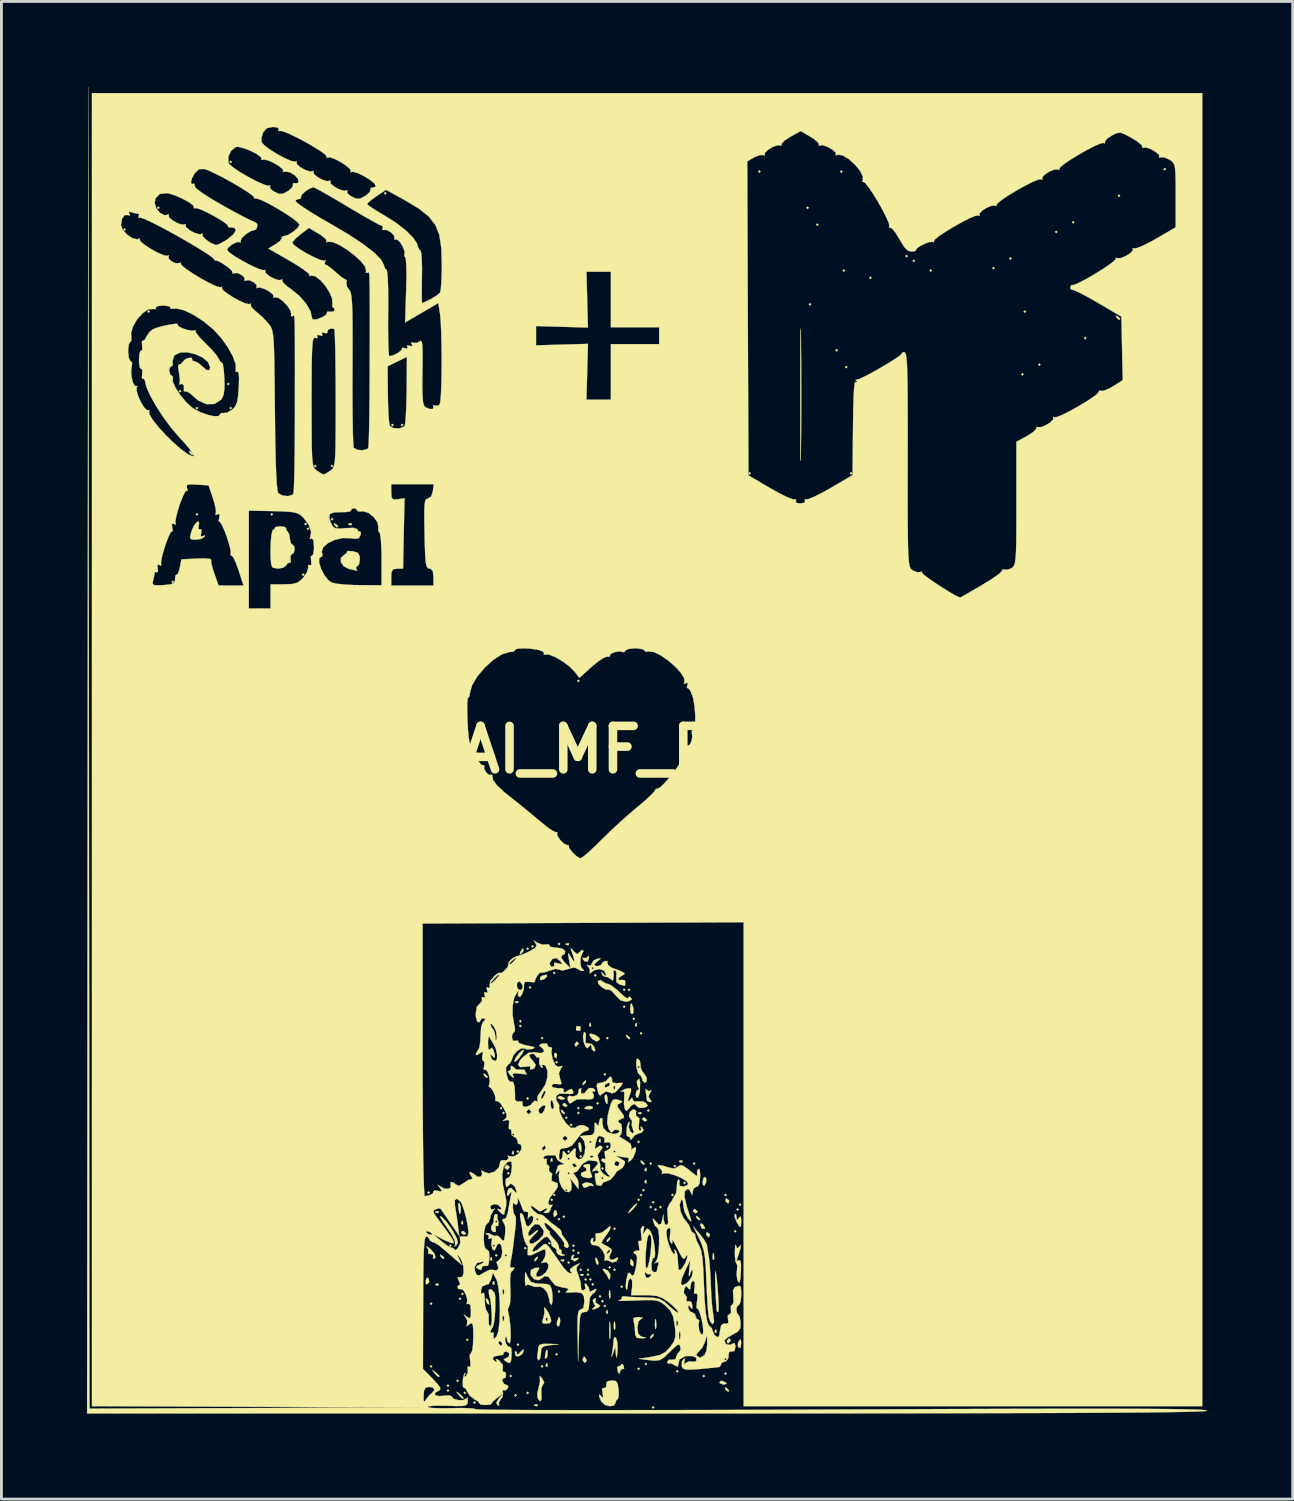
<source format=kicad_pcb>
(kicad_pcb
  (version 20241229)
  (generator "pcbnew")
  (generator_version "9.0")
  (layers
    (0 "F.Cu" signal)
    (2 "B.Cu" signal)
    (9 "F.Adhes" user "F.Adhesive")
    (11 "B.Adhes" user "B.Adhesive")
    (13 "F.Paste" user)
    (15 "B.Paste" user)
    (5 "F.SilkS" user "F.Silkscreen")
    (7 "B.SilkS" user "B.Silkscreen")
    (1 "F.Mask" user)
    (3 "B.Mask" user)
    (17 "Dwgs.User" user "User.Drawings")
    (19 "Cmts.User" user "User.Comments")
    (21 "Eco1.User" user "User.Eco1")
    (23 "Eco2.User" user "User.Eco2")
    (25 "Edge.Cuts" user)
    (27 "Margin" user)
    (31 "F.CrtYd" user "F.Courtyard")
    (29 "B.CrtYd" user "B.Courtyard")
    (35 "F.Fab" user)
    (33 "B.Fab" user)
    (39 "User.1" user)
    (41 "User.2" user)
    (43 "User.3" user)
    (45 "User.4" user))
  (footprint "AI_MF_D7_2"
    (layer "F.Cu")
    (at 19.648 23.246)
    (property "Reference" "AI_MF_D7_2" (at 0 0 0) (layer "F.SilkS") (effects (font (size 1.524 1.524) (thickness 0.3))))
    (attr through_hole)
    (fp_poly (pts (xy -5.038 22.575) (xy -5.062 22.603) (xy -5.061 22.592) (xy -5.038 22.575)) (stroke (width 0.01) (type solid)) (fill yes) (layer "F.SilkS"))
    (fp_poly (pts (xy -18.288 -18.246) (xy -18.33 -18.203) (xy -18.373 -18.246) (xy -18.33 -18.288) (xy -18.288 -18.246)) (stroke (width 0.01) (type solid)) (fill yes) (layer "F.SilkS"))
    (fp_poly (pts (xy -17.441 -15.367) (xy -17.484 -15.325) (xy -17.526 -15.367) (xy -17.484 -15.409) (xy -17.441 -15.367)) (stroke (width 0.01) (type solid)) (fill yes) (layer "F.SilkS"))
    (fp_poly (pts (xy -17.103 -19.008) (xy -17.145 -18.965) (xy -17.187 -19.008) (xy -17.145 -19.05) (xy -17.103 -19.008)) (stroke (width 0.01) (type solid)) (fill yes) (layer "F.SilkS"))
    (fp_poly (pts (xy -16.595 -5.884) (xy -16.637 -5.842) (xy -16.679 -5.884) (xy -16.637 -5.927) (xy -16.595 -5.884)) (stroke (width 0.01) (type solid)) (fill yes) (layer "F.SilkS"))
    (fp_poly (pts (xy -16.341 -12.573) (xy -16.383 -12.531) (xy -16.425 -12.573) (xy -16.383 -12.615) (xy -16.341 -12.573)) (stroke (width 0.01) (type solid)) (fill yes) (layer "F.SilkS"))
    (fp_poly (pts (xy -15.748 -11.98) (xy -15.79 -11.938) (xy -15.833 -11.98) (xy -15.79 -12.023) (xy -15.748 -11.98)) (stroke (width 0.01) (type solid)) (fill yes) (layer "F.SilkS"))
    (fp_poly (pts (xy -15.748 -8.255) (xy -15.79 -8.213) (xy -15.833 -8.255) (xy -15.79 -8.297) (xy -15.748 -8.255)) (stroke (width 0.01) (type solid)) (fill yes) (layer "F.SilkS"))
    (fp_poly (pts (xy -14.647 -12.827) (xy -14.69 -12.785) (xy -14.732 -12.827) (xy -14.69 -12.869) (xy -14.647 -12.827)) (stroke (width 0.01) (type solid)) (fill yes) (layer "F.SilkS"))
    (fp_poly (pts (xy -14.563 -20.616) (xy -14.605 -20.574) (xy -14.647 -20.616) (xy -14.605 -20.659) (xy -14.563 -20.616)) (stroke (width 0.01) (type solid)) (fill yes) (layer "F.SilkS"))
    (fp_poly (pts (xy -14.563 -11.98) (xy -14.605 -11.938) (xy -14.647 -11.98) (xy -14.605 -12.023) (xy -14.563 -11.98)) (stroke (width 0.01) (type solid)) (fill yes) (layer "F.SilkS"))
    (fp_poly (pts (xy -13.123 -8.255) (xy -13.166 -8.213) (xy -13.208 -8.255) (xy -13.166 -8.297) (xy -13.123 -8.255)) (stroke (width 0.01) (type solid)) (fill yes) (layer "F.SilkS"))
    (fp_poly (pts (xy -12.023 -6.138) (xy -12.065 -6.096) (xy -12.107 -6.138) (xy -12.065 -6.181) (xy -12.023 -6.138)) (stroke (width 0.01) (type solid)) (fill yes) (layer "F.SilkS"))
    (fp_poly (pts (xy -11.938 -7.916) (xy -11.98 -7.874) (xy -12.023 -7.916) (xy -11.98 -7.959) (xy -11.938 -7.916)) (stroke (width 0.01) (type solid)) (fill yes) (layer "F.SilkS"))
    (fp_poly (pts (xy -11.853 -7.747) (xy -11.896 -7.705) (xy -11.938 -7.747) (xy -11.896 -7.789) (xy -11.853 -7.747)) (stroke (width 0.01) (type solid)) (fill yes) (layer "F.SilkS"))
    (fp_poly (pts (xy -11.599 -9.948) (xy -11.642 -9.906) (xy -11.684 -9.948) (xy -11.642 -9.991) (xy -11.599 -9.948)) (stroke (width 0.01) (type solid)) (fill yes) (layer "F.SilkS"))
    (fp_poly (pts (xy -11.007 -9.948) (xy -11.049 -9.906) (xy -11.091 -9.948) (xy -11.049 -9.991) (xy -11.007 -9.948)) (stroke (width 0.01) (type solid)) (fill yes) (layer "F.SilkS"))
    (fp_poly (pts (xy -11.007 -8.086) (xy -11.049 -8.043) (xy -11.091 -8.086) (xy -11.049 -8.128) (xy -11.007 -8.086)) (stroke (width 0.01) (type solid)) (fill yes) (layer "F.SilkS"))
    (fp_poly (pts (xy -9.144 -19.516) (xy -9.186 -19.473) (xy -9.229 -19.516) (xy -9.186 -19.558) (xy -9.144 -19.516)) (stroke (width 0.01) (type solid)) (fill yes) (layer "F.SilkS"))
    (fp_poly (pts (xy -8.89 -11.388) (xy -8.932 -11.345) (xy -8.975 -11.388) (xy -8.932 -11.43) (xy -8.89 -11.388)) (stroke (width 0.01) (type solid)) (fill yes) (layer "F.SilkS"))
    (fp_poly (pts (xy -8.551 -11.388) (xy -8.594 -11.345) (xy -8.636 -11.388) (xy -8.594 -11.43) (xy -8.551 -11.388)) (stroke (width 0.01) (type solid)) (fill yes) (layer "F.SilkS"))
    (fp_poly (pts (xy -7.62 15.536) (xy -7.662 15.579) (xy -7.705 15.536) (xy -7.662 15.494) (xy -7.62 15.536)) (stroke (width 0.01) (type solid)) (fill yes) (layer "F.SilkS"))
    (fp_poly (pts (xy -7.535 19.431) (xy -7.578 19.473) (xy -7.62 19.431) (xy -7.578 19.389) (xy -7.535 19.431)) (stroke (width 0.01) (type solid)) (fill yes) (layer "F.SilkS"))
    (fp_poly (pts (xy -7.535 21.632) (xy -7.578 21.675) (xy -7.62 21.632) (xy -7.578 21.59) (xy -7.535 21.632)) (stroke (width 0.01) (type solid)) (fill yes) (layer "F.SilkS"))
    (fp_poly (pts (xy -6.943 22.31) (xy -6.985 22.352) (xy -7.027 22.31) (xy -6.985 22.267) (xy -6.943 22.31)) (stroke (width 0.01) (type solid)) (fill yes) (layer "F.SilkS"))
    (fp_poly (pts (xy -6.943 22.479) (xy -6.985 22.521) (xy -7.027 22.479) (xy -6.985 22.437) (xy -6.943 22.479)) (stroke (width 0.01) (type solid)) (fill yes) (layer "F.SilkS"))
    (fp_poly (pts (xy -6.858 17.399) (xy -6.9 17.441) (xy -6.943 17.399) (xy -6.9 17.357) (xy -6.858 17.399)) (stroke (width 0.01) (type solid)) (fill yes) (layer "F.SilkS"))
    (fp_poly (pts (xy -6.604 22.14) (xy -6.646 22.183) (xy -6.689 22.14) (xy -6.646 22.098) (xy -6.604 22.14)) (stroke (width 0.01) (type solid)) (fill yes) (layer "F.SilkS"))
    (fp_poly (pts (xy -6.519 19.262) (xy -6.562 19.304) (xy -6.604 19.262) (xy -6.562 19.219) (xy -6.519 19.262)) (stroke (width 0.01) (type solid)) (fill yes) (layer "F.SilkS"))
    (fp_poly (pts (xy -6.435 19.092) (xy -6.477 19.135) (xy -6.519 19.092) (xy -6.477 19.05) (xy -6.435 19.092)) (stroke (width 0.01) (type solid)) (fill yes) (layer "F.SilkS"))
    (fp_poly (pts (xy -6.35 22.564) (xy -6.392 22.606) (xy -6.435 22.564) (xy -6.392 22.521) (xy -6.35 22.564)) (stroke (width 0.01) (type solid)) (fill yes) (layer "F.SilkS"))
    (fp_poly (pts (xy -6.265 20.701) (xy -6.308 20.743) (xy -6.35 20.701) (xy -6.308 20.659) (xy -6.265 20.701)) (stroke (width 0.01) (type solid)) (fill yes) (layer "F.SilkS"))
    (fp_poly (pts (xy -6.011 22.902) (xy -6.054 22.945) (xy -6.096 22.902) (xy -6.054 22.86) (xy -6.011 22.902)) (stroke (width 0.01) (type solid)) (fill yes) (layer "F.SilkS"))
    (fp_poly (pts (xy -5.249 17.738) (xy -5.292 17.78) (xy -5.334 17.738) (xy -5.292 17.695) (xy -5.249 17.738)) (stroke (width 0.01) (type solid)) (fill yes) (layer "F.SilkS"))
    (fp_poly (pts (xy -5.08 12.573) (xy -5.122 12.615) (xy -5.165 12.573) (xy -5.122 12.531) (xy -5.08 12.573)) (stroke (width 0.01) (type solid)) (fill yes) (layer "F.SilkS"))
    (fp_poly (pts (xy -4.995 12.742) (xy -5.038 12.785) (xy -5.08 12.742) (xy -5.038 12.7) (xy -4.995 12.742)) (stroke (width 0.01) (type solid)) (fill yes) (layer "F.SilkS"))
    (fp_poly (pts (xy -4.826 14.859) (xy -4.868 14.901) (xy -4.911 14.859) (xy -4.868 14.817) (xy -4.826 14.859)) (stroke (width 0.01) (type solid)) (fill yes) (layer "F.SilkS"))
    (fp_poly (pts (xy -4.741 21.971) (xy -4.784 22.013) (xy -4.826 21.971) (xy -4.784 21.929) (xy -4.741 21.971)) (stroke (width 0.01) (type solid)) (fill yes) (layer "F.SilkS"))
    (fp_poly (pts (xy -4.572 22.648) (xy -4.614 22.691) (xy -4.657 22.648) (xy -4.614 22.606) (xy -4.572 22.648)) (stroke (width 0.01) (type solid)) (fill yes) (layer "F.SilkS"))
    (fp_poly (pts (xy -4.487 14.097) (xy -4.53 14.139) (xy -4.572 14.097) (xy -4.53 14.055) (xy -4.487 14.097)) (stroke (width 0.01) (type solid)) (fill yes) (layer "F.SilkS"))
    (fp_poly (pts (xy -4.487 20.87) (xy -4.53 20.913) (xy -4.572 20.87) (xy -4.53 20.828) (xy -4.487 20.87)) (stroke (width 0.01) (type solid)) (fill yes) (layer "F.SilkS"))
    (fp_poly (pts (xy -4.403 9.525) (xy -4.445 9.567) (xy -4.487 9.525) (xy -4.445 9.483) (xy -4.403 9.525)) (stroke (width 0.01) (type solid)) (fill yes) (layer "F.SilkS"))
    (fp_poly (pts (xy -4.403 9.694) (xy -4.445 9.737) (xy -4.487 9.694) (xy -4.445 9.652) (xy -4.403 9.694)) (stroke (width 0.01) (type solid)) (fill yes) (layer "F.SilkS"))
    (fp_poly (pts (xy -4.233 17.484) (xy -4.276 17.526) (xy -4.318 17.484) (xy -4.276 17.441) (xy -4.233 17.484)) (stroke (width 0.01) (type solid)) (fill yes) (layer "F.SilkS"))
    (fp_poly (pts (xy -4.149 6.985) (xy -4.191 7.027) (xy -4.233 6.985) (xy -4.191 6.943) (xy -4.149 6.985)) (stroke (width 0.01) (type solid)) (fill yes) (layer "F.SilkS"))
    (fp_poly (pts (xy -4.149 12.234) (xy -4.191 12.277) (xy -4.233 12.234) (xy -4.191 12.192) (xy -4.149 12.234)) (stroke (width 0.01) (type solid)) (fill yes) (layer "F.SilkS"))
    (fp_poly (pts (xy -4.149 22.564) (xy -4.191 22.606) (xy -4.233 22.564) (xy -4.191 22.521) (xy -4.149 22.564)) (stroke (width 0.01) (type solid)) (fill yes) (layer "F.SilkS"))
    (fp_poly (pts (xy -4.064 8.34) (xy -4.106 8.382) (xy -4.149 8.34) (xy -4.106 8.297) (xy -4.064 8.34)) (stroke (width 0.01) (type solid)) (fill yes) (layer "F.SilkS"))
    (fp_poly (pts (xy -3.979 6.9) (xy -4.022 6.943) (xy -4.064 6.9) (xy -4.022 6.858) (xy -3.979 6.9)) (stroke (width 0.01) (type solid)) (fill yes) (layer "F.SilkS"))
    (fp_poly (pts (xy -3.641 10.118) (xy -3.683 10.16) (xy -3.725 10.118) (xy -3.683 10.075) (xy -3.641 10.118)) (stroke (width 0.01) (type solid)) (fill yes) (layer "F.SilkS"))
    (fp_poly (pts (xy -3.641 21.632) (xy -3.683 21.675) (xy -3.725 21.632) (xy -3.683 21.59) (xy -3.641 21.632)) (stroke (width 0.01) (type solid)) (fill yes) (layer "F.SilkS"))
    (fp_poly (pts (xy -3.387 17.314) (xy -3.429 17.357) (xy -3.471 17.314) (xy -3.429 17.272) (xy -3.387 17.314)) (stroke (width 0.01) (type solid)) (fill yes) (layer "F.SilkS"))
    (fp_poly (pts (xy -3.302 15.79) (xy -3.344 15.833) (xy -3.387 15.79) (xy -3.344 15.748) (xy -3.302 15.79)) (stroke (width 0.01) (type solid)) (fill yes) (layer "F.SilkS"))
    (fp_poly (pts (xy -3.217 7.832) (xy -3.26 7.874) (xy -3.302 7.832) (xy -3.26 7.789) (xy -3.217 7.832)) (stroke (width 0.01) (type solid)) (fill yes) (layer "F.SilkS"))
    (fp_poly (pts (xy -3.217 15.621) (xy -3.26 15.663) (xy -3.302 15.621) (xy -3.26 15.579) (xy -3.217 15.621)) (stroke (width 0.01) (type solid)) (fill yes) (layer "F.SilkS"))
    (fp_poly (pts (xy -3.133 10.964) (xy -3.175 11.007) (xy -3.217 10.964) (xy -3.175 10.922) (xy -3.133 10.964)) (stroke (width 0.01) (type solid)) (fill yes) (layer "F.SilkS"))
    (fp_poly (pts (xy -3.133 21.209) (xy -3.175 21.251) (xy -3.217 21.209) (xy -3.175 21.167) (xy -3.133 21.209)) (stroke (width 0.01) (type solid)) (fill yes) (layer "F.SilkS"))
    (fp_poly (pts (xy -3.048 6.816) (xy -3.09 6.858) (xy -3.133 6.816) (xy -3.09 6.773) (xy -3.048 6.816)) (stroke (width 0.01) (type solid)) (fill yes) (layer "F.SilkS"))
    (fp_poly (pts (xy -3.048 16.468) (xy -3.09 16.51) (xy -3.133 16.468) (xy -3.09 16.425) (xy -3.048 16.468)) (stroke (width 0.01) (type solid)) (fill yes) (layer "F.SilkS"))
    (fp_poly (pts (xy -3.048 19.008) (xy -3.09 19.05) (xy -3.133 19.008) (xy -3.09 18.965) (xy -3.048 19.008)) (stroke (width 0.01) (type solid)) (fill yes) (layer "F.SilkS"))
    (fp_poly (pts (xy -2.879 16.383) (xy -2.921 16.425) (xy -2.963 16.383) (xy -2.921 16.341) (xy -2.879 16.383)) (stroke (width 0.01) (type solid)) (fill yes) (layer "F.SilkS"))
    (fp_poly (pts (xy -2.794 12.912) (xy -2.836 12.954) (xy -2.879 12.912) (xy -2.836 12.869) (xy -2.794 12.912)) (stroke (width 0.01) (type solid)) (fill yes) (layer "F.SilkS"))
    (fp_poly (pts (xy -2.709 14.097) (xy -2.752 14.139) (xy -2.794 14.097) (xy -2.752 14.055) (xy -2.709 14.097)) (stroke (width 0.01) (type solid)) (fill yes) (layer "F.SilkS"))
    (fp_poly (pts (xy -2.709 17.992) (xy -2.752 18.034) (xy -2.794 17.992) (xy -2.752 17.949) (xy -2.709 17.992)) (stroke (width 0.01) (type solid)) (fill yes) (layer "F.SilkS"))
    (fp_poly (pts (xy -2.625 13.166) (xy -2.667 13.208) (xy -2.709 13.166) (xy -2.667 13.123) (xy -2.625 13.166)) (stroke (width 0.01) (type solid)) (fill yes) (layer "F.SilkS"))
    (fp_poly (pts (xy -2.54 17.399) (xy -2.582 17.441) (xy -2.625 17.399) (xy -2.582 17.357) (xy -2.54 17.399)) (stroke (width 0.01) (type solid)) (fill yes) (layer "F.SilkS"))
    (fp_poly (pts (xy -2.54 17.568) (xy -2.582 17.611) (xy -2.625 17.568) (xy -2.582 17.526) (xy -2.54 17.568)) (stroke (width 0.01) (type solid)) (fill yes) (layer "F.SilkS"))
    (fp_poly (pts (xy -2.371 -2.413) (xy -2.413 -2.371) (xy -2.455 -2.413) (xy -2.413 -2.455) (xy -2.371 -2.413)) (stroke (width 0.01) (type solid)) (fill yes) (layer "F.SilkS"))
    (fp_poly (pts (xy -2.371 12.573) (xy -2.413 12.615) (xy -2.455 12.573) (xy -2.413 12.531) (xy -2.371 12.573)) (stroke (width 0.01) (type solid)) (fill yes) (layer "F.SilkS"))
    (fp_poly (pts (xy -2.371 12.742) (xy -2.413 12.785) (xy -2.455 12.742) (xy -2.413 12.7) (xy -2.371 12.742)) (stroke (width 0.01) (type solid)) (fill yes) (layer "F.SilkS"))
    (fp_poly (pts (xy -2.371 17.653) (xy -2.413 17.695) (xy -2.455 17.653) (xy -2.413 17.611) (xy -2.371 17.653)) (stroke (width 0.01) (type solid)) (fill yes) (layer "F.SilkS"))
    (fp_poly (pts (xy -2.286 14.266) (xy -2.328 14.309) (xy -2.371 14.266) (xy -2.328 14.224) (xy -2.286 14.266)) (stroke (width 0.01) (type solid)) (fill yes) (layer "F.SilkS"))
    (fp_poly (pts (xy -2.286 18.246) (xy -2.328 18.288) (xy -2.371 18.246) (xy -2.328 18.203) (xy -2.286 18.246)) (stroke (width 0.01) (type solid)) (fill yes) (layer "F.SilkS"))
    (fp_poly (pts (xy -2.117 18.584) (xy -2.159 18.627) (xy -2.201 18.584) (xy -2.159 18.542) (xy -2.117 18.584)) (stroke (width 0.01) (type solid)) (fill yes) (layer "F.SilkS"))
    (fp_poly (pts (xy -2.032 18.246) (xy -2.074 18.288) (xy -2.117 18.246) (xy -2.074 18.203) (xy -2.032 18.246)) (stroke (width 0.01) (type solid)) (fill yes) (layer "F.SilkS"))
    (fp_poly (pts (xy -2.032 18.415) (xy -2.074 18.457) (xy -2.117 18.415) (xy -2.074 18.373) (xy -2.032 18.415)) (stroke (width 0.01) (type solid)) (fill yes) (layer "F.SilkS"))
    (fp_poly (pts (xy -1.947 18.584) (xy -1.99 18.627) (xy -2.032 18.584) (xy -1.99 18.542) (xy -1.947 18.584)) (stroke (width 0.01) (type solid)) (fill yes) (layer "F.SilkS"))
    (fp_poly (pts (xy -1.863 18.754) (xy -1.905 18.796) (xy -1.947 18.754) (xy -1.905 18.711) (xy -1.863 18.754)) (stroke (width 0.01) (type solid)) (fill yes) (layer "F.SilkS"))
    (fp_poly (pts (xy -1.778 7.916) (xy -1.82 7.959) (xy -1.863 7.916) (xy -1.82 7.874) (xy -1.778 7.916)) (stroke (width 0.01) (type solid)) (fill yes) (layer "F.SilkS"))
    (fp_poly (pts (xy -1.693 12.404) (xy -1.736 12.446) (xy -1.778 12.404) (xy -1.736 12.361) (xy -1.693 12.404)) (stroke (width 0.01) (type solid)) (fill yes) (layer "F.SilkS"))
    (fp_poly (pts (xy -1.609 19.177) (xy -1.651 19.219) (xy -1.693 19.177) (xy -1.651 19.135) (xy -1.609 19.177)) (stroke (width 0.01) (type solid)) (fill yes) (layer "F.SilkS"))
    (fp_poly (pts (xy -1.524 14.69) (xy -1.566 14.732) (xy -1.609 14.69) (xy -1.566 14.647) (xy -1.524 14.69)) (stroke (width 0.01) (type solid)) (fill yes) (layer "F.SilkS"))
    (fp_poly (pts (xy -1.524 19.346) (xy -1.566 19.389) (xy -1.609 19.346) (xy -1.566 19.304) (xy -1.524 19.346)) (stroke (width 0.01) (type solid)) (fill yes) (layer "F.SilkS"))
    (fp_poly (pts (xy -1.439 11.388) (xy -1.482 11.43) (xy -1.524 11.388) (xy -1.482 11.345) (xy -1.439 11.388)) (stroke (width 0.01) (type solid)) (fill yes) (layer "F.SilkS"))
    (fp_poly (pts (xy -1.439 19.516) (xy -1.482 19.558) (xy -1.524 19.516) (xy -1.482 19.473) (xy -1.439 19.516)) (stroke (width 0.01) (type solid)) (fill yes) (layer "F.SilkS"))
    (fp_poly (pts (xy -1.355 10.118) (xy -1.397 10.16) (xy -1.439 10.118) (xy -1.397 10.075) (xy -1.355 10.118)) (stroke (width 0.01) (type solid)) (fill yes) (layer "F.SilkS"))
    (fp_poly (pts (xy -1.355 13.928) (xy -1.397 13.97) (xy -1.439 13.928) (xy -1.397 13.885) (xy -1.355 13.928)) (stroke (width 0.01) (type solid)) (fill yes) (layer "F.SilkS"))
    (fp_poly (pts (xy -1.27 18.161) (xy -1.312 18.203) (xy -1.355 18.161) (xy -1.312 18.119) (xy -1.27 18.161)) (stroke (width 0.01) (type solid)) (fill yes) (layer "F.SilkS"))
    (fp_poly (pts (xy -1.101 16.806) (xy -1.143 16.849) (xy -1.185 16.806) (xy -1.143 16.764) (xy -1.101 16.806)) (stroke (width 0.01) (type solid)) (fill yes) (layer "F.SilkS"))
    (fp_poly (pts (xy -1.101 18.246) (xy -1.143 18.288) (xy -1.185 18.246) (xy -1.143 18.203) (xy -1.101 18.246)) (stroke (width 0.01) (type solid)) (fill yes) (layer "F.SilkS"))
    (fp_poly (pts (xy -0.847 18.838) (xy -0.889 18.881) (xy -0.931 18.838) (xy -0.889 18.796) (xy -0.847 18.838)) (stroke (width 0.01) (type solid)) (fill yes) (layer "F.SilkS"))
    (fp_poly (pts (xy -0.762 8.424) (xy -0.804 8.467) (xy -0.847 8.424) (xy -0.804 8.382) (xy -0.762 8.424)) (stroke (width 0.01) (type solid)) (fill yes) (layer "F.SilkS"))
    (fp_poly (pts (xy -0.762 9.017) (xy -0.804 9.059) (xy -0.847 9.017) (xy -0.804 8.975) (xy -0.762 9.017)) (stroke (width 0.01) (type solid)) (fill yes) (layer "F.SilkS"))
    (fp_poly (pts (xy -0.593 8.424) (xy -0.635 8.467) (xy -0.677 8.424) (xy -0.635 8.382) (xy -0.593 8.424)) (stroke (width 0.01) (type solid)) (fill yes) (layer "F.SilkS"))
    (fp_poly (pts (xy -0.423 9.44) (xy -0.466 9.483) (xy -0.508 9.44) (xy -0.466 9.398) (xy -0.423 9.44)) (stroke (width 0.01) (type solid)) (fill yes) (layer "F.SilkS"))
    (fp_poly (pts (xy -0.254 13.758) (xy -0.296 13.801) (xy -0.339 13.758) (xy -0.296 13.716) (xy -0.254 13.758)) (stroke (width 0.01) (type solid)) (fill yes) (layer "F.SilkS"))
    (fp_poly (pts (xy -0.254 15.79) (xy -0.296 15.833) (xy -0.339 15.79) (xy -0.296 15.748) (xy -0.254 15.79)) (stroke (width 0.01) (type solid)) (fill yes) (layer "F.SilkS"))
    (fp_poly (pts (xy -0.254 21.717) (xy -0.296 21.759) (xy -0.339 21.717) (xy -0.296 21.675) (xy -0.254 21.717)) (stroke (width 0.01) (type solid)) (fill yes) (layer "F.SilkS"))
    (fp_poly (pts (xy -0.169 9.948) (xy -0.212 9.991) (xy -0.254 9.948) (xy -0.212 9.906) (xy -0.169 9.948)) (stroke (width 0.01) (type solid)) (fill yes) (layer "F.SilkS"))
    (fp_poly (pts (xy -0.169 15.621) (xy -0.212 15.663) (xy -0.254 15.621) (xy -0.212 15.579) (xy -0.169 15.621)) (stroke (width 0.01) (type solid)) (fill yes) (layer "F.SilkS"))
    (fp_poly (pts (xy -0.085 15.452) (xy -0.127 15.494) (xy -0.169 15.452) (xy -0.127 15.409) (xy -0.085 15.452)) (stroke (width 0.01) (type solid)) (fill yes) (layer "F.SilkS"))
    (fp_poly (pts (xy 0 21.548) (xy -0.042 21.59) (xy -0.085 21.548) (xy -0.042 21.505) (xy 0 21.548)) (stroke (width 0.01) (type solid)) (fill yes) (layer "F.SilkS"))
    (fp_poly (pts (xy 0.085 12.658) (xy 0.042 12.7) (xy 0 12.658) (xy 0.042 12.615) (xy 0.085 12.658)) (stroke (width 0.01) (type solid)) (fill yes) (layer "F.SilkS"))
    (fp_poly (pts (xy 0.169 14.52) (xy 0.127 14.563) (xy 0.085 14.52) (xy 0.127 14.478) (xy 0.169 14.52)) (stroke (width 0.01) (type solid)) (fill yes) (layer "F.SilkS"))
    (fp_poly (pts (xy 0.169 16.044) (xy 0.127 16.087) (xy 0.085 16.044) (xy 0.127 16.002) (xy 0.169 16.044)) (stroke (width 0.01) (type solid)) (fill yes) (layer "F.SilkS"))
    (fp_poly (pts (xy 0.254 15.875) (xy 0.212 15.917) (xy 0.169 15.875) (xy 0.212 15.833) (xy 0.254 15.875)) (stroke (width 0.01) (type solid)) (fill yes) (layer "F.SilkS"))
    (fp_poly (pts (xy 0.254 23.072) (xy 0.212 23.114) (xy 0.169 23.072) (xy 0.212 23.029) (xy 0.254 23.072)) (stroke (width 0.01) (type solid)) (fill yes) (layer "F.SilkS"))
    (fp_poly (pts (xy 0.339 16.129) (xy 0.296 16.171) (xy 0.254 16.129) (xy 0.296 16.087) (xy 0.339 16.129)) (stroke (width 0.01) (type solid)) (fill yes) (layer "F.SilkS"))
    (fp_poly (pts (xy 0.508 16.044) (xy 0.466 16.087) (xy 0.423 16.044) (xy 0.466 16.002) (xy 0.508 16.044)) (stroke (width 0.01) (type solid)) (fill yes) (layer "F.SilkS"))
    (fp_poly (pts (xy 0.931 15.621) (xy 0.889 15.663) (xy 0.847 15.621) (xy 0.889 15.579) (xy 0.931 15.621)) (stroke (width 0.01) (type solid)) (fill yes) (layer "F.SilkS"))
    (fp_poly (pts (xy 1.016 14.605) (xy 0.974 14.647) (xy 0.931 14.605) (xy 0.974 14.563) (xy 1.016 14.605)) (stroke (width 0.01) (type solid)) (fill yes) (layer "F.SilkS"))
    (fp_poly (pts (xy 1.101 21.802) (xy 1.058 21.844) (xy 1.016 21.802) (xy 1.058 21.759) (xy 1.101 21.802)) (stroke (width 0.01) (type solid)) (fill yes) (layer "F.SilkS"))
    (fp_poly (pts (xy 1.355 15.198) (xy 1.312 15.24) (xy 1.27 15.198) (xy 1.312 15.155) (xy 1.355 15.198)) (stroke (width 0.01) (type solid)) (fill yes) (layer "F.SilkS"))
    (fp_poly (pts (xy 1.693 14.52) (xy 1.651 14.563) (xy 1.609 14.52) (xy 1.651 14.478) (xy 1.693 14.52)) (stroke (width 0.01) (type solid)) (fill yes) (layer "F.SilkS"))
    (fp_poly (pts (xy 2.032 21.971) (xy 1.99 22.013) (xy 1.947 21.971) (xy 1.99 21.929) (xy 2.032 21.971)) (stroke (width 0.01) (type solid)) (fill yes) (layer "F.SilkS"))
    (fp_poly (pts (xy 2.794 15.621) (xy 2.752 15.663) (xy 2.709 15.621) (xy 2.752 15.579) (xy 2.794 15.621)) (stroke (width 0.01) (type solid)) (fill yes) (layer "F.SilkS"))
    (fp_poly (pts (xy 2.794 21.886) (xy 2.752 21.929) (xy 2.709 21.886) (xy 2.752 21.844) (xy 2.794 21.886)) (stroke (width 0.01) (type solid)) (fill yes) (layer "F.SilkS"))
    (fp_poly (pts (xy 3.133 16.891) (xy 3.09 16.933) (xy 3.048 16.891) (xy 3.09 16.849) (xy 3.133 16.891)) (stroke (width 0.01) (type solid)) (fill yes) (layer "F.SilkS"))
    (fp_poly (pts (xy 3.217 16.129) (xy 3.175 16.171) (xy 3.133 16.129) (xy 3.175 16.087) (xy 3.217 16.129)) (stroke (width 0.01) (type solid)) (fill yes) (layer "F.SilkS"))
    (fp_poly (pts (xy 3.302 15.96) (xy 3.26 16.002) (xy 3.217 15.96) (xy 3.26 15.917) (xy 3.302 15.96)) (stroke (width 0.01) (type solid)) (fill yes) (layer "F.SilkS"))
    (fp_poly (pts (xy 3.641 -9.694) (xy 3.598 -9.652) (xy 3.556 -9.694) (xy 3.598 -9.737) (xy 3.641 -9.694)) (stroke (width 0.01) (type solid)) (fill yes) (layer "F.SilkS"))
    (fp_poly (pts (xy 3.979 -20.278) (xy 3.937 -20.235) (xy 3.895 -20.278) (xy 3.937 -20.32) (xy 3.979 -20.278)) (stroke (width 0.01) (type solid)) (fill yes) (layer "F.SilkS"))
    (fp_poly (pts (xy 5.673 -19.008) (xy 5.63 -18.965) (xy 5.588 -19.008) (xy 5.63 -19.05) (xy 5.673 -19.008)) (stroke (width 0.01) (type solid)) (fill yes) (layer "F.SilkS"))
    (fp_poly (pts (xy 5.757 -15.621) (xy 5.715 -15.579) (xy 5.673 -15.621) (xy 5.715 -15.663) (xy 5.757 -15.621)) (stroke (width 0.01) (type solid)) (fill yes) (layer "F.SilkS"))
    (fp_poly (pts (xy 6.011 -18.415) (xy 5.969 -18.373) (xy 5.927 -18.415) (xy 5.969 -18.457) (xy 6.011 -18.415)) (stroke (width 0.01) (type solid)) (fill yes) (layer "F.SilkS"))
    (fp_poly (pts (xy 6.689 -14.012) (xy 6.646 -13.97) (xy 6.604 -14.012) (xy 6.646 -14.055) (xy 6.689 -14.012)) (stroke (width 0.01) (type solid)) (fill yes) (layer "F.SilkS"))
    (fp_poly (pts (xy 6.858 -20.278) (xy 6.816 -20.235) (xy 6.773 -20.278) (xy 6.816 -20.32) (xy 6.858 -20.278)) (stroke (width 0.01) (type solid)) (fill yes) (layer "F.SilkS"))
    (fp_poly (pts (xy 6.943 -16.806) (xy 6.9 -16.764) (xy 6.858 -16.806) (xy 6.9 -16.849) (xy 6.943 -16.806)) (stroke (width 0.01) (type solid)) (fill yes) (layer "F.SilkS"))
    (fp_poly (pts (xy 7.027 -13.42) (xy 6.985 -13.377) (xy 6.943 -13.42) (xy 6.985 -13.462) (xy 7.027 -13.42)) (stroke (width 0.01) (type solid)) (fill yes) (layer "F.SilkS"))
    (fp_poly (pts (xy 7.197 -9.694) (xy 7.154 -9.652) (xy 7.112 -9.694) (xy 7.154 -9.737) (xy 7.197 -9.694)) (stroke (width 0.01) (type solid)) (fill yes) (layer "F.SilkS"))
    (fp_poly (pts (xy 7.874 -16.552) (xy 7.832 -16.51) (xy 7.789 -16.552) (xy 7.832 -16.595) (xy 7.874 -16.552)) (stroke (width 0.01) (type solid)) (fill yes) (layer "F.SilkS"))
    (fp_poly (pts (xy 9.144 -17.314) (xy 9.102 -17.272) (xy 9.059 -17.314) (xy 9.102 -17.357) (xy 9.144 -17.314)) (stroke (width 0.01) (type solid)) (fill yes) (layer "F.SilkS"))
    (fp_poly (pts (xy 9.398 -17.145) (xy 9.356 -17.103) (xy 9.313 -17.145) (xy 9.356 -17.187) (xy 9.398 -17.145)) (stroke (width 0.01) (type solid)) (fill yes) (layer "F.SilkS"))
    (fp_poly (pts (xy 9.991 -16.806) (xy 9.948 -16.764) (xy 9.906 -16.806) (xy 9.948 -16.849) (xy 9.991 -16.806)) (stroke (width 0.01) (type solid)) (fill yes) (layer "F.SilkS"))
    (fp_poly (pts (xy 12.192 -16.891) (xy 12.15 -16.849) (xy 12.107 -16.891) (xy 12.15 -16.933) (xy 12.192 -16.891)) (stroke (width 0.01) (type solid)) (fill yes) (layer "F.SilkS"))
    (fp_poly (pts (xy 12.785 -17.23) (xy 12.742 -17.187) (xy 12.7 -17.23) (xy 12.742 -17.272) (xy 12.785 -17.23)) (stroke (width 0.01) (type solid)) (fill yes) (layer "F.SilkS"))
    (fp_poly (pts (xy 13.208 -13.166) (xy 13.166 -13.123) (xy 13.123 -13.166) (xy 13.166 -13.208) (xy 13.208 -13.166)) (stroke (width 0.01) (type solid)) (fill yes) (layer "F.SilkS"))
    (fp_poly (pts (xy 13.293 -15.367) (xy 13.25 -15.325) (xy 13.208 -15.367) (xy 13.25 -15.409) (xy 13.293 -15.367)) (stroke (width 0.01) (type solid)) (fill yes) (layer "F.SilkS"))
    (fp_poly (pts (xy 13.801 -13.504) (xy 13.758 -13.462) (xy 13.716 -13.504) (xy 13.758 -13.547) (xy 13.801 -13.504)) (stroke (width 0.01) (type solid)) (fill yes) (layer "F.SilkS"))
    (fp_poly (pts (xy 14.393 -18.161) (xy 14.351 -18.119) (xy 14.309 -18.161) (xy 14.351 -18.203) (xy 14.393 -18.161)) (stroke (width 0.01) (type solid)) (fill yes) (layer "F.SilkS"))
    (fp_poly (pts (xy 14.986 -18.5) (xy 14.944 -18.457) (xy 14.901 -18.5) (xy 14.944 -18.542) (xy 14.986 -18.5)) (stroke (width 0.01) (type solid)) (fill yes) (layer "F.SilkS"))
    (fp_poly (pts (xy 15.409 -14.436) (xy 15.367 -14.393) (xy 15.325 -14.436) (xy 15.367 -14.478) (xy 15.409 -14.436)) (stroke (width 0.01) (type solid)) (fill yes) (layer "F.SilkS"))
    (fp_poly (pts (xy 16.595 -19.431) (xy 16.552 -19.389) (xy 16.51 -19.431) (xy 16.552 -19.473) (xy 16.595 -19.431)) (stroke (width 0.01) (type solid)) (fill yes) (layer "F.SilkS"))
    (fp_poly (pts (xy 18.203 -20.362) (xy 18.161 -20.32) (xy 18.119 -20.362) (xy 18.161 -20.405) (xy 18.203 -20.362)) (stroke (width 0.01) (type solid)) (fill yes) (layer "F.SilkS"))
    (fp_poly (pts (xy -10.358 -7.93) (xy -10.369 -7.88) (xy -10.414 -7.874) (xy -10.484 -7.905) (xy -10.47 -7.93) (xy -10.37 -7.941) (xy -10.358 -7.93)) (stroke (width 0.01) (type solid)) (fill yes) (layer "F.SilkS"))
    (fp_poly (pts (xy -7.31 16.2) (xy -7.321 16.25) (xy -7.366 16.256) (xy -7.436 16.225) (xy -7.422 16.2) (xy -7.322 16.189) (xy -7.31 16.2)) (stroke (width 0.01) (type solid)) (fill yes) (layer "F.SilkS"))
    (fp_poly (pts (xy -7.31 18.74) (xy -7.321 18.79) (xy -7.366 18.796) (xy -7.436 18.765) (xy -7.422 18.74) (xy -7.322 18.729) (xy -7.31 18.74)) (stroke (width 0.01) (type solid)) (fill yes) (layer "F.SilkS"))
    (fp_poly (pts (xy -6.463 16.538) (xy -6.453 16.639) (xy -6.463 16.651) (xy -6.513 16.639) (xy -6.519 16.595) (xy -6.488 16.525) (xy -6.463 16.538)) (stroke (width 0.01) (type solid)) (fill yes) (layer "F.SilkS"))
    (fp_poly (pts (xy -5.447 17.808) (xy -5.437 17.909) (xy -5.447 17.921) (xy -5.497 17.909) (xy -5.503 17.865) (xy -5.472 17.795) (xy -5.447 17.808)) (stroke (width 0.01) (type solid)) (fill yes) (layer "F.SilkS"))
    (fp_poly (pts (xy -5.362 18.655) (xy -5.352 18.755) (xy -5.362 18.768) (xy -5.413 18.756) (xy -5.419 18.711) (xy -5.388 18.642) (xy -5.362 18.655)) (stroke (width 0.01) (type solid)) (fill yes) (layer "F.SilkS"))
    (fp_poly (pts (xy -4.685 14.083) (xy -4.675 14.183) (xy -4.685 14.196) (xy -4.735 14.184) (xy -4.741 14.139) (xy -4.71 14.07) (xy -4.685 14.083)) (stroke (width 0.01) (type solid)) (fill yes) (layer "F.SilkS"))
    (fp_poly (pts (xy -4.516 8.834) (xy -4.527 8.884) (xy -4.572 8.89) (xy -4.642 8.859) (xy -4.628 8.834) (xy -4.528 8.823) (xy -4.516 8.834)) (stroke (width 0.01) (type solid)) (fill yes) (layer "F.SilkS"))
    (fp_poly (pts (xy -3.838 22.973) (xy -3.85 23.023) (xy -3.895 23.029) (xy -3.964 22.998) (xy -3.951 22.973) (xy -3.851 22.963) (xy -3.838 22.973)) (stroke (width 0.01) (type solid)) (fill yes) (layer "F.SilkS"))
    (fp_poly (pts (xy -3.5 21.534) (xy -3.489 21.634) (xy -3.5 21.646) (xy -3.55 21.635) (xy -3.556 21.59) (xy -3.525 21.52) (xy -3.5 21.534)) (stroke (width 0.01) (type solid)) (fill yes) (layer "F.SilkS"))
    (fp_poly (pts (xy -3.33 14.337) (xy -3.32 14.437) (xy -3.33 14.45) (xy -3.381 14.438) (xy -3.387 14.393) (xy -3.356 14.324) (xy -3.33 14.337)) (stroke (width 0.01) (type solid)) (fill yes) (layer "F.SilkS"))
    (fp_poly (pts (xy -2.907 17.893) (xy -2.919 17.943) (xy -2.963 17.949) (xy -3.033 17.918) (xy -3.02 17.893) (xy -2.919 17.883) (xy -2.907 17.893)) (stroke (width 0.01) (type solid)) (fill yes) (layer "F.SilkS"))
    (fp_poly (pts (xy -2.738 6.802) (xy -2.749 6.852) (xy -2.794 6.858) (xy -2.864 6.827) (xy -2.85 6.802) (xy -2.75 6.791) (xy -2.738 6.802)) (stroke (width 0.01) (type solid)) (fill yes) (layer "F.SilkS"))
    (fp_poly (pts (xy -2.23 18.401) (xy -2.241 18.451) (xy -2.286 18.457) (xy -2.356 18.426) (xy -2.342 18.401) (xy -2.242 18.391) (xy -2.23 18.401)) (stroke (width 0.01) (type solid)) (fill yes) (layer "F.SilkS"))
    (fp_poly (pts (xy -1.976 9.596) (xy -1.965 9.696) (xy -1.976 9.708) (xy -2.026 9.697) (xy -2.032 9.652) (xy -2.001 9.582) (xy -1.976 9.596)) (stroke (width 0.01) (type solid)) (fill yes) (layer "F.SilkS"))
    (fp_poly (pts (xy -1.637 13.66) (xy -1.627 13.76) (xy -1.637 13.772) (xy -1.687 13.761) (xy -1.693 13.716) (xy -1.662 13.646) (xy -1.637 13.66)) (stroke (width 0.01) (type solid)) (fill yes) (layer "F.SilkS"))
    (fp_poly (pts (xy -1.383 19.671) (xy -1.373 19.771) (xy -1.383 19.784) (xy -1.433 19.772) (xy -1.439 19.727) (xy -1.408 19.658) (xy -1.383 19.671)) (stroke (width 0.01) (type solid)) (fill yes) (layer "F.SilkS"))
    (fp_poly (pts (xy -0.367 9.596) (xy -0.357 9.696) (xy -0.367 9.708) (xy -0.417 9.697) (xy -0.423 9.652) (xy -0.392 9.582) (xy -0.367 9.596)) (stroke (width 0.01) (type solid)) (fill yes) (layer "F.SilkS"))
    (fp_poly (pts (xy -0.198 12.728) (xy -0.209 12.779) (xy -0.254 12.785) (xy -0.324 12.754) (xy -0.31 12.728) (xy -0.21 12.718) (xy -0.198 12.728)) (stroke (width 0.01) (type solid)) (fill yes) (layer "F.SilkS"))
    (fp_poly (pts (xy -0.028 14.676) (xy -0.018 14.776) (xy -0.028 14.788) (xy -0.079 14.777) (xy -0.085 14.732) (xy -0.054 14.662) (xy -0.028 14.676)) (stroke (width 0.01) (type solid)) (fill yes) (layer "F.SilkS"))
    (fp_poly (pts (xy -0.028 15.099) (xy -0.018 15.199) (xy -0.028 15.212) (xy -0.079 15.2) (xy -0.085 15.155) (xy -0.054 15.086) (xy -0.028 15.099)) (stroke (width 0.01) (type solid)) (fill yes) (layer "F.SilkS"))
    (fp_poly (pts (xy 1.242 14.422) (xy 1.23 14.472) (xy 1.185 14.478) (xy 1.116 14.447) (xy 1.129 14.422) (xy 1.229 14.411) (xy 1.242 14.422)) (stroke (width 0.01) (type solid)) (fill yes) (layer "F.SilkS"))
    (fp_poly (pts (xy 2.342 17.674) (xy 2.353 17.848) (xy 2.342 17.886) (xy 2.311 17.896) (xy 2.299 17.78) (xy 2.313 17.66) (xy 2.342 17.674)) (stroke (width 0.01) (type solid)) (fill yes) (layer "F.SilkS"))
    (fp_poly (pts (xy 2.427 20.348) (xy 2.437 20.449) (xy 2.427 20.461) (xy 2.377 20.449) (xy 2.371 20.405) (xy 2.402 20.335) (xy 2.427 20.348)) (stroke (width 0.01) (type solid)) (fill yes) (layer "F.SilkS"))
    (fp_poly (pts (xy -16.015 -10.464) (xy -15.924 -10.379) (xy -15.943 -10.33) (xy -15.955 -10.329) (xy -16.026 -10.389) (xy -16.052 -10.427) (xy -16.062 -10.485) (xy -16.015 -10.464)) (stroke (width 0.01) (type solid)) (fill yes) (layer "F.SilkS"))
    (fp_poly (pts (xy -10.935 -7.924) (xy -10.845 -7.846) (xy -10.837 -7.827) (xy -10.878 -7.792) (xy -10.961 -7.87) (xy -10.972 -7.887) (xy -10.982 -7.945) (xy -10.935 -7.924)) (stroke (width 0.01) (type solid)) (fill yes) (layer "F.SilkS"))
    (fp_poly (pts (xy -7.67 18.543) (xy -7.641 18.664) (xy -7.683 18.724) (xy -7.755 18.762) (xy -7.768 18.652) (xy -7.767 18.64) (xy -7.73 18.522) (xy -7.67 18.543)) (stroke (width 0.01) (type solid)) (fill yes) (layer "F.SilkS"))
    (fp_poly (pts (xy -7.21 17.73) (xy -7.119 17.815) (xy -7.138 17.864) (xy -7.149 17.865) (xy -7.221 17.805) (xy -7.247 17.767) (xy -7.257 17.709) (xy -7.21 17.73)) (stroke (width 0.01) (type solid)) (fill yes) (layer "F.SilkS"))
    (fp_poly (pts (xy -5.686 11.38) (xy -5.595 11.465) (xy -5.614 11.514) (xy -5.625 11.515) (xy -5.697 11.455) (xy -5.723 11.417) (xy -5.733 11.359) (xy -5.686 11.38)) (stroke (width 0.01) (type solid)) (fill yes) (layer "F.SilkS"))
    (fp_poly (pts (xy -5.591 19.281) (xy -5.559 19.343) (xy -5.537 19.462) (xy -5.594 19.439) (xy -5.634 19.383) (xy -5.66 19.272) (xy -5.649 19.252) (xy -5.591 19.281)) (stroke (width 0.01) (type solid)) (fill yes) (layer "F.SilkS"))
    (fp_poly (pts (xy -4.344 7.072) (xy -4.392 7.135) (xy -4.463 7.188) (xy -4.446 7.103) (xy -4.44 7.087) (xy -4.372 6.984) (xy -4.334 6.983) (xy -4.344 7.072)) (stroke (width 0.01) (type solid)) (fill yes) (layer "F.SilkS"))
    (fp_poly (pts (xy -3.511 7.954) (xy -3.589 8.035) (xy -3.714 8.086) (xy -3.76 8.056) (xy -3.737 7.965) (xy -3.67 7.923) (xy -3.523 7.894) (xy -3.511 7.954)) (stroke (width 0.01) (type solid)) (fill yes) (layer "F.SilkS"))
    (fp_poly (pts (xy -3.182 16.172) (xy -3.153 16.294) (xy -3.196 16.353) (xy -3.268 16.391) (xy -3.281 16.281) (xy -3.28 16.27) (xy -3.243 16.151) (xy -3.182 16.172)) (stroke (width 0.01) (type solid)) (fill yes) (layer "F.SilkS"))
    (fp_poly (pts (xy -3.17 10.66) (xy -3.161 10.714) (xy -3.179 10.829) (xy -3.241 10.782) (xy -3.256 10.759) (xy -3.252 10.652) (xy -3.233 10.635) (xy -3.17 10.66)) (stroke (width 0.01) (type solid)) (fill yes) (layer "F.SilkS"))
    (fp_poly (pts (xy -2.976 12.65) (xy -2.886 12.735) (xy -2.904 12.784) (xy -2.916 12.785) (xy -2.988 12.725) (xy -3.014 12.687) (xy -3.024 12.629) (xy -2.976 12.65)) (stroke (width 0.01) (type solid)) (fill yes) (layer "F.SilkS"))
    (fp_poly (pts (xy -2.331 13.807) (xy -2.305 13.934) (xy -2.306 14.106) (xy -2.34 14.119) (xy -2.395 13.97) (xy -2.407 13.818) (xy -2.381 13.765) (xy -2.331 13.807)) (stroke (width 0.01) (type solid)) (fill yes) (layer "F.SilkS"))
    (fp_poly (pts (xy -1.768 17.841) (xy -1.764 17.845) (xy -1.704 17.991) (xy -1.711 18.046) (xy -1.755 18.065) (xy -1.801 17.956) (xy -1.82 17.825) (xy -1.768 17.841)) (stroke (width 0.01) (type solid)) (fill yes) (layer "F.SilkS"))
    (fp_poly (pts (xy -1.41 12.117) (xy -1.385 12.239) (xy -1.386 12.413) (xy -1.421 12.422) (xy -1.475 12.305) (xy -1.49 12.152) (xy -1.463 12.097) (xy -1.41 12.117)) (stroke (width 0.01) (type solid)) (fill yes) (layer "F.SilkS"))
    (fp_poly (pts (xy -0.69 10.025) (xy -0.6 10.104) (xy -0.593 10.123) (xy -0.633 10.157) (xy -0.717 10.079) (xy -0.728 10.062) (xy -0.738 10.004) (xy -0.69 10.025)) (stroke (width 0.01) (type solid)) (fill yes) (layer "F.SilkS"))
    (fp_poly (pts (xy -0.182 14.428) (xy -0.092 14.513) (xy -0.11 14.562) (xy -0.122 14.563) (xy -0.194 14.503) (xy -0.22 14.465) (xy -0.23 14.407) (xy -0.182 14.428)) (stroke (width 0.01) (type solid)) (fill yes) (layer "F.SilkS"))
    (fp_poly (pts (xy 1.765 16.375) (xy 1.855 16.454) (xy 1.863 16.473) (xy 1.822 16.507) (xy 1.739 16.429) (xy 1.728 16.412) (xy 1.718 16.354) (xy 1.765 16.375)) (stroke (width 0.01) (type solid)) (fill yes) (layer "F.SilkS"))
    (fp_poly (pts (xy 2.079 15.049) (xy 2.068 15.182) (xy 2.006 15.294) (xy 1.961 15.272) (xy 1.947 15.169) (xy 1.977 15.024) (xy 2.025 14.986) (xy 2.079 15.049)) (stroke (width 0.01) (type solid)) (fill yes) (layer "F.SilkS"))
    (fp_poly (pts (xy 2.781 22.386) (xy 2.872 22.471) (xy 2.853 22.521) (xy 2.841 22.521) (xy 2.77 22.461) (xy 2.744 22.424) (xy 2.734 22.366) (xy 2.781 22.386)) (stroke (width 0.01) (type solid)) (fill yes) (layer "F.SilkS"))
    (fp_poly (pts (xy 16.497 -15.206) (xy 16.587 -15.127) (xy 16.595 -15.108) (xy 16.554 -15.073) (xy 16.471 -15.151) (xy 16.46 -15.168) (xy 16.45 -15.226) (xy 16.497 -15.206)) (stroke (width 0.01) (type solid)) (fill yes) (layer "F.SilkS"))
    (fp_poly (pts (xy -7.491 21.786) (xy -7.429 21.833) (xy -7.312 21.938) (xy -7.281 21.981) (xy -7.323 22.007) (xy -7.435 21.898) (xy -7.461 21.865) (xy -7.535 21.765) (xy -7.491 21.786)) (stroke (width 0.01) (type solid)) (fill yes) (layer "F.SilkS"))
    (fp_poly (pts (xy -6.644 22.548) (xy -6.583 22.595) (xy -6.466 22.7) (xy -6.435 22.743) (xy -6.476 22.769) (xy -6.588 22.66) (xy -6.615 22.627) (xy -6.688 22.527) (xy -6.644 22.548)) (stroke (width 0.01) (type solid)) (fill yes) (layer "F.SilkS"))
    (fp_poly (pts (xy -6.583 15.905) (xy -6.534 16.042) (xy -6.537 16.183) (xy -6.561 16.293) (xy -6.586 16.255) (xy -6.614 16.105) (xy -6.627 15.932) (xy -6.592 15.897) (xy -6.583 15.905)) (stroke (width 0.01) (type solid)) (fill yes) (layer "F.SilkS"))
    (fp_poly (pts (xy -6.435 16.891) (xy -6.354 16.967) (xy -6.35 16.981) (xy -6.416 17.017) (xy -6.435 17.018) (xy -6.516 16.953) (xy -6.519 16.928) (xy -6.467 16.878) (xy -6.435 16.891)) (stroke (width 0.01) (type solid)) (fill yes) (layer "F.SilkS"))
    (fp_poly (pts (xy -4.828 14.627) (xy -4.826 14.647) (xy -4.89 14.73) (xy -4.911 14.732) (xy -4.993 14.668) (xy -4.995 14.647) (xy -4.931 14.565) (xy -4.911 14.563) (xy -4.828 14.627)) (stroke (width 0.01) (type solid)) (fill yes) (layer "F.SilkS"))
    (fp_poly (pts (xy -3.837 17.835) (xy -3.852 17.865) (xy -3.932 17.946) (xy -3.947 17.949) (xy -3.953 17.895) (xy -3.937 17.865) (xy -3.857 17.784) (xy -3.842 17.78) (xy -3.837 17.835)) (stroke (width 0.01) (type solid)) (fill yes) (layer "F.SilkS"))
    (fp_poly (pts (xy -3.5 21.069) (xy -3.489 21.112) (xy -3.499 21.285) (xy -3.538 21.351) (xy -3.586 21.352) (xy -3.572 21.201) (xy -3.571 21.194) (xy -3.531 21.051) (xy -3.5 21.069)) (stroke (width 0.01) (type solid)) (fill yes) (layer "F.SilkS"))
    (fp_poly (pts (xy -3.054 19.968) (xy -3.048 20.066) (xy -3.08 20.204) (xy -3.125 20.235) (xy -3.168 20.168) (xy -3.157 20.066) (xy -3.108 19.929) (xy -3.08 19.897) (xy -3.054 19.968)) (stroke (width 0.01) (type solid)) (fill yes) (layer "F.SilkS"))
    (fp_poly (pts (xy -3.006 12.161) (xy -2.894 12.221) (xy -2.879 12.243) (xy -2.948 12.273) (xy -3.006 12.277) (xy -3.118 12.232) (xy -3.133 12.195) (xy -3.071 12.148) (xy -3.006 12.161)) (stroke (width 0.01) (type solid)) (fill yes) (layer "F.SilkS"))
    (fp_poly (pts (xy -2.879 12.404) (xy -2.798 12.48) (xy -2.794 12.493) (xy -2.86 12.53) (xy -2.879 12.531) (xy -2.96 12.466) (xy -2.963 12.441) (xy -2.911 12.39) (xy -2.879 12.404)) (stroke (width 0.01) (type solid)) (fill yes) (layer "F.SilkS"))
    (fp_poly (pts (xy -2.4 10.297) (xy -2.413 10.329) (xy -2.489 10.41) (xy -2.503 10.414) (xy -2.539 10.348) (xy -2.54 10.329) (xy -2.475 10.248) (xy -2.45 10.245) (xy -2.4 10.297)) (stroke (width 0.01) (type solid)) (fill yes) (layer "F.SilkS"))
    (fp_poly (pts (xy -2.352 9.707) (xy -2.333 9.729) (xy -2.341 9.84) (xy -2.363 9.859) (xy -2.474 9.851) (xy -2.493 9.829) (xy -2.485 9.718) (xy -2.463 9.699) (xy -2.352 9.707)) (stroke (width 0.01) (type solid)) (fill yes) (layer "F.SilkS"))
    (fp_poly (pts (xy -2.187 21.302) (xy -2.117 21.414) (xy -2.117 21.426) (xy -2.173 21.504) (xy -2.187 21.505) (xy -2.25 21.437) (xy -2.258 21.382) (xy -2.221 21.297) (xy -2.187 21.302)) (stroke (width 0.01) (type solid)) (fill yes) (layer "F.SilkS"))
    (fp_poly (pts (xy -2.143 11.654) (xy -2.159 11.684) (xy -2.239 11.765) (xy -2.254 11.769) (xy -2.259 11.714) (xy -2.244 11.684) (xy -2.164 11.603) (xy -2.149 11.599) (xy -2.143 11.654)) (stroke (width 0.01) (type solid)) (fill yes) (layer "F.SilkS"))
    (fp_poly (pts (xy -1.903 12.533) (xy -1.903 12.534) (xy -1.931 12.598) (xy -2.027 12.615) (xy -2.168 12.602) (xy -2.201 12.582) (xy -2.135 12.518) (xy -2.002 12.496) (xy -1.903 12.533)) (stroke (width 0.01) (type solid)) (fill yes) (layer "F.SilkS"))
    (fp_poly (pts (xy -1.823 10.005) (xy -1.685 10.097) (xy -1.659 10.172) (xy -1.772 10.24) (xy -1.929 10.145) (xy -1.93 10.143) (xy -2.027 10.008) (xy -1.983 9.958) (xy -1.823 10.005)) (stroke (width 0.01) (type solid)) (fill yes) (layer "F.SilkS"))
    (fp_poly (pts (xy -1.3 18.974) (xy -1.296 18.988) (xy -1.284 19.173) (xy -1.299 19.242) (xy -1.327 19.245) (xy -1.338 19.112) (xy -1.338 19.092) (xy -1.326 18.961) (xy -1.3 18.974)) (stroke (width 0.01) (type solid)) (fill yes) (layer "F.SilkS"))
    (fp_poly (pts (xy -1.297 17.157) (xy -1.312 17.187) (xy -1.392 17.268) (xy -1.407 17.272) (xy -1.413 17.217) (xy -1.397 17.187) (xy -1.317 17.106) (xy -1.302 17.103) (xy -1.297 17.157)) (stroke (width 0.01) (type solid)) (fill yes) (layer "F.SilkS"))
    (fp_poly (pts (xy -1.131 20.074) (xy -1.127 20.089) (xy -1.114 20.273) (xy -1.13 20.343) (xy -1.158 20.346) (xy -1.169 20.213) (xy -1.169 20.193) (xy -1.157 20.062) (xy -1.131 20.074)) (stroke (width 0.01) (type solid)) (fill yes) (layer "F.SilkS"))
    (fp_poly (pts (xy -0.505 17.931) (xy -0.477 17.992) (xy -0.476 18.101) (xy -0.511 18.119) (xy -0.583 18.05) (xy -0.593 17.992) (xy -0.575 17.879) (xy -0.559 17.865) (xy -0.505 17.931)) (stroke (width 0.01) (type solid)) (fill yes) (layer "F.SilkS"))
    (fp_poly (pts (xy -0.484 9.059) (xy -0.483 9.059) (xy -0.48 9.217) (xy -0.516 9.276) (xy -0.572 9.241) (xy -0.593 9.107) (xy -0.578 8.927) (xy -0.539 8.91) (xy -0.484 9.059)) (stroke (width 0.01) (type solid)) (fill yes) (layer "F.SilkS"))
    (fp_poly (pts (xy -0.372 15.97) (xy -0.466 16.087) (xy -0.593 16.212) (xy -0.661 16.256) (xy -0.644 16.203) (xy -0.55 16.087) (xy -0.423 15.961) (xy -0.355 15.917) (xy -0.372 15.97)) (stroke (width 0.01) (type solid)) (fill yes) (layer "F.SilkS"))
    (fp_poly (pts (xy -0.085 12.912) (xy -0.004 12.988) (xy 0 13.001) (xy -0.066 13.038) (xy -0.085 13.039) (xy -0.166 12.974) (xy -0.169 12.949) (xy -0.117 12.898) (xy -0.085 12.912)) (stroke (width 0.01) (type solid)) (fill yes) (layer "F.SilkS"))
    (fp_poly (pts (xy 0.227 20.544) (xy 0.212 20.574) (xy 0.132 20.655) (xy 0.117 20.659) (xy 0.111 20.604) (xy 0.127 20.574) (xy 0.207 20.493) (xy 0.222 20.489) (xy 0.227 20.544)) (stroke (width 0.01) (type solid)) (fill yes) (layer "F.SilkS"))
    (fp_poly (pts (xy 0.312 20.003) (xy 0.326 20.217) (xy 0.312 20.299) (xy 0.288 20.325) (xy 0.274 20.208) (xy 0.274 20.151) (xy 0.282 19.997) (xy 0.304 19.978) (xy 0.312 20.003)) (stroke (width 0.01) (type solid)) (fill yes) (layer "F.SilkS"))
    (fp_poly (pts (xy 1.693 16.129) (xy 1.774 16.205) (xy 1.778 16.219) (xy 1.712 16.255) (xy 1.693 16.256) (xy 1.612 16.191) (xy 1.609 16.166) (xy 1.661 16.116) (xy 1.693 16.129)) (stroke (width 0.01) (type solid)) (fill yes) (layer "F.SilkS"))
    (fp_poly (pts (xy 1.963 16.661) (xy 2.028 16.769) (xy 2.019 16.805) (xy 1.931 16.802) (xy 1.919 16.792) (xy 1.863 16.662) (xy 1.863 16.648) (xy 1.906 16.617) (xy 1.963 16.661)) (stroke (width 0.01) (type solid)) (fill yes) (layer "F.SilkS"))
    (fp_poly (pts (xy 2.198 16.995) (xy 2.201 17.018) (xy 2.172 17.1) (xy 2.164 17.103) (xy 2.092 17.043) (xy 2.074 17.018) (xy 2.081 16.94) (xy 2.112 16.933) (xy 2.198 16.995)) (stroke (width 0.01) (type solid)) (fill yes) (layer "F.SilkS"))
    (fp_poly (pts (xy 2.667 22.152) (xy 2.778 22.212) (xy 2.794 22.234) (xy 2.725 22.264) (xy 2.667 22.267) (xy 2.554 22.223) (xy 2.54 22.185) (xy 2.602 22.139) (xy 2.667 22.152)) (stroke (width 0.01) (type solid)) (fill yes) (layer "F.SilkS"))
    (fp_poly (pts (xy 2.875 15.809) (xy 2.879 15.833) (xy 2.85 15.915) (xy 2.841 15.917) (xy 2.769 15.858) (xy 2.752 15.833) (xy 2.758 15.755) (xy 2.789 15.748) (xy 2.875 15.809)) (stroke (width 0.01) (type solid)) (fill yes) (layer "F.SilkS"))
    (fp_poly (pts (xy 2.934 20.711) (xy 2.921 20.743) (xy 2.845 20.824) (xy 2.831 20.828) (xy 2.795 20.762) (xy 2.794 20.743) (xy 2.859 20.662) (xy 2.884 20.659) (xy 2.934 20.711)) (stroke (width 0.01) (type solid)) (fill yes) (layer "F.SilkS"))
    (fp_poly (pts (xy 3.3 20.772) (xy 3.301 20.807) (xy 3.281 20.971) (xy 3.222 20.978) (xy 3.186 20.93) (xy 3.189 20.809) (xy 3.222 20.739) (xy 3.28 20.679) (xy 3.3 20.772)) (stroke (width 0.01) (type solid)) (fill yes) (layer "F.SilkS"))
    (fp_poly (pts (xy -2.039 7.303) (xy -2.08 7.432) (xy -2.183 7.428) (xy -2.252 7.353) (xy -2.262 7.294) (xy -2.222 7.311) (xy -2.116 7.301) (xy -2.088 7.261) (xy -2.051 7.23) (xy -2.039 7.303)) (stroke (width 0.01) (type solid)) (fill yes) (layer "F.SilkS"))
    (fp_poly (pts (xy -1.368 18.278) (xy -1.291 18.41) (xy -1.294 18.51) (xy -1.33 18.597) (xy -1.345 18.569) (xy -1.408 18.433) (xy -1.488 18.336) (xy -1.562 18.23) (xy -1.509 18.21) (xy -1.368 18.278)) (stroke (width 0.01) (type solid)) (fill yes) (layer "F.SilkS"))
    (fp_poly (pts (xy -1.294 20.129) (xy -1.293 20.131) (xy -1.279 20.407) (xy -1.294 20.639) (xy -1.312 20.686) (xy -1.324 20.585) (xy -1.328 20.362) (xy -1.323 20.145) (xy -1.311 20.061) (xy -1.294 20.129)) (stroke (width 0.01) (type solid)) (fill yes) (layer "F.SilkS"))
    (fp_poly (pts (xy -5.07 22.705) (xy -5.126 22.779) (xy -5.203 22.903) (xy -5.193 22.967) (xy -5.192 23.014) (xy -5.242 22.992) (xy -5.29 22.909) (xy -5.207 22.77) (xy -5.191 22.752) (xy -5.062 22.603) (xy -5.07 22.705)) (stroke (width 0.01) (type solid)) (fill yes) (layer "F.SilkS"))
    (fp_poly (pts (xy -4.318 10.533) (xy -4.366 10.639) (xy -4.481 10.806) (xy -4.487 10.814) (xy -4.6 10.932) (xy -4.655 10.94) (xy -4.657 10.93) (xy -4.603 10.8) (xy -4.487 10.648) (xy -4.369 10.541) (xy -4.318 10.531) (xy -4.318 10.533)) (stroke (width 0.01) (type solid)) (fill yes) (layer "F.SilkS"))
    (fp_poly (pts (xy -2.583 17.781) (xy -2.602 17.857) (xy -2.507 17.838) (xy -2.408 17.825) (xy -2.414 17.866) (xy -2.535 17.946) (xy -2.658 17.879) (xy -2.663 17.871) (xy -2.65 17.763) (xy -2.613 17.73) (xy -2.554 17.718) (xy -2.583 17.781)) (stroke (width 0.01) (type solid)) (fill yes) (layer "F.SilkS"))
    (fp_poly (pts (xy -1.953 15.213) (xy -1.893 15.267) (xy -1.878 15.322) (xy -1.905 15.304) (xy -2.02 15.293) (xy -2.074 15.325) (xy -2.193 15.368) (xy -2.23 15.352) (xy -2.281 15.244) (xy -2.172 15.185) (xy -2.118 15.179) (xy -1.953 15.213)) (stroke (width 0.01) (type solid)) (fill yes) (layer "F.SilkS"))
    (fp_poly (pts (xy -4.318 21.055) (xy -4.371 21.187) (xy -4.484 21.274) (xy -4.594 21.273) (xy -4.615 21.25) (xy -4.638 21.13) (xy -4.623 21.105) (xy -4.577 21.123) (xy -4.569 21.174) (xy -4.538 21.227) (xy -4.443 21.131) (xy -4.442 21.129) (xy -4.35 21.038) (xy -4.318 21.055)) (stroke (width 0.01) (type solid)) (fill yes) (layer "F.SilkS"))
    (fp_poly (pts (xy -0.821 21.62) (xy -0.806 21.72) (xy -0.841 21.72) (xy -0.919 21.747) (xy -0.95 21.822) (xy -0.98 21.906) (xy -1.017 21.836) (xy -1.033 21.78) (xy -1.048 21.652) (xy -1.015 21.633) (xy -0.931 21.611) (xy -0.912 21.574) (xy -0.863 21.544) (xy -0.821 21.62)) (stroke (width 0.01) (type solid)) (fill yes) (layer "F.SilkS"))
    (fp_poly (pts (xy -1.813 19.292) (xy -1.801 19.399) (xy -1.734 19.443) (xy -1.645 19.502) (xy -1.707 19.568) (xy -1.859 19.63) (xy -1.905 19.635) (xy -1.923 19.607) (xy -1.88 19.585) (xy -1.816 19.514) (xy -1.863 19.43) (xy -1.908 19.313) (xy -1.854 19.256) (xy -1.792 19.242) (xy -1.813 19.292)) (stroke (width 0.01) (type solid)) (fill yes) (layer "F.SilkS"))
    (fp_poly (pts (xy -0.249 11.631) (xy -0.245 11.684) (xy -0.252 12.014) (xy -0.317 12.2) (xy -0.328 12.212) (xy -0.38 12.195) (xy -0.4 12.106) (xy -0.373 11.97) (xy -0.323 11.938) (xy -0.278 11.9) (xy -0.323 11.829) (xy -0.365 11.665) (xy -0.335 11.596) (xy -0.276 11.539) (xy -0.249 11.631)) (stroke (width 0.01) (type solid)) (fill yes) (layer "F.SilkS"))
    (fp_poly (pts (xy -0.03 11.917) (xy 0.066 11.98) (xy 0.113 11.965) (xy 0.162 11.954) (xy 0.108 12.034) (xy 0.048 12.168) (xy 0.104 12.262) (xy 0.16 12.344) (xy 0.102 12.361) (xy 0.002 12.319) (xy -0.006 12.298) (xy -0.022 12.172) (xy -0.043 12.023) (xy -0.052 11.903) (xy -0.03 11.917)) (stroke (width 0.01) (type solid)) (fill yes) (layer "F.SilkS"))
    (fp_poly (pts (xy 3.122 16.305) (xy 3.134 16.39) (xy 3.148 16.497) (xy 3.204 16.446) (xy 3.217 16.425) (xy 3.276 16.368) (xy 3.299 16.457) (xy 3.301 16.531) (xy 3.292 16.716) (xy 3.251 16.741) (xy 3.163 16.608) (xy 3.133 16.552) (xy 3.068 16.382) (xy 3.076 16.284) (xy 3.122 16.305)) (stroke (width 0.01) (type solid)) (fill yes) (layer "F.SilkS"))
    (fp_poly (pts (xy -7.648 17.474) (xy -7.599 17.517) (xy -7.456 17.682) (xy -7.419 17.81) (xy -7.497 17.865) (xy -7.503 17.865) (xy -7.509 17.81) (xy -7.493 17.78) (xy -7.515 17.71) (xy -7.587 17.695) (xy -7.683 17.67) (xy -7.677 17.64) (xy -7.675 17.537) (xy -7.724 17.449) (xy -7.738 17.41) (xy -7.648 17.474)) (stroke (width 0.01) (type solid)) (fill yes) (layer "F.SilkS"))
    (fp_poly (pts (xy -3.09 20.856) (xy -3.408 20.89) (xy -3.617 20.926) (xy -3.706 21.004) (xy -3.725 21.168) (xy -3.725 21.172) (xy -3.748 21.348) (xy -3.803 21.421) (xy -3.854 21.353) (xy -3.851 21.273) (xy -3.822 21.052) (xy -3.816 20.976) (xy -3.779 20.882) (xy -3.648 20.843) (xy -3.45 20.842) (xy -3.09 20.856)) (stroke (width 0.01) (type solid)) (fill yes) (layer "F.SilkS"))
    (fp_poly (pts (xy -1.091 20.635) (xy -1.045 20.766) (xy -1.033 20.994) (xy -1.038 21.092) (xy -1.06 21.29) (xy -1.078 21.326) (xy -1.094 21.209) (xy -1.118 20.955) (xy -1.192 21.167) (xy -1.24 21.294) (xy -1.246 21.27) (xy -1.222 21.124) (xy -1.188 20.884) (xy -1.176 20.71) (xy -1.15 20.606) (xy -1.091 20.635)) (stroke (width 0.01) (type solid)) (fill yes) (layer "F.SilkS"))
    (fp_poly (pts (xy -3.685 22.048) (xy -3.683 22.051) (xy -3.607 22.199) (xy -3.652 22.274) (xy -3.708 22.392) (xy -3.709 22.593) (xy -3.709 22.597) (xy -3.703 22.789) (xy -3.746 22.86) (xy -3.815 22.79) (xy -3.841 22.732) (xy -3.849 22.562) (xy -3.804 22.379) (xy -3.756 22.166) (xy -3.764 22.02) (xy -3.767 21.961) (xy -3.685 22.048)) (stroke (width 0.01) (type solid)) (fill yes) (layer "F.SilkS"))
    (fp_poly (pts (xy -2.003 14.608) (xy -2.001 14.769) (xy -1.962 14.874) (xy -1.927 14.989) (xy -2.019 15.027) (xy -2.082 15.028) (xy -2.254 14.989) (xy -2.325 14.922) (xy -2.296 14.83) (xy -2.241 14.817) (xy -2.129 14.768) (xy -2.143 14.675) (xy -2.22 14.627) (xy -2.235 14.584) (xy -2.142 14.545) (xy -2.009 14.537) (xy -2.003 14.608)) (stroke (width 0.01) (type solid)) (fill yes) (layer "F.SilkS"))
    (fp_poly (pts (xy 2.421 18.385) (xy 2.448 18.597) (xy 2.474 18.876) (xy 2.494 19.176) (xy 2.507 19.449) (xy 2.509 19.648) (xy 2.496 19.727) (xy 2.495 19.727) (xy 2.449 19.706) (xy 2.434 19.589) (xy 2.419 19.367) (xy 2.405 19.085) (xy 2.394 18.791) (xy 2.387 18.529) (xy 2.388 18.347) (xy 2.396 18.288) (xy 2.421 18.385)) (stroke (width 0.01) (type solid)) (fill yes) (layer "F.SilkS"))
    (fp_poly (pts (xy -7.21 16.384) (xy -7.166 16.419) (xy -7.036 16.562) (xy -6.876 16.788) (xy -6.799 16.911) (xy -6.674 17.147) (xy -6.64 17.29) (xy -6.687 17.381) (xy -6.69 17.383) (xy -6.763 17.439) (xy -6.734 17.371) (xy -6.742 17.23) (xy -6.854 17.004) (xy -6.919 16.905) (xy -7.127 16.606) (xy -7.24 16.428) (xy -7.266 16.359) (xy -7.21 16.384)) (stroke (width 0.01) (type solid)) (fill yes) (layer "F.SilkS"))
    (fp_poly (pts (xy -2.146 9.977) (xy -2.153 10.125) (xy -2.16 10.28) (xy -2.091 10.304) (xy -2.071 10.298) (xy -1.939 10.325) (xy -1.861 10.417) (xy -1.816 10.554) (xy -1.86 10.583) (xy -1.935 10.513) (xy -1.949 10.435) (xy -1.965 10.341) (xy -2.023 10.402) (xy -2.098 10.474) (xy -2.167 10.402) (xy -2.229 10.238) (xy -2.248 10.057) (xy -2.221 9.929) (xy -2.187 9.906) (xy -2.146 9.977)) (stroke (width 0.01) (type solid)) (fill yes) (layer "F.SilkS"))
    (fp_poly (pts (xy -0.284 19.906) (xy -0.154 19.923) (xy -0.178 19.951) (xy -0.191 19.955) (xy -0.304 20.052) (xy -0.339 20.278) (xy -0.314 20.484) (xy -0.22 20.579) (xy -0.148 20.599) (xy -0.037 20.626) (xy -0.081 20.64) (xy -0.191 20.647) (xy -0.357 20.632) (xy -0.417 20.531) (xy -0.423 20.412) (xy -0.441 20.183) (xy -0.475 20.031) (xy -0.475 19.935) (xy -0.351 19.905) (xy -0.284 19.906)) (stroke (width 0.01) (type solid)) (fill yes) (layer "F.SilkS"))
    (fp_poly (pts (xy -15.713 -7.942) (xy -15.729 -7.854) (xy -15.736 -7.732) (xy -15.685 -7.734) (xy -15.628 -7.72) (xy -15.642 -7.607) (xy -15.656 -7.481) (xy -15.585 -7.489) (xy -15.579 -7.493) (xy -15.508 -7.515) (xy -15.528 -7.464) (xy -15.65 -7.392) (xy -15.83 -7.366) (xy -15.986 -7.376) (xy -16.034 -7.438) (xy -15.998 -7.602) (xy -15.981 -7.658) (xy -15.901 -7.846) (xy -15.81 -7.97) (xy -15.738 -8.01) (xy -15.713 -7.942)) (stroke (width 0.01) (type solid)) (fill yes) (layer "F.SilkS"))
    (fp_poly (pts (xy -10.334 -6.961) (xy -10.325 -6.96) (xy -10.145 -6.906) (xy -10.08 -6.779) (xy -10.075 -6.679) (xy -10.102 -6.505) (xy -10.165 -6.435) (xy -10.216 -6.383) (xy -10.202 -6.35) (xy -10.17 -6.277) (xy -10.176 -6.275) (xy -10.268 -6.298) (xy -10.454 -6.339) (xy -10.456 -6.339) (xy -10.641 -6.431) (xy -10.741 -6.579) (xy -10.739 -6.729) (xy -10.632 -6.825) (xy -10.537 -6.898) (xy -10.537 -6.936) (xy -10.493 -6.968) (xy -10.334 -6.961)) (stroke (width 0.01) (type solid)) (fill yes) (layer "F.SilkS"))
    (fp_poly (pts (xy -3.577 19.587) (xy -3.487 19.702) (xy -3.406 19.879) (xy -3.362 20.047) (xy -3.414 20.115) (xy -3.522 20.132) (xy -3.658 20.127) (xy -3.676 20.045) (xy -3.654 19.981) (xy -3.556 19.981) (xy -3.525 20.051) (xy -3.5 20.038) (xy -3.489 19.937) (xy -3.5 19.925) (xy -3.55 19.937) (xy -3.556 19.981) (xy -3.654 19.981) (xy -3.638 19.931) (xy -3.595 19.739) (xy -3.611 19.622) (xy -3.613 19.572) (xy -3.577 19.587)) (stroke (width 0.01) (type solid)) (fill yes) (layer "F.SilkS"))
    (fp_poly (pts (xy -4.66 11.148) (xy -4.657 11.169) (xy -4.585 11.219) (xy -4.447 11.223) (xy -4.306 11.227) (xy -4.279 11.265) (xy -4.254 11.349) (xy -4.213 11.373) (xy -4.217 11.388) (xy -4.354 11.378) (xy -4.437 11.367) (xy -4.65 11.349) (xy -4.719 11.384) (xy -4.707 11.417) (xy -4.672 11.507) (xy -4.728 11.487) (xy -4.826 11.388) (xy -4.886 11.285) (xy -4.831 11.261) (xy -4.771 11.21) (xy -4.784 11.176) (xy -4.777 11.098) (xy -4.746 11.091) (xy -4.66 11.148)) (stroke (width 0.01) (type solid)) (fill yes) (layer "F.SilkS"))
    (fp_poly (pts (xy 5.392 -14.661) (xy 5.397 -14.392) (xy 5.397 -14.33) (xy 5.404 -13.614) (xy 5.407 -12.799) (xy 5.407 -11.954) (xy 5.403 -11.151) (xy 5.397 -10.562) (xy 5.393 -10.265) (xy 5.388 -10.13) (xy 5.384 -10.15) (xy 5.38 -10.318) (xy 5.377 -10.625) (xy 5.375 -11.066) (xy 5.374 -11.633) (xy 5.373 -12.318) (xy 5.373 -12.446) (xy 5.373 -13.151) (xy 5.375 -13.738) (xy 5.377 -14.201) (xy 5.38 -14.532) (xy 5.383 -14.724) (xy 5.387 -14.769) (xy 5.392 -14.661)) (stroke (width 0.01) (type solid)) (fill yes) (layer "F.SilkS"))
    (fp_poly (pts (xy -5.257 16.313) (xy -5.253 16.425) (xy -5.208 16.601) (xy -5.223 16.707) (xy -5.271 16.708) (xy -5.327 16.713) (xy -5.309 16.792) (xy -5.306 16.912) (xy -5.385 16.922) (xy -5.467 16.839) (xy -5.47 16.72) (xy -5.442 16.691) (xy -5.381 16.572) (xy -5.381 16.552) (xy -5.334 16.552) (xy -5.292 16.595) (xy -5.249 16.552) (xy -5.292 16.51) (xy -5.334 16.552) (xy -5.381 16.552) (xy -5.381 16.489) (xy -5.361 16.338) (xy -5.324 16.292) (xy -5.258 16.292) (xy -5.257 16.313)) (stroke (width 0.01) (type solid)) (fill yes) (layer "F.SilkS"))
    (fp_poly (pts (xy -1.582 8.121) (xy -1.43 8.205) (xy -1.377 8.213) (xy -1.255 8.269) (xy -1.072 8.411) (xy -0.971 8.506) (xy -0.804 8.657) (xy -0.698 8.724) (xy -0.677 8.713) (xy -0.625 8.667) (xy -0.587 8.682) (xy -0.529 8.758) (xy -0.634 8.819) (xy -0.74 8.843) (xy -0.93 8.795) (xy -1.094 8.627) (xy -1.23 8.474) (xy -1.332 8.415) (xy -1.345 8.418) (xy -1.459 8.411) (xy -1.602 8.323) (xy -1.712 8.206) (xy -1.728 8.115) (xy -1.637 8.08) (xy -1.582 8.121)) (stroke (width 0.01) (type solid)) (fill yes) (layer "F.SilkS"))
    (fp_poly (pts (xy -0.257 10.906) (xy -0.243 10.964) (xy -0.219 11.167) (xy -0.174 11.28) (xy -0.106 11.358) (xy -0.016 11.503) (xy -0.012 11.634) (xy -0.085 11.684) (xy -0.161 11.616) (xy -0.169 11.564) (xy -0.221 11.437) (xy -0.255 11.415) (xy -0.322 11.327) (xy -0.367 11.159) (xy -0.37 11.134) (xy -0.339 11.134) (xy -0.296 11.176) (xy -0.254 11.134) (xy -0.296 11.091) (xy -0.339 11.134) (xy -0.37 11.134) (xy -0.384 10.978) (xy -0.361 10.856) (xy -0.333 10.837) (xy -0.257 10.906)) (stroke (width 0.01) (type solid)) (fill yes) (layer "F.SilkS"))
    (fp_poly (pts (xy -4.221 18.418) (xy -4.199 18.479) (xy -4.074 18.668) (xy -3.899 18.724) (xy -3.661 18.737) (xy -3.517 18.745) (xy -3.405 18.786) (xy -3.345 18.924) (xy -3.32 19.113) (xy -3.316 19.333) (xy -3.342 19.46) (xy -3.359 19.473) (xy -3.415 19.4) (xy -3.442 19.245) (xy -3.5 19.051) (xy -3.622 18.896) (xy -3.76 18.83) (xy -3.821 18.845) (xy -3.943 18.844) (xy -4.055 18.801) (xy -4.2 18.757) (xy -4.252 18.809) (xy -4.272 18.798) (xy -4.282 18.655) (xy -4.283 18.576) (xy -4.28 18.372) (xy -4.263 18.324) (xy -4.221 18.418)) (stroke (width 0.01) (type solid)) (fill yes) (layer "F.SilkS"))
    (fp_poly (pts (xy -1.097 22.145) (xy -1.031 22.245) (xy -1.001 22.446) (xy -0.996 22.654) (xy -1.022 22.768) (xy -1.035 22.775) (xy -1.093 22.844) (xy -1.101 22.902) (xy -1.164 23.004) (xy -1.312 23.029) (xy -1.48 22.982) (xy -1.604 22.868) (xy -1.606 22.866) (xy -1.677 22.702) (xy -1.685 22.62) (xy -1.63 22.652) (xy -1.601 22.691) (xy -1.545 22.745) (xy -1.547 22.659) (xy -1.563 22.578) (xy -1.579 22.412) (xy -1.527 22.392) (xy -1.447 22.378) (xy -1.42 22.224) (xy -1.422 22.183) (xy -1.352 22.146) (xy -1.229 22.129) (xy -1.097 22.145)) (stroke (width 0.01) (type solid)) (fill yes) (layer "F.SilkS"))
    (fp_poly (pts (xy 3.116 17.39) (xy 3.157 17.495) (xy 3.225 17.444) (xy 3.233 17.432) (xy 3.289 17.375) (xy 3.281 17.466) (xy 3.277 17.484) (xy 3.208 17.714) (xy 3.17 17.815) (xy 3.143 17.927) (xy 3.207 17.913) (xy 3.269 17.918) (xy 3.294 18.049) (xy 3.291 18.28) (xy 3.273 18.563) (xy 3.245 18.69) (xy 3.204 18.674) (xy 3.163 18.583) (xy 3.139 18.402) (xy 3.154 18.244) (xy 3.164 18.087) (xy 3.135 18.034) (xy 3.101 17.958) (xy 3.081 17.765) (xy 3.079 17.632) (xy 3.087 17.434) (xy 3.103 17.359) (xy 3.116 17.39)) (stroke (width 0.01) (type solid)) (fill yes) (layer "F.SilkS"))
    (fp_poly (pts (xy 1.854 16.998) (xy 2.002 17.193) (xy 2.09 17.347) (xy 2.099 17.379) (xy 2.12 17.529) (xy 2.158 17.756) (xy 2.163 17.78) (xy 2.19 18.006) (xy 2.215 18.337) (xy 2.233 18.711) (xy 2.236 18.796) (xy 2.254 19.175) (xy 2.282 19.529) (xy 2.316 19.794) (xy 2.323 19.833) (xy 2.35 20.062) (xy 2.309 20.15) (xy 2.302 20.151) (xy 2.223 20.078) (xy 2.165 19.918) (xy 2.143 19.744) (xy 2.12 19.443) (xy 2.098 19.058) (xy 2.08 18.638) (xy 2.06 18.171) (xy 2.031 17.83) (xy 1.988 17.575) (xy 1.922 17.361) (xy 1.832 17.156) (xy 1.619 16.722) (xy 1.854 16.998)) (stroke (width 0.01) (type solid)) (fill yes) (layer "F.SilkS"))
    (fp_poly (pts (xy -1.892 11.872) (xy -1.821 11.937) (xy -1.834 11.996) (xy -1.879 11.993) (xy -1.943 11.988) (xy -1.926 12.001) (xy -1.869 12.106) (xy -1.863 12.166) (xy -1.903 12.249) (xy -2.05 12.269) (xy -2.18 12.258) (xy -2.458 12.263) (xy -2.585 12.338) (xy -2.687 12.409) (xy -2.733 12.394) (xy -2.787 12.285) (xy -2.785 12.174) (xy -2.731 12.138) (xy -2.717 12.145) (xy -2.593 12.163) (xy -2.465 12.118) (xy -2.407 12.042) (xy -2.415 12.02) (xy -2.396 11.92) (xy -2.359 11.888) (xy -2.299 11.877) (xy -2.317 11.919) (xy -2.316 12.037) (xy -2.287 12.065) (xy -2.189 12.047) (xy -2.149 11.986) (xy -2.039 11.87) (xy -1.892 11.872)) (stroke (width 0.01) (type solid)) (fill yes) (layer "F.SilkS"))
    (fp_poly (pts (xy -12.711 -7.814) (xy -12.667 -7.774) (xy -12.644 -7.685) (xy -12.617 -7.663) (xy -12.55 -7.546) (xy -12.531 -7.403) (xy -12.501 -7.247) (xy -12.446 -7.197) (xy -12.377 -7.126) (xy -12.361 -7.027) (xy -12.401 -6.89) (xy -12.456 -6.858) (xy -12.514 -6.791) (xy -12.506 -6.689) (xy -12.497 -6.572) (xy -12.53 -6.561) (xy -12.613 -6.534) (xy -12.646 -6.477) (xy -12.757 -6.385) (xy -12.943 -6.349) (xy -13.114 -6.38) (xy -13.152 -6.406) (xy -13.187 -6.52) (xy -13.206 -6.739) (xy -13.209 -7.015) (xy -13.199 -7.297) (xy -13.176 -7.536) (xy -13.141 -7.682) (xy -13.118 -7.705) (xy -13.06 -7.748) (xy -13.068 -7.768) (xy -13.025 -7.813) (xy -12.869 -7.832) (xy -12.711 -7.814)) (stroke (width 0.01) (type solid)) (fill yes) (layer "F.SilkS"))
    (fp_poly (pts (xy -0.567 11.883) (xy -0.561 11.971) (xy -0.595 12.071) (xy -0.663 12.277) (xy -0.667 12.357) (xy -0.606 12.297) (xy -0.593 12.277) (xy -0.526 12.2) (xy -0.509 12.265) (xy -0.445 12.345) (xy -0.328 12.334) (xy -0.134 12.343) (xy -0.034 12.4) (xy 0.025 12.492) (xy -0.06 12.548) (xy -0.106 12.561) (xy -0.273 12.564) (xy -0.345 12.52) (xy -0.442 12.426) (xy -0.55 12.48) (xy -0.618 12.564) (xy -0.712 12.669) (xy -0.767 12.635) (xy -0.785 12.592) (xy -0.812 12.416) (xy -0.803 12.196) (xy -0.798 12.017) (xy -0.853 11.982) (xy -0.872 11.991) (xy -0.927 12.006) (xy -0.908 11.978) (xy -0.775 11.905) (xy -0.678 11.88) (xy -0.567 11.883)) (stroke (width 0.01) (type solid)) (fill yes) (layer "F.SilkS"))
    (fp_poly (pts (xy -0.383 12.674) (xy -0.393 12.742) (xy -0.384 12.851) (xy -0.337 12.869) (xy -0.27 12.937) (xy -0.284 13.123) (xy -0.296 13.309) (xy -0.247 13.377) (xy -0.202 13.324) (xy -0.22 13.28) (xy -0.23 13.222) (xy -0.181 13.243) (xy -0.122 13.343) (xy -0.189 13.436) (xy -0.297 13.462) (xy -0.433 13.528) (xy -0.501 13.61) (xy -0.571 13.69) (xy -0.59 13.648) (xy -0.632 13.572) (xy -0.662 13.579) (xy -0.709 13.547) (xy -0.724 13.413) (xy -0.71 13.244) (xy -0.668 13.103) (xy -0.643 13.067) (xy -0.603 13.054) (xy -0.622 13.095) (xy -0.643 13.244) (xy -0.591 13.395) (xy -0.496 13.462) (xy -0.465 13.402) (xy -0.502 13.304) (xy -0.546 13.153) (xy -0.529 13.088) (xy -0.534 13.001) (xy -0.577 12.964) (xy -0.639 12.847) (xy -0.601 12.704) (xy -0.488 12.618) (xy -0.459 12.615) (xy -0.383 12.674)) (stroke (width 0.01) (type solid)) (fill yes) (layer "F.SilkS"))
    (fp_poly (pts (xy -1.26 11.479) (xy -1.22 11.58) (xy -1.231 11.605) (xy -1.213 11.677) (xy -1.058 11.698) (xy -0.936 11.687) (xy -0.858 11.691) (xy -0.893 11.769) (xy -0.936 11.825) (xy -1.106 12.009) (xy -1.234 12.058) (xy -1.322 12.015) (xy -1.457 11.993) (xy -1.548 12.059) (xy -1.649 12.135) (xy -1.705 12.068) (xy -1.725 11.998) (xy -1.769 11.795) (xy -1.761 11.769) (xy -1.482 11.769) (xy -1.478 11.847) (xy -1.449 11.853) (xy -1.185 11.853) (xy -1.154 11.923) (xy -1.129 11.91) (xy -1.119 11.809) (xy -1.129 11.797) (xy -1.179 11.809) (xy -1.185 11.853) (xy -1.449 11.853) (xy -1.33 11.792) (xy -1.312 11.769) (xy -1.316 11.691) (xy -1.345 11.684) (xy -1.464 11.746) (xy -1.482 11.769) (xy -1.761 11.769) (xy -1.742 11.705) (xy -1.624 11.684) (xy -1.606 11.684) (xy -1.443 11.629) (xy -1.385 11.557) (xy -1.305 11.472) (xy -1.26 11.479)) (stroke (width 0.01) (type solid)) (fill yes) (layer "F.SilkS"))
    (fp_poly (pts (xy -1.274 16.738) (xy -1.312 16.849) (xy -1.43 17.028) (xy -1.449 17.053) (xy -1.561 17.212) (xy -1.599 17.303) (xy -1.597 17.307) (xy -1.507 17.362) (xy -1.37 17.436) (xy -1.239 17.531) (xy -1.253 17.63) (xy -1.272 17.655) (xy -1.332 17.798) (xy -1.288 17.892) (xy -1.175 17.886) (xy -1.135 17.858) (xy -1.036 17.811) (xy -1.016 17.845) (xy -1.081 17.947) (xy -1.212 17.99) (xy -1.315 17.944) (xy -1.419 17.903) (xy -1.458 17.919) (xy -1.51 17.923) (xy -1.487 17.874) (xy -1.482 17.737) (xy -1.504 17.69) (xy -1.419 17.69) (xy -1.407 17.695) (xy -1.33 17.636) (xy -1.312 17.611) (xy -1.291 17.532) (xy -1.302 17.526) (xy -1.38 17.586) (xy -1.397 17.611) (xy -1.419 17.69) (xy -1.504 17.69) (xy -1.562 17.568) (xy -1.685 17.429) (xy -1.808 17.384) (xy -1.82 17.387) (xy -1.935 17.368) (xy -1.99 17.262) (xy -1.949 17.149) (xy -1.931 17.135) (xy -1.877 17.128) (xy -1.897 17.174) (xy -1.897 17.261) (xy -1.858 17.272) (xy -1.795 17.205) (xy -1.804 17.096) (xy -1.812 16.969) (xy -1.73 16.966) (xy -1.592 16.943) (xy -1.44 16.83) (xy -1.317 16.723) (xy -1.274 16.738)) (stroke (width 0.01) (type solid)) (fill yes) (layer "F.SilkS"))
    (fp_poly (pts (xy -1.65 7.351) (xy -1.714 7.401) (xy -1.846 7.523) (xy -1.825 7.582) (xy -1.736 7.592) (xy -1.623 7.558) (xy -1.609 7.53) (xy -1.541 7.451) (xy -1.477 7.418) (xy -1.389 7.411) (xy -1.394 7.446) (xy -1.375 7.546) (xy -1.258 7.643) (xy -1.185 7.669) (xy -1.084 7.705) (xy -0.931 7.767) (xy -0.794 7.837) (xy -0.803 7.886) (xy -0.868 7.917) (xy -0.987 7.998) (xy -1.01 8.072) (xy -0.927 8.086) (xy -0.889 8.074) (xy -0.781 8.088) (xy -0.762 8.161) (xy -0.773 8.274) (xy -0.783 8.288) (xy -0.872 8.261) (xy -0.961 8.237) (xy -1.076 8.153) (xy -1.078 7.991) (xy -1.075 7.817) (xy -1.114 7.739) (xy -1.177 7.742) (xy -1.177 7.762) (xy -1.172 7.898) (xy -1.177 8.001) (xy -1.202 8.107) (xy -1.258 8.06) (xy -1.381 7.976) (xy -1.437 7.975) (xy -1.552 7.932) (xy -1.583 7.874) (xy -1.602 7.79) (xy -1.551 7.847) (xy -1.532 7.874) (xy -1.457 7.941) (xy -1.441 7.899) (xy -1.506 7.756) (xy -1.663 7.695) (xy -1.848 7.735) (xy -1.905 7.773) (xy -2.007 7.851) (xy -2.012 7.839) (xy -2.005 7.72) (xy -2.037 7.662) (xy -1.947 7.662) (xy -1.905 7.705) (xy -1.863 7.662) (xy -1.905 7.62) (xy -1.947 7.662) (xy -2.037 7.662) (xy -2.054 7.633) (xy -2.117 7.543) (xy -2.064 7.56) (xy -2.053 7.566) (xy -1.961 7.567) (xy -1.947 7.508) (xy -1.876 7.395) (xy -1.757 7.338) (xy -1.628 7.312) (xy -1.65 7.351)) (stroke (width 0.01) (type solid)) (fill yes) (layer "F.SilkS"))
    (fp_poly (pts (xy 0.605 14.608) (xy 0.728 14.65) (xy 0.947 14.695) (xy 1.047 14.65) (xy 1.145 14.578) (xy 1.252 14.589) (xy 1.413 14.696) (xy 1.535 14.796) (xy 1.689 14.916) (xy 1.762 14.956) (xy 1.759 14.94) (xy 1.751 14.8) (xy 1.782 14.728) (xy 1.833 14.701) (xy 1.858 14.828) (xy 1.861 14.965) (xy 1.844 15.208) (xy 1.782 15.314) (xy 1.736 15.325) (xy 1.631 15.397) (xy 1.599 15.515) (xy 1.584 15.63) (xy 1.557 15.582) (xy 1.55 15.557) (xy 1.479 15.432) (xy 1.43 15.409) (xy 1.325 15.48) (xy 1.313 15.69) (xy 1.396 16.039) (xy 1.428 16.139) (xy 1.516 16.407) (xy 1.551 16.536) (xy 1.531 16.549) (xy 1.457 16.467) (xy 1.433 16.437) (xy 1.311 16.201) (xy 1.27 15.979) (xy 1.253 15.819) (xy 1.211 15.78) (xy 1.206 15.784) (xy 1.143 15.953) (xy 1.17 16.189) (xy 1.276 16.424) (xy 1.333 16.497) (xy 1.466 16.673) (xy 1.524 16.814) (xy 1.524 16.819) (xy 1.574 16.923) (xy 1.609 16.933) (xy 1.683 17.002) (xy 1.693 17.063) (xy 1.738 17.228) (xy 1.826 17.395) (xy 1.892 17.555) (xy 1.939 17.817) (xy 1.971 18.205) (xy 1.987 18.599) (xy 2.014 19.255) (xy 2.056 19.744) (xy 2.11 20.066) (xy 2.178 20.221) (xy 2.211 20.235) (xy 2.279 20.303) (xy 2.286 20.352) (xy 2.346 20.502) (xy 2.407 20.569) (xy 2.492 20.61) (xy 2.537 20.528) (xy 2.555 20.389) (xy 2.596 20.195) (xy 2.683 20.131) (xy 2.738 20.135) (xy 2.848 20.123) (xy 2.844 20.006) (xy 2.838 19.987) (xy 2.83 19.843) (xy 2.883 19.812) (xy 2.947 19.745) (xy 2.939 19.643) (xy 2.938 19.508) (xy 2.982 19.473) (xy 3.032 19.399) (xy 3.026 19.202) (xy 3.023 19.184) (xy 3.013 18.961) (xy 3.083 18.854) (xy 3.104 18.845) (xy 3.227 18.806) (xy 3.285 18.843) (xy 3.301 18.99) (xy 3.302 19.135) (xy 3.283 19.347) (xy 3.236 19.465) (xy 3.217 19.473) (xy 3.149 19.544) (xy 3.133 19.643) (xy 3.159 19.78) (xy 3.196 19.812) (xy 3.244 19.887) (xy 3.278 20.068) (xy 3.28 20.093) (xy 3.272 20.291) (xy 3.183 20.414) (xy 3.004 20.515) (xy 2.815 20.625) (xy 2.714 20.72) (xy 2.709 20.737) (xy 2.774 20.856) (xy 2.912 20.879) (xy 2.992 20.839) (xy 3.073 20.811) (xy 3.099 20.927) (xy 3.099 20.95) (xy 3.063 21.095) (xy 2.989 21.106) (xy 2.884 21.12) (xy 2.868 21.158) (xy 2.85 21.33) (xy 2.847 21.357) (xy 2.768 21.454) (xy 2.709 21.467) (xy 2.606 21.517) (xy 2.599 21.559) (xy 2.549 21.648) (xy 2.514 21.657) (xy 2.033 21.709) (xy 1.693 21.739) (xy 1.468 21.749) (xy 1.333 21.737) (xy 1.259 21.704) (xy 1.222 21.648) (xy 1.218 21.638) (xy 1.22 21.466) (xy 1.264 21.394) (xy 1.331 21.349) (xy 1.316 21.442) (xy 1.309 21.463) (xy 1.287 21.565) (xy 1.332 21.524) (xy 1.468 21.455) (xy 1.543 21.466) (xy 1.686 21.464) (xy 1.732 21.426) (xy 1.729 21.378) (xy 2.709 21.378) (xy 2.752 21.421) (xy 2.794 21.378) (xy 2.752 21.336) (xy 2.709 21.378) (xy 1.729 21.378) (xy 1.725 21.329) (xy 1.597 21.272) (xy 1.395 21.27) (xy 1.312 21.286) (xy 1.137 21.391) (xy 1.101 21.517) (xy 1.081 21.638) (xy 1.001 21.612) (xy 0.977 21.593) (xy 0.84 21.528) (xy 0.78 21.537) (xy 0.713 21.515) (xy 0.706 21.471) (xy 0.77 21.394) (xy 0.861 21.4) (xy 0.992 21.385) (xy 1.016 21.311) (xy 1.059 21.202) (xy 1.733 21.202) (xy 1.739 21.257) (xy 1.852 21.332) (xy 2.004 21.245) (xy 2.015 21.234) (xy 2.082 21.086) (xy 2.11 20.859) (xy 2.109 20.832) (xy 2.102 20.532) (xy 2.028 20.781) (xy 1.933 20.983) (xy 1.822 21.103) (xy 1.733 21.202) (xy 1.059 21.202) (xy 1.068 21.177) (xy 1.11 21.149) (xy 1.172 21.054) (xy 1.168 20.952) (xy 1.134 20.871) (xy 1.065 20.88) (xy 0.931 20.992) (xy 0.799 21.124) (xy 0.597 21.318) (xy 0.443 21.412) (xy 0.274 21.433) (xy 0.085 21.415) (xy -0.296 21.367) (xy 0.153 21.298) (xy 0.452 21.232) (xy 0.652 21.124) (xy 0.815 20.948) (xy 0.939 20.764) (xy 0.992 20.594) (xy 0.991 20.532) (xy 1.117 20.532) (xy 1.126 20.676) (xy 1.153 20.689) (xy 1.156 20.681) (xy 1.173 20.513) (xy 1.159 20.427) (xy 1.132 20.393) (xy 1.118 20.505) (xy 1.117 20.532) (xy 0.991 20.532) (xy 0.989 20.365) (xy 0.97 20.197) (xy 0.953 20.101) (xy 1.023 20.101) (xy 1.038 20.211) (xy 1.067 20.212) (xy 1.087 20.099) (xy 1.074 20.05) (xy 1.036 20.018) (xy 1.023 20.101) (xy 0.953 20.101) (xy 0.914 19.888) (xy 0.819 19.681) (xy 0.653 19.509) (xy 0.65 19.505) (xy 0.514 19.401) (xy 0.383 19.338) (xy 0.212 19.31) (xy -0.045 19.307) (xy -0.378 19.319) (xy -0.693 19.331) (xy -0.912 19.334) (xy -1.006 19.329) (xy -0.994 19.322) (xy -0.889 19.265) (xy -0.888 19.22) (xy -0.86 19.174) (xy -0.784 19.178) (xy -0.624 19.194) (xy -0.357 19.207) (xy -0.085 19.214) (xy 0.226 19.225) (xy 0.432 19.266) (xy 0.598 19.359) (xy 0.783 19.522) (xy 0.96 19.675) (xy 1.075 19.748) (xy 1.101 19.74) (xy 1.039 19.643) (xy 0.883 19.49) (xy 0.771 19.396) (xy 0.549 19.241) (xy 0.341 19.162) (xy 0.069 19.136) (xy -0.059 19.135) (xy -0.559 19.135) (xy -0.551 19.069) (xy 1.289 19.069) (xy 1.335 19.114) (xy 1.394 19.205) (xy 1.383 19.268) (xy 1.387 19.354) (xy 1.454 19.345) (xy 1.555 19.372) (xy 1.587 19.491) (xy 1.584 19.614) (xy 1.538 19.582) (xy 1.522 19.557) (xy 1.458 19.481) (xy 1.441 19.564) (xy 1.441 19.579) (xy 1.499 19.704) (xy 1.566 19.727) (xy 1.679 19.795) (xy 1.693 19.854) (xy 1.742 19.967) (xy 1.783 19.981) (xy 1.835 20.033) (xy 1.823 20.062) (xy 1.801 20.185) (xy 1.825 20.345) (xy 1.877 20.481) (xy 1.938 20.526) (xy 1.952 20.517) (xy 1.972 20.401) (xy 1.952 20.18) (xy 1.917 19.998) (xy 1.852 19.763) (xy 1.791 19.624) (xy 1.758 19.606) (xy 1.733 19.571) (xy 1.742 19.414) (xy 1.753 19.344) (xy 1.772 19.135) (xy 1.738 19.072) (xy 1.708 19.083) (xy 1.648 19.075) (xy 1.655 18.926) (xy 1.663 18.885) (xy 1.675 18.688) (xy 1.619 18.627) (xy 1.544 18.698) (xy 1.523 18.817) (xy 1.509 18.94) (xy 1.459 18.908) (xy 1.443 18.883) (xy 1.372 18.81) (xy 1.314 18.889) (xy 1.302 18.92) (xy 1.289 19.069) (xy -0.551 19.069) (xy -0.524 18.838) (xy -0.524 18.726) (xy 1.186 18.726) (xy 1.239 18.789) (xy 1.38 18.718) (xy 1.454 18.656) (xy 1.573 18.477) (xy 1.6 18.338) (xy 1.588 18.229) (xy 1.555 18.269) (xy 1.517 18.373) (xy 1.473 18.476) (xy 1.462 18.436) (xy 1.478 18.246) (xy 1.515 17.907) (xy 1.35 18.24) (xy 1.222 18.54) (xy 1.186 18.726) (xy -0.524 18.726) (xy -0.523 18.627) (xy -0.578 18.542) (xy -0.583 18.542) (xy -0.652 18.615) (xy -0.677 18.768) (xy -0.694 18.914) (xy -0.73 18.941) (xy -0.75 18.831) (xy -0.732 18.626) (xy -0.723 18.573) (xy -0.672 18.38) (xy -0.619 18.343) (xy -0.591 18.376) (xy -0.515 18.456) (xy -0.455 18.404) (xy -0.452 18.394) (xy -0.078 18.394) (xy -0.037 18.524) (xy 0.066 18.52) (xy 0.135 18.444) (xy 0.145 18.386) (xy 0.105 18.402) (xy -0.001 18.392) (xy -0.028 18.352) (xy -0.066 18.321) (xy -0.078 18.394) (xy -0.452 18.394) (xy -0.401 18.206) (xy -0.374 18.052) (xy -0.358 17.878) (xy -0.055 17.878) (xy -0.051 18.09) (xy -0.028 18.198) (xy -0.02 18.203) (xy 0.031 18.126) (xy 0.083 17.924) (xy 0.125 17.646) (xy 0.151 17.286) (xy 0.138 17.068) (xy 0.087 17.001) (xy 0.051 17.025) (xy 0.012 17.136) (xy -0.02 17.349) (xy -0.044 17.614) (xy -0.055 17.878) (xy -0.358 17.878) (xy -0.352 17.807) (xy -0.39 17.702) (xy -0.418 17.695) (xy -0.478 17.644) (xy -0.465 17.609) (xy -0.359 17.565) (xy -0.32 17.58) (xy -0.266 17.564) (xy -0.287 17.405) (xy -0.31 17.246) (xy -0.258 17.227) (xy -0.248 17.233) (xy -0.189 17.227) (xy -0.198 17.082) (xy -0.208 17.037) (xy -0.22 16.815) (xy -0.165 16.719) (xy -0.103 16.72) (xy -0.122 16.859) (xy -0.122 16.859) (xy -0.153 16.991) (xy -0.124 16.972) (xy -0.081 16.905) (xy 0.001 16.797) (xy 0.07 16.83) (xy 0.125 16.905) (xy 0.182 17.043) (xy 0.232 17.253) (xy 0.267 17.484) (xy 0.281 17.685) (xy 0.268 17.805) (xy 0.242 17.815) (xy 0.194 17.863) (xy 0.153 18.026) (xy 0.152 18.032) (xy 0.159 18.243) (xy 0.227 18.324) (xy 0.326 18.322) (xy 0.339 18.292) (xy 0.367 18.155) (xy 0.395 18.069) (xy 0.413 17.968) (xy 0.332 17.99) (xy 0.256 18.024) (xy 0.308 17.955) (xy 0.318 17.945) (xy 0.369 17.816) (xy 0.404 17.592) (xy 0.422 17.324) (xy 0.42 17.062) (xy 0.408 16.948) (xy 0.677 16.948) (xy 0.704 17.155) (xy 0.771 17.387) (xy 0.856 17.585) (xy 0.937 17.69) (xy 0.953 17.695) (xy 0.985 17.639) (xy 0.965 17.59) (xy 0.948 17.531) (xy 0.98 17.553) (xy 1.031 17.612) (xy 1.06 17.706) (xy 1.077 17.884) (xy 1.088 18.073) (xy 1.107 18.237) (xy 1.157 18.256) (xy 1.219 18.2) (xy 1.333 18.021) (xy 1.393 17.865) (xy 1.42 17.733) (xy 1.384 17.751) (xy 1.365 17.778) (xy 1.312 17.85) (xy 1.268 17.86) (xy 1.209 17.783) (xy 1.109 17.593) (xy 1.032 17.441) (xy 0.934 17.257) (xy 0.883 17.184) (xy 0.885 17.213) (xy 0.888 17.317) (xy 0.841 17.311) (xy 0.792 17.195) (xy 0.806 17.01) (xy 0.82 16.823) (xy 0.769 16.764) (xy 0.697 16.835) (xy 0.677 16.948) (xy 0.408 16.948) (xy 0.399 16.859) (xy 0.356 16.765) (xy 0.349 16.764) (xy 0.272 16.693) (xy 0.226 16.573) (xy 0.2 16.445) (xy 0.239 16.467) (xy 0.289 16.531) (xy 0.413 16.662) (xy 0.49 16.634) (xy 0.533 16.489) (xy 0.57 16.298) (xy 0.581 16.489) (xy 0.625 16.638) (xy 0.685 16.679) (xy 0.739 16.603) (xy 0.727 16.383) (xy 0.723 16.361) (xy 0.708 16.112) (xy 0.782 15.931) (xy 0.859 15.839) (xy 1.019 15.549) (xy 1.041 15.353) (xy 1.055 15.163) (xy 1.099 15.072) (xy 1.106 15.071) (xy 1.146 15.133) (xy 1.131 15.198) (xy 1.144 15.3) (xy 1.261 15.325) (xy 1.403 15.283) (xy 1.439 15.219) (xy 1.366 15.123) (xy 1.185 15.016) (xy 0.956 14.921) (xy 0.737 14.861) (xy 0.585 14.861) (xy 0.575 14.866) (xy 0.512 14.886) (xy 0.528 14.86) (xy 0.52 14.763) (xy 0.443 14.68) (xy 0.367 14.594) (xy 0.427 14.569) (xy 0.605 14.608)) (stroke (width 0.01) (type solid)) (fill yes) (layer "F.SilkS"))
    (fp_poly (pts (xy -19.579 -0.064) (xy -19.558 23.114) (xy -7.916 23.073) (xy -19.473 23.028) (xy -19.473 22.656) (xy -7.839 22.656) (xy -7.837 22.84) (xy -7.809 22.874) (xy -7.762 22.804) (xy -7.639 22.642) (xy -7.564 22.581) (xy -7.457 22.467) (xy -7.505 22.378) (xy -7.641 22.352) (xy -7.771 22.379) (xy -7.827 22.492) (xy -7.839 22.656) (xy -19.473 22.656) (xy -19.473 16.895) (xy -7.754 16.895) (xy -7.746 16.934) (xy -7.656 17.004) (xy -7.559 17.016) (xy -7.549 17.003) (xy -7.493 17.003) (xy -7.197 17.256) (xy -7.008 17.398) (xy -6.87 17.47) (xy -6.837 17.47) (xy -6.778 17.495) (xy -6.773 17.527) (xy -6.727 17.555) (xy -6.641 17.49) (xy -6.551 17.305) (xy -6.559 17.195) (xy -6.571 17.077) (xy -6.467 17.07) (xy -6.438 17.077) (xy -6.303 17.077) (xy -6.265 16.95) (xy -6.265 16.938) (xy -6.289 16.712) (xy -6.347 16.424) (xy -6.425 16.137) (xy -6.505 15.919) (xy -6.542 15.854) (xy -6.668 15.752) (xy -6.743 15.801) (xy -6.741 15.981) (xy -6.703 16.206) (xy -6.659 16.506) (xy -6.642 16.637) (xy -6.588 17.06) (xy -6.905 16.595) (xy -7.07 16.354) (xy -7.193 16.175) (xy -7.248 16.097) (xy -7.337 16.096) (xy -7.414 16.119) (xy -7.491 16.17) (xy -7.477 16.258) (xy -7.363 16.428) (xy -7.348 16.447) (xy -7.082 16.805) (xy -6.907 17.05) (xy -6.81 17.204) (xy -6.778 17.286) (xy -6.784 17.311) (xy -6.877 17.301) (xy -7.062 17.226) (xy -7.159 17.178) (xy -7.493 17.003) (xy -7.549 17.003) (xy -7.535 16.985) (xy -7.602 16.93) (xy -7.667 16.901) (xy -7.754 16.895) (xy -19.473 16.895) (xy -19.473 -1.312) (xy -6.309 -1.312) (xy -6.3 -1.001) (xy -6.282 -0.69) (xy -6.257 -0.421) (xy -6.226 -0.237) (xy -6.225 -0.233) (xy -6.158 -0.082) (xy -6.088 -0.047) (xy -6.051 -0.024) (xy -6.069 0.052) (xy -6.086 0.15) (xy -6.013 0.128) (xy -5.94 0.105) (xy -5.961 0.156) (xy -5.965 0.275) (xy -5.901 0.423) (xy -5.808 0.535) (xy -5.729 0.55) (xy -5.705 0.551) (xy -5.712 0.561) (xy -5.714 0.672) (xy -5.643 0.804) (xy -5.546 0.887) (xy -5.497 0.885) (xy -5.43 0.881) (xy -5.43 0.904) (xy -5.408 1.056) (xy -5.271 1.248) (xy -5.005 1.494) (xy -4.799 1.659) (xy -4.455 1.931) (xy -4.072 2.245) (xy -3.758 2.51) (xy -3.51 2.711) (xy -3.309 2.848) (xy -3.188 2.901) (xy -3.173 2.897) (xy -3.142 2.894) (xy -3.159 2.93) (xy -3.141 3.038) (xy -3.039 3.18) (xy -2.905 3.304) (xy -2.79 3.353) (xy -2.767 3.345) (xy -2.744 3.347) (xy -2.752 3.359) (xy -2.732 3.453) (xy -2.626 3.594) (xy -2.484 3.73) (xy -2.356 3.806) (xy -2.333 3.81) (xy -2.238 3.753) (xy -2.055 3.599) (xy -1.813 3.373) (xy -1.607 3.168) (xy -1.252 2.823) (xy -0.849 2.452) (xy -0.467 2.118) (xy -0.339 2.011) (xy -0.069 1.784) (xy 0.139 1.592) (xy 0.258 1.462) (xy 0.275 1.425) (xy 0.316 1.373) (xy 0.351 1.376) (xy 0.453 1.325) (xy 0.616 1.171) (xy 0.806 0.955) (xy 0.992 0.715) (xy 1.143 0.493) (xy 1.226 0.327) (xy 1.23 0.273) (xy 1.231 0.199) (xy 1.262 0.207) (xy 1.345 0.188) (xy 1.401 0.072) (xy 1.401 -0.067) (xy 1.384 -0.105) (xy 1.383 -0.156) (xy 1.417 -0.141) (xy 1.493 -0.168) (xy 1.557 -0.298) (xy 1.588 -0.463) (xy 1.564 -0.596) (xy 1.564 -0.597) (xy 1.574 -0.672) (xy 1.604 -0.677) (xy 1.658 -0.753) (xy 1.687 -0.95) (xy 1.689 -1.22) (xy 1.665 -1.518) (xy 1.616 -1.797) (xy 1.596 -1.871) (xy 1.52 -2.064) (xy 1.447 -2.153) (xy 1.428 -2.152) (xy 1.393 -2.177) (xy 1.412 -2.253) (xy 1.429 -2.352) (xy 1.356 -2.329) (xy 1.284 -2.306) (xy 1.307 -2.361) (xy 1.303 -2.502) (xy 1.185 -2.696) (xy 0.986 -2.914) (xy 0.741 -3.127) (xy 0.482 -3.306) (xy 0.245 -3.422) (xy 0.062 -3.447) (xy 0.041 -3.44) (xy -0.067 -3.439) (xy -0.085 -3.474) (xy -0.16 -3.525) (xy -0.347 -3.554) (xy -0.423 -3.556) (xy -0.635 -3.536) (xy -0.753 -3.486) (xy -0.762 -3.466) (xy -0.813 -3.415) (xy -0.843 -3.427) (xy -0.971 -3.449) (xy -1.136 -3.421) (xy -1.272 -3.364) (xy -1.309 -3.296) (xy -1.307 -3.294) (xy -1.326 -3.252) (xy -1.379 -3.265) (xy -1.499 -3.234) (xy -1.699 -3.108) (xy -1.935 -2.916) (xy -2.374 -2.521) (xy -2.548 -2.742) (xy -2.727 -2.922) (xy -2.965 -3.098) (xy -3.215 -3.244) (xy -3.43 -3.333) (xy -3.565 -3.339) (xy -3.567 -3.338) (xy -3.628 -3.325) (xy -3.613 -3.363) (xy -3.646 -3.438) (xy -3.807 -3.5) (xy -3.822 -3.503) (xy -4.083 -3.541) (xy -4.336 -3.554) (xy -4.533 -3.544) (xy -4.628 -3.511) (xy -4.628 -3.493) (xy -4.672 -3.445) (xy -4.832 -3.42) (xy -4.838 -3.42) (xy -5.1 -3.341) (xy -5.398 -3.148) (xy -5.695 -2.878) (xy -5.954 -2.57) (xy -6.138 -2.262) (xy -6.21 -2.009) (xy -6.237 -1.861) (xy -6.275 -1.826) (xy -6.298 -1.767) (xy -6.309 -1.582) (xy -6.309 -1.312) (xy -19.473 -1.312) (xy -19.473 -4.953) (xy -13.97 -4.953) (xy -13.208 -4.953) (xy -13.208 -5.8) (xy -12.735 -5.8) (xy -12.446 -5.811) (xy -12.263 -5.86) (xy -12.12 -5.969) (xy -12.053 -6.043) (xy -11.928 -6.231) (xy -11.885 -6.385) (xy -11.89 -6.407) (xy -11.89 -6.485) (xy -11.84 -6.469) (xy -11.778 -6.479) (xy -11.786 -6.631) (xy -11.791 -6.711) (xy -11.504 -6.711) (xy -11.502 -6.555) (xy -11.437 -6.347) (xy -11.326 -6.131) (xy -11.186 -5.951) (xy -11.066 -5.862) (xy -10.9 -5.823) (xy -10.615 -5.792) (xy -10.261 -5.774) (xy -10.097 -5.772) (xy -9.313 -5.767) (xy -9.313 -6.694) (xy -9.32 -7.067) (xy -9.338 -7.368) (xy -9.364 -7.563) (xy -9.39 -7.62) (xy -9.434 -7.687) (xy -9.424 -7.785) (xy -9.452 -7.966) (xy -9.586 -8.157) (xy -9.773 -8.307) (xy -9.961 -8.362) (xy -9.995 -8.356) (xy -10.128 -8.353) (xy -10.16 -8.39) (xy -10.229 -8.457) (xy -10.292 -8.467) (xy -10.384 -8.432) (xy -10.38 -8.395) (xy -10.427 -8.354) (xy -10.598 -8.332) (xy -10.706 -8.332) (xy -10.991 -8.322) (xy -11.131 -8.263) (xy -11.151 -8.134) (xy -11.098 -7.974) (xy -11.025 -7.83) (xy -10.929 -7.764) (xy -10.755 -7.756) (xy -10.578 -7.771) (xy -10.3 -7.781) (xy -10.172 -7.742) (xy -10.16 -7.71) (xy -10.113 -7.647) (xy -10.083 -7.657) (xy -10.04 -7.63) (xy -10.051 -7.534) (xy -10.111 -7.42) (xy -10.24 -7.395) (xy -10.377 -7.415) (xy -10.666 -7.424) (xy -10.952 -7.361) (xy -11.195 -7.244) (xy -11.362 -7.096) (xy -11.414 -6.934) (xy -11.387 -6.856) (xy -11.395 -6.779) (xy -11.425 -6.773) (xy -11.504 -6.711) (xy -11.791 -6.711) (xy -11.795 -6.777) (xy -11.756 -6.808) (xy -11.712 -6.854) (xy -11.687 -7.023) (xy -11.684 -7.112) (xy -11.701 -7.339) (xy -11.754 -7.41) (xy -11.782 -7.4) (xy -11.839 -7.39) (xy -11.816 -7.442) (xy -11.784 -7.641) (xy -11.871 -7.89) (xy -12.057 -8.139) (xy -12.059 -8.141) (xy -12.169 -8.238) (xy -12.293 -8.3) (xy -12.47 -8.337) (xy -12.74 -8.357) (xy -13.119 -8.368) (xy -13.97 -8.385) (xy -13.97 -4.953) (xy -19.473 -4.953) (xy -19.473 -5.827) (xy -17.347 -5.827) (xy -17.299 -5.773) (xy -17.147 -5.764) (xy -16.966 -5.773) (xy -16.717 -5.798) (xy -16.595 -5.847) (xy -16.559 -5.94) (xy -16.559 -5.986) (xy -16.541 -6.116) (xy -16.504 -6.135) (xy -16.451 -6.182) (xy -16.398 -6.347) (xy -16.39 -6.386) (xy -16.336 -6.674) (xy -15.796 -6.703) (xy -15.526 -6.708) (xy -15.346 -6.696) (xy -15.294 -6.669) (xy -15.29 -6.561) (xy -15.237 -6.349) (xy -15.182 -6.182) (xy -15.031 -5.757) (xy -14.155 -5.757) (xy -14.332 -6.303) (xy -14.43 -6.569) (xy -14.517 -6.75) (xy -14.576 -6.807) (xy -14.577 -6.807) (xy -14.616 -6.828) (xy -14.605 -6.875) (xy -14.61 -6.997) (xy -14.66 -7.207) (xy -14.74 -7.458) (xy -14.832 -7.703) (xy -14.92 -7.897) (xy -14.987 -7.995) (xy -15.006 -7.995) (xy -15.029 -8.021) (xy -15.009 -8.133) (xy -14.993 -8.264) (xy -15.059 -8.262) (xy -15.07 -8.255) (xy -15.142 -8.233) (xy -15.128 -8.274) (xy -15.123 -8.396) (xy -15.169 -8.621) (xy -15.228 -8.816) (xy -15.382 -9.271) (xy -15.788 -9.297) (xy -16.029 -9.306) (xy -16.137 -9.282) (xy -16.149 -9.213) (xy -16.136 -9.173) (xy -16.116 -9.079) (xy -16.143 -9.088) (xy -16.199 -9.051) (xy -16.28 -8.895) (xy -16.371 -8.666) (xy -16.456 -8.409) (xy -16.519 -8.17) (xy -16.546 -7.993) (xy -16.537 -7.935) (xy -16.538 -7.889) (xy -16.595 -7.916) (xy -16.669 -7.931) (xy -16.661 -7.814) (xy -16.656 -7.794) (xy -16.638 -7.67) (xy -16.662 -7.659) (xy -16.714 -7.619) (xy -16.791 -7.46) (xy -16.879 -7.228) (xy -16.962 -6.969) (xy -17.025 -6.729) (xy -17.053 -6.553) (xy -17.045 -6.495) (xy -17.046 -6.45) (xy -17.103 -6.477) (xy -17.178 -6.492) (xy -17.169 -6.373) (xy -17.166 -6.363) (xy -17.157 -6.241) (xy -17.195 -6.228) (xy -17.269 -6.226) (xy -17.273 -6.207) (xy -17.294 -6.078) (xy -17.327 -5.943) (xy -17.347 -5.827) (xy -19.473 -5.827) (xy -19.473 -13.97) (xy -18.203 -13.97) (xy -18.183 -13.758) (xy -18.133 -13.64) (xy -18.113 -13.631) (xy -18.061 -13.566) (xy -18.075 -13.466) (xy -18.099 -13.281) (xy -18.082 -13.066) (xy -18.036 -12.874) (xy -17.972 -12.761) (xy -17.927 -12.756) (xy -17.879 -12.757) (xy -17.9 -12.711) (xy -17.906 -12.585) (xy -17.847 -12.39) (xy -17.75 -12.178) (xy -17.639 -12) (xy -17.541 -11.907) (xy -17.505 -11.908) (xy -17.455 -11.91) (xy -17.469 -11.877) (xy -17.453 -11.755) (xy -17.332 -11.557) (xy -17.134 -11.308) (xy -16.886 -11.038) (xy -16.617 -10.773) (xy -16.353 -10.543) (xy -16.124 -10.374) (xy -15.956 -10.294) (xy -15.898 -10.299) (xy -15.921 -10.375) (xy -16.043 -10.543) (xy -16.24 -10.776) (xy -16.409 -10.959) (xy -16.689 -11.284) (xy -16.967 -11.659) (xy -17.219 -12.047) (xy -17.425 -12.412) (xy -17.563 -12.72) (xy -17.611 -12.928) (xy -17.649 -13.011) (xy -17.683 -13.004) (xy -17.722 -13.04) (xy -17.713 -13.181) (xy -17.706 -13.326) (xy -17.747 -13.356) (xy -17.792 -13.401) (xy -17.819 -13.57) (xy -17.822 -13.674) (xy -17.807 -13.883) (xy -17.768 -13.99) (xy -17.747 -13.992) (xy -17.705 -14.026) (xy -17.713 -14.167) (xy -17.723 -14.314) (xy -17.689 -14.347) (xy -17.616 -14.381) (xy -17.569 -14.477) (xy -17.454 -14.651) (xy -17.33 -14.748) (xy -17.181 -14.806) (xy -16.971 -14.863) (xy -16.749 -14.909) (xy -16.564 -14.936) (xy -16.467 -14.932) (xy -16.468 -14.915) (xy -16.441 -14.856) (xy -16.308 -14.784) (xy -16.13 -14.723) (xy -15.965 -14.693) (xy -15.887 -14.704) (xy -15.831 -14.72) (xy -15.845 -14.698) (xy -15.816 -14.615) (xy -15.687 -14.454) (xy -15.488 -14.252) (xy -15.267 -14.03) (xy -15.099 -13.829) (xy -15.025 -13.706) (xy -14.959 -13.591) (xy -14.914 -13.581) (xy -14.881 -13.523) (xy -14.851 -13.335) (xy -14.83 -13.056) (xy -14.829 -13.024) (xy -14.825 -12.678) (xy -14.853 -12.453) (xy -14.92 -12.306) (xy -14.951 -12.269) (xy -15.183 -12.125) (xy -15.463 -12.12) (xy -15.746 -12.249) (xy -15.872 -12.358) (xy -16.038 -12.505) (xy -16.162 -12.567) (xy -16.186 -12.564) (xy -16.248 -12.568) (xy -16.248 -12.588) (xy -16.247 -12.767) (xy -16.311 -12.833) (xy -16.354 -12.819) (xy -16.413 -12.808) (xy -16.401 -12.84) (xy -16.386 -12.969) (xy -16.411 -13.185) (xy -16.421 -13.233) (xy -16.451 -13.421) (xy -16.438 -13.506) (xy -16.425 -13.504) (xy -16.342 -13.53) (xy -16.314 -13.578) (xy -16.204 -13.691) (xy -16.094 -13.739) (xy -15.975 -13.746) (xy -15.965 -13.708) (xy -15.943 -13.64) (xy -15.893 -13.631) (xy -15.751 -13.573) (xy -15.621 -13.462) (xy -15.456 -13.319) (xy -15.352 -13.312) (xy -15.325 -13.405) (xy -15.398 -13.593) (xy -15.588 -13.754) (xy -15.846 -13.873) (xy -16.126 -13.937) (xy -16.381 -13.931) (xy -16.564 -13.841) (xy -16.599 -13.793) (xy -16.649 -13.627) (xy -16.636 -13.545) (xy -16.644 -13.468) (xy -16.674 -13.462) (xy -16.747 -13.391) (xy -16.764 -13.293) (xy -16.726 -13.155) (xy -16.674 -13.123) (xy -16.625 -13.071) (xy -16.639 -13.036) (xy -16.635 -12.9) (xy -16.538 -12.687) (xy -16.376 -12.44) (xy -16.178 -12.2) (xy -15.972 -12.009) (xy -15.925 -11.975) (xy -15.68 -11.842) (xy -15.42 -11.746) (xy -15.189 -11.696) (xy -15.031 -11.702) (xy -14.986 -11.755) (xy -14.926 -11.814) (xy -14.873 -11.805) (xy -14.733 -11.822) (xy -14.559 -11.924) (xy -14.449 -12.037) (xy -14.382 -12.189) (xy -14.343 -12.426) (xy -14.323 -12.701) (xy -14.312 -13.037) (xy -14.329 -13.219) (xy -14.374 -13.261) (xy -14.382 -13.257) (xy -14.442 -13.259) (xy -14.429 -13.322) (xy -14.43 -13.519) (xy -14.53 -13.797) (xy -14.708 -14.118) (xy -14.942 -14.444) (xy -15.206 -14.733) (xy -15.554 -15.023) (xy -15.912 -15.256) (xy -16.243 -15.414) (xy -16.512 -15.476) (xy -16.603 -15.467) (xy -16.712 -15.464) (xy -16.717 -15.502) (xy -16.759 -15.551) (xy -16.922 -15.577) (xy -16.976 -15.579) (xy -17.169 -15.559) (xy -17.235 -15.508) (xy -17.23 -15.495) (xy -17.244 -15.446) (xy -17.303 -15.459) (xy -17.486 -15.448) (xy -17.69 -15.316) (xy -17.882 -15.105) (xy -18.03 -14.855) (xy -18.101 -14.606) (xy -18.092 -14.47) (xy -18.09 -14.339) (xy -18.127 -14.309) (xy -18.175 -14.234) (xy -18.201 -14.046) (xy -18.203 -13.97) (xy -19.473 -13.97) (xy -19.473 -18.4) (xy -18.456 -18.4) (xy -18.394 -18.235) (xy -18.244 -18.069) (xy -18.058 -17.944) (xy -17.89 -17.901) (xy -17.844 -17.915) (xy -17.784 -17.934) (xy -17.801 -17.907) (xy -17.772 -17.832) (xy -17.632 -17.713) (xy -17.426 -17.576) (xy -17.197 -17.448) (xy -16.989 -17.354) (xy -16.846 -17.321) (xy -16.821 -17.327) (xy -16.767 -17.341) (xy -16.785 -17.314) (xy -16.78 -17.224) (xy -16.675 -17.127) (xy -16.528 -17.062) (xy -16.404 -17.069) (xy -16.344 -17.087) (xy -16.361 -17.06) (xy -16.325 -16.989) (xy -16.175 -16.865) (xy -15.947 -16.71) (xy -15.679 -16.546) (xy -15.408 -16.396) (xy -15.172 -16.281) (xy -15.006 -16.225) (xy -14.958 -16.226) (xy -14.904 -16.24) (xy -14.922 -16.214) (xy -14.893 -16.138) (xy -14.753 -16.019) (xy -14.547 -15.883) (xy -14.318 -15.754) (xy -14.11 -15.661) (xy -13.967 -15.627) (xy -13.943 -15.633) (xy -13.888 -15.648) (xy -13.905 -15.622) (xy -13.886 -15.533) (xy -13.759 -15.401) (xy -13.716 -15.367) (xy -13.48 -15.163) (xy -13.273 -14.938) (xy -13.221 -14.867) (xy -13.179 -14.791) (xy -13.146 -14.69) (xy -13.12 -14.546) (xy -13.101 -14.34) (xy -13.087 -14.054) (xy -13.077 -13.669) (xy -13.069 -13.167) (xy -13.062 -12.529) (xy -13.056 -11.903) (xy -13.046 -11.009) (xy -13.031 -10.278) (xy -13.012 -9.709) (xy -12.989 -9.304) (xy -12.961 -9.067) (xy -12.94 -9) (xy -12.791 -8.915) (xy -12.595 -8.893) (xy -12.435 -8.94) (xy -12.406 -8.971) (xy -12.394 -9.072) (xy -12.383 -9.313) (xy -8.975 -9.313) (xy -8.975 -9.032) (xy -8.961 -8.842) (xy -8.891 -8.776) (xy -8.742 -8.784) (xy -8.509 -8.819) (xy -8.535 -7.584) (xy -8.56 -6.35) (xy -8.767 -6.35) (xy -8.908 -6.327) (xy -8.965 -6.225) (xy -8.975 -6.054) (xy -8.975 -5.757) (xy -7.493 -5.757) (xy -7.493 -6.054) (xy -7.516 -6.264) (xy -7.596 -6.345) (xy -7.637 -6.35) (xy -7.694 -6.367) (xy -7.735 -6.433) (xy -7.763 -6.574) (xy -7.783 -6.814) (xy -7.797 -7.179) (xy -7.806 -7.578) (xy -7.814 -8.06) (xy -7.814 -8.398) (xy -7.803 -8.617) (xy -7.778 -8.741) (xy -7.739 -8.795) (xy -7.693 -8.805) (xy -7.573 -8.884) (xy -7.517 -9.059) (xy -7.48 -9.313) (xy -8.975 -9.313) (xy -12.383 -9.313) (xy -12.383 -9.323) (xy -12.373 -9.703) (xy -12.365 -10.192) (xy -12.359 -10.771) (xy -12.355 -11.42) (xy -12.354 -11.998) (xy -12.354 -12.206) (xy -11.769 -12.206) (xy -11.768 -11.524) (xy -11.766 -10.992) (xy -11.761 -10.59) (xy -11.751 -10.297) (xy -11.735 -10.093) (xy -11.711 -9.96) (xy -11.677 -9.877) (xy -11.633 -9.824) (xy -11.58 -9.784) (xy -11.426 -9.686) (xy -11.345 -9.652) (xy -11.248 -9.695) (xy -11.11 -9.784) (xy -11.055 -9.826) (xy -11.012 -9.879) (xy -10.98 -9.963) (xy -10.956 -10.097) (xy -10.94 -10.301) (xy -10.93 -10.593) (xy -10.925 -10.994) (xy -10.922 -11.522) (xy -10.922 -12.197) (xy -10.922 -12.31) (xy -10.924 -12.93) (xy -10.929 -13.494) (xy -10.936 -13.98) (xy -10.946 -14.366) (xy -10.958 -14.63) (xy -10.97 -14.75) (xy -10.973 -14.754) (xy -11.076 -14.778) (xy -11.186 -14.73) (xy -11.218 -14.648) (xy -11.213 -14.639) (xy -11.236 -14.602) (xy -11.312 -14.62) (xy -11.412 -14.634) (xy -11.397 -14.578) (xy -11.394 -14.516) (xy -11.482 -14.536) (xy -11.581 -14.55) (xy -11.566 -14.493) (xy -11.563 -14.43) (xy -11.637 -14.446) (xy -11.677 -14.446) (xy -11.707 -14.4) (xy -11.73 -14.291) (xy -11.747 -14.1) (xy -11.758 -13.811) (xy -11.765 -13.405) (xy -11.768 -12.864) (xy -11.769 -12.206) (xy -12.354 -12.206) (xy -12.354 -12.83) (xy -12.353 -13.507) (xy -12.354 -14.046) (xy -12.355 -14.462) (xy -12.358 -14.77) (xy -12.362 -14.985) (xy -12.369 -15.124) (xy -12.378 -15.2) (xy -12.391 -15.23) (xy -12.407 -15.229) (xy -12.428 -15.212) (xy -12.445 -15.198) (xy -12.495 -15.211) (xy -12.483 -15.265) (xy -12.506 -15.398) (xy -12.62 -15.571) (xy -12.779 -15.739) (xy -12.941 -15.853) (xy -13.057 -15.868) (xy -13.119 -15.848) (xy -13.102 -15.875) (xy -13.119 -15.958) (xy -13.239 -16.063) (xy -13.409 -16.158) (xy -13.573 -16.21) (xy -13.658 -16.202) (xy -13.713 -16.187) (xy -13.695 -16.214) (xy -13.7 -16.304) (xy -13.805 -16.401) (xy -13.952 -16.466) (xy -14.076 -16.459) (xy -14.136 -16.441) (xy -14.119 -16.468) (xy -14.124 -16.558) (xy -14.229 -16.656) (xy -14.373 -16.721) (xy -14.491 -16.713) (xy -14.55 -16.703) (xy -14.537 -16.737) (xy -14.576 -16.814) (xy -14.711 -16.932) (xy -14.89 -17.055) (xy -15.058 -17.145) (xy -15.162 -17.165) (xy -15.164 -17.165) (xy -15.175 -17.182) (xy -15.227 -17.248) (xy -15.401 -17.375) (xy -15.669 -17.547) (xy -16.003 -17.748) (xy -16.373 -17.962) (xy -16.752 -18.173) (xy -17.111 -18.364) (xy -17.421 -18.521) (xy -17.654 -18.625) (xy -17.782 -18.663) (xy -17.794 -18.66) (xy -17.851 -18.651) (xy -17.83 -18.698) (xy -17.822 -18.786) (xy -17.853 -18.796) (xy -17.997 -18.824) (xy -18.083 -18.853) (xy -18.184 -18.87) (xy -18.162 -18.797) (xy -18.138 -18.726) (xy -18.2 -18.751) (xy -18.324 -18.753) (xy -18.418 -18.622) (xy -18.456 -18.4) (xy -19.473 -18.4) (xy -19.473 -19.18) (xy -17.272 -19.18) (xy -17.218 -18.989) (xy -17.087 -18.829) (xy -16.931 -18.745) (xy -16.833 -18.759) (xy -16.768 -18.78) (xy -16.785 -18.753) (xy -16.769 -18.671) (xy -16.648 -18.566) (xy -16.478 -18.471) (xy -16.315 -18.418) (xy -16.23 -18.427) (xy -16.174 -18.441) (xy -16.192 -18.415) (xy -16.176 -18.332) (xy -16.055 -18.227) (xy -15.885 -18.132) (xy -15.722 -18.08) (xy -15.637 -18.088) (xy -15.582 -18.103) (xy -15.6 -18.076) (xy -15.578 -17.995) (xy -15.458 -17.88) (xy -15.293 -17.769) (xy -15.137 -17.705) (xy -15.111 -17.702) (xy -14.995 -17.742) (xy -14.8 -17.851) (xy -14.704 -17.913) (xy -14.506 -18.081) (xy -14.426 -18.22) (xy -14.473 -18.305) (xy -14.599 -18.318) (xy -14.697 -18.329) (xy -14.694 -18.354) (xy -14.731 -18.419) (xy -14.88 -18.531) (xy -15.1 -18.666) (xy -15.35 -18.803) (xy -15.587 -18.918) (xy -15.77 -18.989) (xy -15.853 -18.995) (xy -15.906 -18.991) (xy -15.892 -19.022) (xy -15.931 -19.1) (xy -16.085 -19.212) (xy -16.308 -19.333) (xy -16.555 -19.441) (xy -16.781 -19.511) (xy -16.846 -19.522) (xy -17.098 -19.491) (xy -17.244 -19.337) (xy -17.272 -19.18) (xy -19.473 -19.18) (xy -19.473 -19.901) (xy -16 -19.901) (xy -15.968 -19.838) (xy -15.918 -19.854) (xy -15.868 -19.842) (xy -15.878 -19.791) (xy -15.826 -19.697) (xy -15.62 -19.537) (xy -15.262 -19.309) (xy -14.883 -19.088) (xy -14.502 -18.877) (xy -14.171 -18.7) (xy -13.919 -18.574) (xy -13.775 -18.512) (xy -13.755 -18.508) (xy -13.68 -18.447) (xy -13.668 -18.374) (xy -13.712 -18.252) (xy -13.758 -18.232) (xy -13.908 -18.186) (xy -14.077 -18.079) (xy -14.212 -17.954) (xy -14.257 -17.852) (xy -14.253 -17.842) (xy -14.25 -17.792) (xy -14.282 -17.806) (xy -14.403 -17.799) (xy -14.567 -17.715) (xy -14.699 -17.601) (xy -14.732 -17.529) (xy -14.662 -17.446) (xy -14.481 -17.317) (xy -14.232 -17.167) (xy -13.958 -17.02) (xy -13.704 -16.898) (xy -13.512 -16.826) (xy -13.433 -16.82) (xy -13.38 -16.833) (xy -13.398 -16.806) (xy -13.382 -16.724) (xy -13.261 -16.619) (xy -13.091 -16.524) (xy -12.928 -16.471) (xy -12.843 -16.479) (xy -12.786 -16.495) (xy -12.803 -16.47) (xy -12.774 -16.391) (xy -12.633 -16.258) (xy -12.489 -16.154) (xy -12.196 -15.916) (xy -11.956 -15.64) (xy -11.804 -15.372) (xy -11.769 -15.209) (xy -11.735 -15.096) (xy -11.615 -15.085) (xy -11.394 -15.168) (xy -11.254 -15.26) (xy -11.225 -15.336) (xy -11.204 -15.374) (xy -11.147 -15.36) (xy -11.008 -15.367) (xy -10.968 -15.404) (xy -10.968 -15.486) (xy -10.999 -15.494) (xy -11.051 -15.555) (xy -11.04 -15.615) (xy -11.04 -15.796) (xy -11.13 -16.025) (xy -11.279 -16.263) (xy -11.458 -16.47) (xy -11.636 -16.605) (xy -11.784 -16.63) (xy -11.8 -16.622) (xy -11.851 -16.611) (xy -11.833 -16.637) (xy -11.874 -16.705) (xy -12.037 -16.834) (xy -12.293 -17.003) (xy -12.527 -17.143) (xy -13.284 -17.579) (xy -13.033 -17.728) (xy -12.962 -17.78) (xy -12.446 -17.78) (xy -12.376 -17.693) (xy -12.198 -17.564) (xy -11.959 -17.419) (xy -11.706 -17.285) (xy -11.485 -17.187) (xy -11.344 -17.152) (xy -11.326 -17.157) (xy -11.275 -17.161) (xy -11.295 -17.116) (xy -11.31 -17.028) (xy -11.285 -17.018) (xy -11.185 -16.965) (xy -11.015 -16.83) (xy -10.92 -16.745) (xy -10.735 -16.588) (xy -10.6 -16.499) (xy -10.565 -16.49) (xy -10.535 -16.445) (xy -10.549 -16.393) (xy -10.531 -16.248) (xy -10.457 -16.142) (xy -10.419 -16.087) (xy -10.388 -15.996) (xy -10.366 -15.852) (xy -10.349 -15.635) (xy -10.338 -15.329) (xy -10.333 -14.915) (xy -10.331 -14.376) (xy -10.332 -13.693) (xy -10.334 -13.343) (xy -10.336 -12.686) (xy -10.334 -12.082) (xy -10.328 -11.552) (xy -10.321 -11.118) (xy -10.31 -10.801) (xy -10.298 -10.621) (xy -10.291 -10.59) (xy -10.166 -10.518) (xy -9.978 -10.502) (xy -9.817 -10.545) (xy -9.782 -10.579) (xy -9.77 -10.68) (xy -9.759 -10.93) (xy -9.749 -11.309) (xy -9.741 -11.798) (xy -9.735 -12.375) (xy -9.731 -13.022) (xy -9.73 -13.449) (xy -9.102 -13.449) (xy -9.093 -12.451) (xy -9.085 -12.051) (xy -9.069 -11.71) (xy -9.047 -11.466) (xy -9.024 -11.357) (xy -8.894 -11.279) (xy -8.7 -11.267) (xy -8.536 -11.32) (xy -8.503 -11.355) (xy -8.481 -11.471) (xy -8.461 -11.722) (xy -8.445 -12.074) (xy -8.436 -12.494) (xy -8.434 -12.614) (xy -8.424 -13.778) (xy -8.763 -13.613) (xy -9.102 -13.449) (xy -9.73 -13.449) (xy -9.729 -13.564) (xy -9.728 -14.389) (xy -9.728 -15.06) (xy -9.728 -15.593) (xy -9.729 -16.003) (xy -9.732 -16.306) (xy -9.737 -16.517) (xy -9.744 -16.651) (xy -9.754 -16.724) (xy -9.768 -16.752) (xy -9.785 -16.749) (xy -9.807 -16.732) (xy -9.82 -16.722) (xy -9.869 -16.736) (xy -9.857 -16.793) (xy -9.886 -16.933) (xy -10.029 -17.121) (xy -10.251 -17.329) (xy -10.514 -17.531) (xy -10.782 -17.697) (xy -11.019 -17.802) (xy -11.186 -17.817) (xy -11.205 -17.809) (xy -11.258 -17.796) (xy -11.239 -17.823) (xy -11.267 -17.903) (xy -11.408 -18.026) (xy -11.518 -18.098) (xy -11.861 -18.302) (xy -12.154 -18.079) (xy -12.333 -17.926) (xy -12.436 -17.807) (xy -12.446 -17.78) (xy -12.962 -17.78) (xy -12.876 -17.843) (xy -12.819 -17.932) (xy -12.822 -17.941) (xy -12.796 -18) (xy -12.757 -18.006) (xy -12.597 -18.054) (xy -12.407 -18.17) (xy -12.251 -18.307) (xy -12.192 -18.414) (xy -12.261 -18.504) (xy -12.442 -18.646) (xy -12.698 -18.817) (xy -12.989 -18.994) (xy -13.277 -19.155) (xy -13.473 -19.251) (xy -12.333 -19.251) (xy -12.275 -19.181) (xy -12.091 -19.045) (xy -11.805 -18.859) (xy -11.44 -18.638) (xy -11.116 -18.452) (xy -10.475 -18.075) (xy -9.958 -17.734) (xy -9.573 -17.435) (xy -9.327 -17.186) (xy -9.23 -16.993) (xy -9.229 -16.972) (xy -9.183 -16.862) (xy -9.147 -16.849) (xy -9.117 -16.766) (xy -9.096 -16.53) (xy -9.083 -16.152) (xy -9.08 -15.649) (xy -9.083 -15.325) (xy -9.086 -14.838) (xy -9.082 -14.415) (xy -9.073 -14.084) (xy -9.059 -13.87) (xy -9.042 -13.801) (xy -8.896 -13.837) (xy -8.733 -13.921) (xy -8.618 -14.013) (xy -8.601 -14.066) (xy -8.576 -14.101) (xy -8.5 -14.082) (xy -8.4 -14.068) (xy -8.415 -14.124) (xy -8.418 -14.186) (xy -8.33 -14.166) (xy -8.232 -14.15) (xy -8.254 -14.223) (xy -8.278 -14.295) (xy -8.222 -14.272) (xy -8.081 -14.267) (xy -7.991 -14.317) (xy -7.94 -14.344) (xy -7.905 -14.309) (xy -7.884 -14.189) (xy -7.876 -13.962) (xy -7.876 -13.605) (xy -7.881 -13.258) (xy -7.886 -12.768) (xy -7.879 -12.424) (xy -7.86 -12.199) (xy -7.825 -12.07) (xy -7.781 -12.016) (xy -7.622 -11.948) (xy -7.509 -11.952) (xy -7.495 -12.024) (xy -7.501 -12.036) (xy -7.512 -12.093) (xy -7.454 -12.067) (xy -7.323 -12.067) (xy -7.273 -12.118) (xy -7.248 -12.241) (xy -7.229 -12.5) (xy -7.215 -12.86) (xy -7.208 -13.289) (xy -7.206 -13.751) (xy -7.211 -14.214) (xy -7.221 -14.644) (xy -7.231 -14.859) (xy -3.895 -14.859) (xy -3.895 -14.182) (xy -2.985 -14.208) (xy -2.074 -14.234) (xy -2.101 -13.255) (xy -2.127 -12.277) (xy -1.27 -12.277) (xy -1.27 -14.224) (xy 0.423 -14.224) (xy 0.423 -14.817) (xy -1.27 -14.817) (xy -1.27 -16.764) (xy -2.127 -16.764) (xy -2.101 -15.785) (xy -2.074 -14.807) (xy -2.985 -14.833) (xy -3.895 -14.859) (xy -7.231 -14.859) (xy -7.238 -15.007) (xy -7.261 -15.269) (xy -7.266 -15.305) (xy -7.324 -15.666) (xy -7.906 -15.325) (xy -8.489 -14.984) (xy -8.45 -16.128) (xy -8.441 -16.553) (xy -8.443 -16.904) (xy -8.457 -17.152) (xy -8.479 -17.267) (xy -8.486 -17.272) (xy -8.524 -17.324) (xy -8.511 -17.354) (xy -8.506 -17.48) (xy -8.572 -17.652) (xy -8.673 -17.811) (xy -8.778 -17.899) (xy -8.822 -17.897) (xy -8.877 -17.891) (xy -8.859 -17.93) (xy -8.876 -18.036) (xy -8.99 -18.151) (xy -9.139 -18.231) (xy -9.256 -18.229) (xy -9.298 -18.233) (xy -9.279 -18.275) (xy -9.269 -18.362) (xy -9.297 -18.373) (xy -9.393 -18.414) (xy -9.608 -18.529) (xy -9.912 -18.702) (xy -10.282 -18.917) (xy -10.504 -19.05) (xy -10.656 -19.14) (xy -9.821 -19.14) (xy -9.753 -19.076) (xy -9.57 -18.952) (xy -9.307 -18.792) (xy -9.194 -18.727) (xy -8.797 -18.475) (xy -8.459 -18.21) (xy -8.206 -17.957) (xy -8.064 -17.741) (xy -8.043 -17.65) (xy -7.998 -17.539) (xy -7.961 -17.526) (xy -7.926 -17.445) (xy -7.904 -17.219) (xy -7.895 -16.87) (xy -7.898 -16.595) (xy -7.903 -16.22) (xy -7.903 -15.918) (xy -7.899 -15.721) (xy -7.891 -15.663) (xy -7.807 -15.698) (xy -7.632 -15.783) (xy -7.595 -15.802) (xy -7.396 -15.92) (xy -7.269 -16.025) (xy -7.261 -16.035) (xy -7.236 -16.155) (xy -7.215 -16.404) (xy -7.203 -16.742) (xy -7.2 -17.018) (xy -7.218 -17.599) (xy -7.287 -18.05) (xy -7.426 -18.405) (xy -7.659 -18.703) (xy -8.005 -18.978) (xy -8.486 -19.268) (xy -8.536 -19.296) (xy -9.157 -19.637) (xy -9.489 -19.417) (xy -9.685 -19.276) (xy -9.804 -19.169) (xy -9.821 -19.14) (xy -10.656 -19.14) (xy -10.896 -19.283) (xy -11.239 -19.481) (xy -11.505 -19.63) (xy -11.667 -19.714) (xy -11.703 -19.727) (xy -11.841 -19.682) (xy -11.998 -19.577) (xy -12.117 -19.459) (xy -12.143 -19.377) (xy -12.158 -19.321) (xy -12.196 -19.323) (xy -12.314 -19.283) (xy -12.333 -19.251) (xy -13.473 -19.251) (xy -13.525 -19.276) (xy -13.692 -19.336) (xy -13.736 -19.334) (xy -13.79 -19.328) (xy -13.777 -19.358) (xy -13.827 -19.426) (xy -13.994 -19.549) (xy -14.245 -19.71) (xy -14.545 -19.887) (xy -14.861 -20.062) (xy -15.158 -20.214) (xy -15.402 -20.325) (xy -15.527 -20.367) (xy -15.717 -20.363) (xy -15.865 -20.223) (xy -15.964 -20.045) (xy -16 -19.901) (xy -19.473 -19.901) (xy -19.473 -20.608) (xy -14.689 -20.608) (xy -14.652 -20.537) (xy -14.512 -20.415) (xy -14.283 -20.262) (xy -14.006 -20.099) (xy -13.723 -19.949) (xy -13.476 -19.836) (xy -13.307 -19.781) (xy -13.264 -19.783) (xy -13.212 -19.794) (xy -13.232 -19.766) (xy -13.218 -19.679) (xy -13.105 -19.587) (xy -12.912 -19.495) (xy -12.769 -19.499) (xy -12.585 -19.6) (xy -12.571 -19.61) (xy -12.44 -19.732) (xy -12.417 -19.834) (xy -12.417 -19.883) (xy -12.38 -19.866) (xy -12.261 -19.872) (xy -12.228 -19.907) (xy -12.242 -20.02) (xy -12.358 -20.148) (xy -12.522 -20.249) (xy -12.675 -20.277) (xy -12.697 -20.272) (xy -12.774 -20.262) (xy -12.761 -20.288) (xy -12.782 -20.362) (xy -12.912 -20.47) (xy -13.097 -20.581) (xy -13.29 -20.668) (xy -13.438 -20.702) (xy -13.475 -20.693) (xy -13.534 -20.683) (xy -13.52 -20.717) (xy -13.557 -20.797) (xy -13.706 -20.902) (xy -13.919 -21.01) (xy -14.148 -21.098) (xy -14.341 -21.144) (xy -14.43 -21.138) (xy -14.591 -21.008) (xy -14.686 -20.807) (xy -14.689 -20.608) (xy -19.473 -20.608) (xy -19.473 -21.437) (xy -13.529 -21.437) (xy -13.521 -21.306) (xy -13.423 -21.195) (xy -13.226 -21.048) (xy -12.974 -20.891) (xy -12.714 -20.751) (xy -12.49 -20.653) (xy -12.349 -20.624) (xy -12.334 -20.629) (xy -12.279 -20.643) (xy -12.298 -20.616) (xy -12.281 -20.534) (xy -12.161 -20.429) (xy -11.991 -20.334) (xy -11.827 -20.281) (xy -11.742 -20.289) (xy -11.687 -20.304) (xy -11.705 -20.277) (xy -11.689 -20.195) (xy -11.568 -20.09) (xy -11.398 -19.995) (xy -11.235 -19.942) (xy -11.15 -19.951) (xy -11.094 -19.965) (xy -11.112 -19.939) (xy -11.096 -19.856) (xy -10.975 -19.751) (xy -10.805 -19.656) (xy -10.642 -19.604) (xy -10.557 -19.612) (xy -10.503 -19.625) (xy -10.522 -19.597) (xy -10.509 -19.509) (xy -10.395 -19.417) (xy -10.203 -19.326) (xy -10.059 -19.329) (xy -9.876 -19.431) (xy -9.861 -19.44) (xy -9.728 -19.56) (xy -9.701 -19.654) (xy -9.686 -19.711) (xy -9.648 -19.708) (xy -9.534 -19.742) (xy -9.517 -19.77) (xy -9.565 -19.861) (xy -9.719 -19.987) (xy -9.928 -20.117) (xy -10.14 -20.222) (xy -10.306 -20.271) (xy -10.357 -20.265) (xy -10.41 -20.252) (xy -10.391 -20.28) (xy -10.415 -20.359) (xy -10.547 -20.478) (xy -10.739 -20.607) (xy -10.797 -20.638) (xy 3.514 -20.638) (xy 3.534 -15.129) (xy 3.555 -9.621) (xy 4.323 -9.17) (xy 4.648 -8.989) (xy 4.924 -8.853) (xy 5.116 -8.78) (xy 5.184 -8.775) (xy 5.235 -8.779) (xy 5.215 -8.734) (xy 5.231 -8.658) (xy 5.376 -8.636) (xy 5.532 -8.664) (xy 5.538 -8.734) (xy 5.528 -8.792) (xy 5.566 -8.777) (xy 5.672 -8.794) (xy 5.887 -8.885) (xy 6.179 -9.033) (xy 6.431 -9.175) (xy 7.207 -9.629) (xy 7.223 -11.313) (xy 7.231 -11.919) (xy 7.244 -12.373) (xy 7.263 -12.688) (xy 7.288 -12.881) (xy 7.294 -12.899) (xy 7.324 -12.869) (xy 7.366 -12.912) (xy 7.324 -12.954) (xy 7.31 -12.941) (xy 7.321 -12.968) (xy 7.342 -12.976) (xy 7.45 -13.006) (xy 7.655 -13.102) (xy 7.921 -13.243) (xy 8.213 -13.408) (xy 8.496 -13.577) (xy 8.734 -13.729) (xy 8.891 -13.843) (xy 8.933 -13.898) (xy 8.961 -13.936) (xy 9.019 -13.942) (xy 9.05 -13.926) (xy 9.075 -13.869) (xy 9.096 -13.758) (xy 9.112 -13.577) (xy 9.124 -13.313) (xy 9.133 -12.951) (xy 9.139 -12.478) (xy 9.142 -11.879) (xy 9.143 -11.139) (xy 9.142 -10.246) (xy 9.142 -10.177) (xy 9.141 -9.281) (xy 9.141 -8.539) (xy 9.143 -7.936) (xy 9.147 -7.457) (xy 9.154 -7.087) (xy 9.165 -6.811) (xy 9.18 -6.613) (xy 9.199 -6.478) (xy 9.225 -6.391) (xy 9.257 -6.338) (xy 9.295 -6.303) (xy 9.31 -6.292) (xy 9.481 -6.221) (xy 9.589 -6.232) (xy 9.648 -6.249) (xy 9.629 -6.221) (xy 9.677 -6.161) (xy 9.833 -6.039) (xy 10.062 -5.878) (xy 10.325 -5.705) (xy 10.587 -5.541) (xy 10.81 -5.412) (xy 10.957 -5.342) (xy 10.982 -5.336) (xy 11.057 -5.375) (xy 11.247 -5.483) (xy 11.521 -5.641) (xy 11.766 -5.785) (xy 12.074 -5.975) (xy 12.311 -6.14) (xy 12.448 -6.259) (xy 12.468 -6.306) (xy 12.464 -6.338) (xy 12.506 -6.318) (xy 12.65 -6.313) (xy 12.781 -6.367) (xy 12.834 -6.407) (xy 12.875 -6.465) (xy 12.905 -6.561) (xy 12.927 -6.717) (xy 12.941 -6.952) (xy 12.949 -7.287) (xy 12.953 -7.742) (xy 12.954 -8.337) (xy 12.954 -8.637) (xy 12.954 -10.799) (xy 13.33 -11.004) (xy 13.534 -11.135) (xy 13.647 -11.246) (xy 13.655 -11.29) (xy 13.661 -11.331) (xy 13.698 -11.314) (xy 13.816 -11.313) (xy 13.984 -11.38) (xy 14.145 -11.482) (xy 14.244 -11.584) (xy 14.245 -11.641) (xy 14.24 -11.674) (xy 14.279 -11.656) (xy 14.385 -11.671) (xy 14.589 -11.756) (xy 14.854 -11.89) (xy 15.144 -12.052) (xy 15.425 -12.222) (xy 15.661 -12.379) (xy 15.816 -12.503) (xy 15.854 -12.572) (xy 15.854 -12.572) (xy 15.851 -12.603) (xy 15.893 -12.584) (xy 16.019 -12.591) (xy 16.224 -12.675) (xy 16.34 -12.742) (xy 16.684 -12.959) (xy 16.661 -14.074) (xy 16.637 -15.19) (xy 15.804 -15.681) (xy 15.468 -15.872) (xy 15.186 -16.022) (xy 14.988 -16.113) (xy 14.908 -16.133) (xy 14.852 -16.163) (xy 14.845 -16.214) (xy 14.88 -16.298) (xy 14.909 -16.293) (xy 15.008 -16.313) (xy 15.205 -16.403) (xy 15.463 -16.543) (xy 15.749 -16.711) (xy 16.025 -16.885) (xy 16.257 -17.044) (xy 16.41 -17.166) (xy 16.447 -17.228) (xy 16.443 -17.261) (xy 16.484 -17.241) (xy 16.606 -17.24) (xy 16.776 -17.306) (xy 16.939 -17.407) (xy 17.039 -17.51) (xy 17.039 -17.568) (xy 17.035 -17.6) (xy 17.075 -17.581) (xy 17.187 -17.596) (xy 17.405 -17.685) (xy 17.692 -17.83) (xy 17.858 -17.924) (xy 18.542 -18.323) (xy 18.542 -19.439) (xy 18.541 -19.892) (xy 18.534 -20.207) (xy 18.517 -20.412) (xy 18.483 -20.54) (xy 18.428 -20.62) (xy 18.347 -20.682) (xy 18.328 -20.695) (xy 18.144 -20.777) (xy 18.01 -20.776) (xy 17.953 -20.759) (xy 17.97 -20.786) (xy 17.953 -20.868) (xy 17.833 -20.973) (xy 17.664 -21.069) (xy 17.504 -21.122) (xy 17.423 -21.113) (xy 17.368 -21.105) (xy 17.38 -21.136) (xy 17.339 -21.216) (xy 17.184 -21.342) (xy 17.004 -21.454) (xy 16.761 -21.586) (xy 16.606 -21.642) (xy 16.479 -21.629) (xy 16.322 -21.554) (xy 16.296 -21.54) (xy 16.127 -21.424) (xy 16.058 -21.325) (xy 16.063 -21.306) (xy 16.057 -21.265) (xy 16.021 -21.282) (xy 15.916 -21.267) (xy 15.714 -21.183) (xy 15.451 -21.048) (xy 15.162 -20.885) (xy 14.882 -20.715) (xy 14.648 -20.557) (xy 14.494 -20.433) (xy 14.456 -20.364) (xy 14.461 -20.331) (xy 14.42 -20.351) (xy 14.298 -20.352) (xy 14.127 -20.286) (xy 13.965 -20.185) (xy 13.865 -20.082) (xy 13.864 -20.024) (xy 13.868 -19.992) (xy 13.828 -20.011) (xy 13.72 -19.997) (xy 13.516 -19.912) (xy 13.252 -19.778) (xy 12.961 -19.616) (xy 12.681 -19.445) (xy 12.446 -19.288) (xy 12.292 -19.164) (xy 12.254 -19.094) (xy 12.255 -19.094) (xy 12.259 -19.061) (xy 12.218 -19.081) (xy 12.096 -19.082) (xy 11.926 -19.016) (xy 11.763 -18.915) (xy 11.663 -18.812) (xy 11.663 -18.754) (xy 11.667 -18.722) (xy 11.627 -18.741) (xy 11.519 -18.727) (xy 11.315 -18.642) (xy 11.05 -18.508) (xy 10.76 -18.346) (xy 10.48 -18.175) (xy 10.245 -18.018) (xy 10.091 -17.894) (xy 10.053 -17.824) (xy 10.053 -17.824) (xy 10.058 -17.791) (xy 10.017 -17.811) (xy 9.907 -17.807) (xy 9.737 -17.747) (xy 9.565 -17.658) (xy 9.448 -17.571) (xy 9.434 -17.519) (xy 9.391 -17.487) (xy 9.281 -17.472) (xy 9.148 -17.504) (xy 9.017 -17.635) (xy 8.858 -17.896) (xy 8.849 -17.912) (xy 8.708 -18.141) (xy 8.588 -18.285) (xy 8.523 -18.313) (xy 8.48 -18.317) (xy 8.497 -18.354) (xy 8.483 -18.459) (xy 8.398 -18.66) (xy 8.264 -18.924) (xy 8.101 -19.213) (xy 7.93 -19.493) (xy 7.772 -19.727) (xy 7.648 -19.881) (xy 7.579 -19.919) (xy 7.547 -19.914) (xy 7.566 -19.955) (xy 7.568 -20.112) (xy 7.461 -20.317) (xy 7.283 -20.532) (xy 7.07 -20.721) (xy 6.859 -20.846) (xy 6.689 -20.87) (xy 6.662 -20.859) (xy 6.607 -20.844) (xy 6.625 -20.871) (xy 6.609 -20.953) (xy 6.488 -21.058) (xy 6.318 -21.153) (xy 6.155 -21.206) (xy 6.07 -21.197) (xy 6.015 -21.183) (xy 6.033 -21.21) (xy 6.005 -21.289) (xy 5.863 -21.413) (xy 5.745 -21.49) (xy 5.393 -21.7) (xy 5.03 -21.501) (xy 4.83 -21.372) (xy 4.723 -21.263) (xy 4.717 -21.222) (xy 4.712 -21.181) (xy 4.675 -21.198) (xy 4.557 -21.199) (xy 4.389 -21.132) (xy 4.228 -21.03) (xy 4.128 -20.928) (xy 4.128 -20.871) (xy 4.132 -20.839) (xy 4.093 -20.857) (xy 3.958 -20.858) (xy 3.765 -20.782) (xy 3.754 -20.775) (xy 3.514 -20.638) (xy -10.797 -20.638) (xy -10.944 -20.716) (xy -11.115 -20.778) (xy -11.193 -20.775) (xy -11.249 -20.767) (xy -11.237 -20.798) (xy -11.284 -20.869) (xy -11.448 -20.992) (xy -11.693 -21.147) (xy -11.985 -21.314) (xy -12.286 -21.474) (xy -12.56 -21.605) (xy -12.772 -21.69) (xy -12.885 -21.707) (xy -12.888 -21.705) (xy -12.94 -21.701) (xy -12.92 -21.746) (xy -12.938 -21.819) (xy -13.116 -21.844) (xy -13.12 -21.844) (xy -13.342 -21.8) (xy -13.472 -21.644) (xy -13.475 -21.638) (xy -13.529 -21.437) (xy -19.473 -21.437) (xy -19.473 -23.029) (xy 19.473 -23.029) (xy 19.473 23.029) (xy 3.387 23.029) (xy 3.387 14.541) (xy 3.387 6.054) (xy -2.244 6.076) (xy -7.874 6.098) (xy -7.874 10.881) (xy -7.873 11.871) (xy -7.869 12.77) (xy -7.862 13.568) (xy -7.854 14.254) (xy -7.843 14.816) (xy -7.831 15.245) (xy -7.817 15.528) (xy -7.801 15.657) (xy -7.796 15.663) (xy -7.631 15.631) (xy -7.511 15.559) (xy -7.494 15.493) (xy -7.459 15.459) (xy -7.345 15.474) (xy -7.214 15.497) (xy -7.22 15.44) (xy -7.277 15.361) (xy -7.349 15.258) (xy -7.314 15.275) (xy -7.281 15.303) (xy -7.124 15.392) (xy -6.973 15.407) (xy -6.886 15.352) (xy -6.889 15.282) (xy -6.895 15.171) (xy -6.808 15.176) (xy -6.708 15.255) (xy -6.597 15.303) (xy -6.456 15.217) (xy -6.451 15.213) (xy -6.289 15.102) (xy -6.185 15.071) (xy -6.118 15.046) (xy -6.179 14.946) (xy -6.181 14.944) (xy -6.234 14.838) (xy -6.196 14.817) (xy -6.071 14.879) (xy -6.054 14.901) (xy -5.945 14.984) (xy -5.831 14.974) (xy -5.783 14.886) (xy -5.793 14.847) (xy -5.813 14.756) (xy -5.736 14.8) (xy -5.726 14.807) (xy -5.546 14.864) (xy -5.352 14.803) (xy -5.202 14.66) (xy -5.153 14.47) (xy -5.155 14.457) (xy -5.107 14.403) (xy -5.101 14.403) (xy -4.924 14.401) (xy -4.862 14.334) (xy -4.876 14.296) (xy -4.886 14.238) (xy -4.841 14.257) (xy -4.683 14.271) (xy -4.517 14.178) (xy -4.412 14.024) (xy -4.404 13.97) (xy -3.683 13.97) (xy -3.676 14.048) (xy -3.646 14.055) (xy -3.559 13.993) (xy -3.556 13.97) (xy -3.585 13.888) (xy -3.593 13.885) (xy -3.666 13.945) (xy -3.683 13.97) (xy -4.404 13.97) (xy -4.403 13.962) (xy -4.432 13.844) (xy -4.478 13.837) (xy -4.535 13.811) (xy -4.541 13.738) (xy -4.584 13.631) (xy -2.963 13.631) (xy -2.899 13.714) (xy -2.879 13.716) (xy -2.796 13.652) (xy -2.794 13.631) (xy -2.858 13.549) (xy -2.879 13.547) (xy -2.961 13.611) (xy -2.963 13.631) (xy -4.584 13.631) (xy -4.591 13.613) (xy -4.657 13.589) (xy -4.752 13.519) (xy -4.753 13.504) (xy -4.741 13.504) (xy -4.699 13.547) (xy -4.657 13.504) (xy -4.699 13.462) (xy -4.741 13.504) (xy -4.753 13.504) (xy -4.757 13.43) (xy -4.768 13.325) (xy -4.808 13.324) (xy -4.853 13.292) (xy -4.846 13.162) (xy -4.837 13.013) (xy -4.911 12.988) (xy -4.964 13.003) (xy -5.066 13.029) (xy -5.018 12.982) (xy -4.996 12.965) (xy -4.923 12.888) (xy -4.933 12.777) (xy -4.97 12.7) (xy -4.233 12.7) (xy -4.169 12.782) (xy -4.149 12.785) (xy -4.066 12.72) (xy -4.064 12.7) (xy -4.09 12.667) (xy -3.81 12.667) (xy -3.766 12.774) (xy -3.675 12.754) (xy -3.607 12.651) (xy -3.562 12.503) (xy -3.604 12.474) (xy -3.683 12.5) (xy -3.796 12.607) (xy -3.81 12.667) (xy -4.09 12.667) (xy -4.128 12.618) (xy -4.149 12.615) (xy -4.231 12.68) (xy -4.233 12.7) (xy -4.97 12.7) (xy -5.029 12.579) (xy -5.145 12.403) (xy -5.243 12.325) (xy -5.263 12.328) (xy -5.321 12.324) (xy -5.319 12.304) (xy -5.329 12.157) (xy -5.394 11.985) (xy -5.479 11.868) (xy -5.514 11.853) (xy -5.559 11.801) (xy -5.544 11.767) (xy -5.518 11.633) (xy -5.541 11.455) (xy -5.596 11.297) (xy -5.665 11.223) (xy -5.689 11.228) (xy -5.739 11.213) (xy -5.718 11.102) (xy -5.705 10.962) (xy -5.744 10.922) (xy -5.789 10.854) (xy -5.777 10.732) (xy -5.755 10.601) (xy -5.811 10.611) (xy -5.87 10.657) (xy -5.982 10.717) (xy -6.011 10.683) (xy -5.949 10.558) (xy -5.927 10.541) (xy -5.879 10.433) (xy -5.859 10.287) (xy -5.58 10.287) (xy -5.57 10.488) (xy -5.533 10.535) (xy -5.514 10.513) (xy -5.445 10.451) (xy -5.388 10.541) (xy -5.34 10.714) (xy -5.346 10.805) (xy -5.4 10.779) (xy -5.419 10.753) (xy -5.486 10.688) (xy -5.502 10.717) (xy -5.438 10.871) (xy -5.314 10.922) (xy -5.266 10.85) (xy -5.261 10.689) (xy -5.314 10.467) (xy -5.383 10.329) (xy -5.494 10.151) (xy -5.528 10.075) (xy -5.557 10.068) (xy -5.577 10.199) (xy -5.58 10.287) (xy -5.859 10.287) (xy -5.849 10.213) (xy -5.842 10.035) (xy -5.822 9.734) (xy -5.787 9.628) (xy -5.503 9.628) (xy -5.441 9.762) (xy -5.419 9.779) (xy -5.352 9.895) (xy -5.322 10.059) (xy -5.311 10.203) (xy -5.293 10.185) (xy -5.274 10.098) (xy -5.294 9.886) (xy -5.371 9.719) (xy -5.465 9.614) (xy -5.503 9.628) (xy -5.787 9.628) (xy -5.766 9.567) (xy -5.736 9.544) (xy -5.681 9.469) (xy -5.705 9.431) (xy -5.793 9.42) (xy -5.818 9.461) (xy -5.891 9.568) (xy -5.962 9.53) (xy -6.006 9.37) (xy -6.011 9.268) (xy -5.973 9.022) (xy -5.879 8.919) (xy -5.789 8.817) (xy -5.794 8.748) (xy -5.794 8.67) (xy -5.742 8.688) (xy -5.68 8.691) (xy -5.7 8.603) (xy -5.714 8.504) (xy -5.657 8.518) (xy -5.595 8.521) (xy -5.615 8.434) (xy -5.629 8.335) (xy -5.573 8.349) (xy -5.509 8.352) (xy -5.516 8.323) (xy -4.563 8.323) (xy -4.518 8.408) (xy -4.42 8.434) (xy -4.362 8.347) (xy -4.373 8.252) (xy -4.456 8.142) (xy -4.496 8.128) (xy -4.562 8.192) (xy -4.563 8.323) (xy -5.516 8.323) (xy -5.525 8.278) (xy -5.516 8.213) (xy -5.487 8.213) (xy -5.406 8.157) (xy -5.292 8.043) (xy -5.194 7.921) (xy -5.181 7.874) (xy -5.262 7.93) (xy -5.376 8.043) (xy -5.474 8.166) (xy -5.487 8.213) (xy -5.516 8.213) (xy -5.502 8.124) (xy -5.37 7.953) (xy -5.234 7.842) (xy -5.166 7.823) (xy -5.165 7.83) (xy -5.113 7.834) (xy -4.997 7.749) (xy -4.887 7.616) (xy -4.869 7.534) (xy -4.862 7.503) (xy -4.826 7.503) (xy -4.785 7.529) (xy -4.749 7.494) (xy -3.423 7.494) (xy -3.379 7.597) (xy -3.292 7.62) (xy -3.249 7.567) (xy -3.265 7.526) (xy -3.258 7.47) (xy -3.122 7.493) (xy -2.984 7.527) (xy -2.991 7.484) (xy -3.065 7.404) (xy -3.195 7.305) (xy -3.311 7.34) (xy -3.339 7.362) (xy -3.423 7.494) (xy -4.749 7.494) (xy -4.672 7.42) (xy -4.646 7.387) (xy -4.573 7.287) (xy -4.616 7.308) (xy -4.678 7.355) (xy -4.795 7.46) (xy -4.826 7.503) (xy -4.862 7.503) (xy -4.845 7.439) (xy -4.73 7.324) (xy -4.586 7.246) (xy -4.539 7.237) (xy -4.409 7.199) (xy -4.2 7.108) (xy -4.129 7.073) (xy -3.936 6.962) (xy -3.874 6.875) (xy -3.918 6.78) (xy -3.98 6.692) (xy -3.929 6.72) (xy -3.874 6.762) (xy -3.681 6.838) (xy -3.556 6.834) (xy -3.441 6.828) (xy -3.434 6.866) (xy -3.392 6.916) (xy -3.23 6.942) (xy -3.18 6.943) (xy -2.977 6.979) (xy -2.872 7.064) (xy -2.889 7.163) (xy -2.985 7.222) (xy -3.018 7.295) (xy -2.907 7.444) (xy -2.889 7.462) (xy -2.688 7.662) (xy -2.739 7.366) (xy -2.769 7.176) (xy -2.758 7.138) (xy -2.693 7.239) (xy -2.668 7.281) (xy -2.575 7.422) (xy -2.547 7.41) (xy -2.586 7.253) (xy -2.625 7.139) (xy -2.678 6.981) (xy -2.66 6.967) (xy -2.573 7.07) (xy -2.457 7.174) (xy -2.396 7.133) (xy -2.304 7.035) (xy -2.269 7.027) (xy -2.226 7.067) (xy -2.268 7.133) (xy -2.325 7.276) (xy -2.34 7.466) (xy -2.315 7.632) (xy -2.252 7.705) (xy -2.251 7.705) (xy -2.216 7.745) (xy -2.228 7.759) (xy -2.327 7.758) (xy -2.413 7.704) (xy -2.553 7.639) (xy -2.733 7.681) (xy -2.767 7.696) (xy -2.976 7.75) (xy -3.07 7.717) (xy -3.21 7.689) (xy -3.438 7.756) (xy -3.623 7.819) (xy -3.721 7.825) (xy -3.725 7.817) (xy -3.766 7.828) (xy -3.845 7.92) (xy -3.925 8.066) (xy -3.932 8.136) (xy -3.977 8.161) (xy -4.115 8.147) (xy -4.28 8.145) (xy -4.315 8.223) (xy -4.325 8.4) (xy -4.38 8.57) (xy -4.455 8.67) (xy -4.498 8.672) (xy -4.535 8.569) (xy -4.519 8.524) (xy -4.5 8.467) (xy -4.566 8.52) (xy -4.661 8.697) (xy -4.714 8.978) (xy -4.719 9.301) (xy -4.672 9.592) (xy -4.632 9.802) (xy -4.652 9.902) (xy -4.663 9.906) (xy -4.726 9.977) (xy -4.741 10.084) (xy -4.705 10.214) (xy -4.61 10.212) (xy -4.522 10.205) (xy -4.526 10.238) (xy -4.481 10.296) (xy -4.313 10.355) (xy -4.213 10.376) (xy -4.004 10.419) (xy -3.948 10.458) (xy -4.022 10.5) (xy -4.203 10.517) (xy -4.291 10.483) (xy -4.412 10.478) (xy -4.564 10.574) (xy -4.691 10.723) (xy -4.741 10.871) (xy -4.809 11.002) (xy -4.864 11.035) (xy -4.95 11.154) (xy -4.944 11.314) (xy -4.882 11.559) (xy -4.806 11.654) (xy -4.735 11.638) (xy -4.683 11.68) (xy -4.646 11.851) (xy -4.632 12.111) (xy -4.635 12.263) (xy -4.577 12.342) (xy -4.486 12.336) (xy -4.373 12.339) (xy -4.376 12.413) (xy -4.352 12.51) (xy -4.251 12.531) (xy -4.089 12.472) (xy -4.068 12.446) (xy -3.387 12.446) (xy -3.354 12.584) (xy -3.31 12.615) (xy -3.266 12.548) (xy -3.277 12.446) (xy -3.327 12.309) (xy -3.354 12.277) (xy -3.381 12.348) (xy -3.387 12.446) (xy -4.068 12.446) (xy -4.031 12.398) (xy -3.941 12.314) (xy -3.882 12.327) (xy -3.824 12.338) (xy -3.849 12.283) (xy -3.845 12.234) (xy -3.723 12.234) (xy -3.688 12.249) (xy -3.641 12.192) (xy -3.569 12.038) (xy -3.559 11.98) (xy -3.594 11.965) (xy -3.641 12.023) (xy -3.712 12.177) (xy -3.723 12.234) (xy -3.845 12.234) (xy -3.839 12.15) (xy -3.711 11.965) (xy -3.699 11.952) (xy -3.567 11.743) (xy -3.498 11.492) (xy -3.496 11.255) (xy -3.566 11.089) (xy -3.619 11.053) (xy -3.692 11.056) (xy -3.674 11.105) (xy -3.665 11.162) (xy -3.72 11.137) (xy -3.788 11.012) (xy -3.783 10.912) (xy -3.78 10.804) (xy -3.818 10.8) (xy -3.89 10.785) (xy -3.895 10.758) (xy -3.963 10.678) (xy -4.022 10.668) (xy -4.136 10.698) (xy -4.106 10.798) (xy -4.022 10.892) (xy -3.906 11.054) (xy -3.946 11.166) (xy -4.026 11.208) (xy -4.114 11.215) (xy -4.098 11.163) (xy -4.104 11.103) (xy -4.252 11.12) (xy -4.258 11.122) (xy -4.458 11.135) (xy -4.527 11.054) (xy -4.457 10.897) (xy -4.361 10.788) (xy -4.162 10.635) (xy -3.973 10.611) (xy -3.929 10.62) (xy -3.722 10.643) (xy -3.616 10.599) (xy -3.637 10.509) (xy -3.69 10.461) (xy -3.784 10.376) (xy -3.728 10.329) (xy -3.656 10.309) (xy -3.518 10.306) (xy -3.495 10.359) (xy -3.45 10.433) (xy -3.402 10.433) (xy -3.332 10.459) (xy -3.344 10.498) (xy -3.356 10.631) (xy -3.314 10.842) (xy -3.303 10.877) (xy -3.215 11.071) (xy -3.115 11.125) (xy -3.064 11.113) (xy -2.969 11.091) (xy -3.005 11.162) (xy -3.029 11.192) (xy -3.093 11.357) (xy -3.05 11.552) (xy -3.001 11.709) (xy -3.04 11.749) (xy -3.125 11.729) (xy -3.282 11.724) (xy -3.342 11.765) (xy -3.32 11.841) (xy -3.145 11.876) (xy -2.985 11.876) (xy -2.917 11.917) (xy -2.927 11.948) (xy -2.93 12.016) (xy -2.844 12.006) (xy -2.738 11.932) (xy -2.645 11.899) (xy -2.597 11.974) (xy -2.592 12.059) (xy -2.694 12.081) (xy -2.843 12.067) (xy -3.071 12.065) (xy -3.182 12.14) (xy -3.191 12.162) (xy -3.185 12.307) (xy -3.142 12.355) (xy -3.078 12.476) (xy -3.088 12.537) (xy -3.074 12.692) (xy -2.978 12.904) (xy -2.838 13.111) (xy -2.691 13.249) (xy -2.658 13.266) (xy -2.513 13.264) (xy -2.465 13.224) (xy -2.348 13.169) (xy -2.219 13.179) (xy -2.07 13.251) (xy -2.039 13.332) (xy -2.137 13.377) (xy -2.162 13.377) (xy -2.284 13.445) (xy -2.428 13.612) (xy -2.467 13.674) (xy -2.643 13.896) (xy -2.832 13.97) (xy -2.845 13.97) (xy -3.003 13.993) (xy -3.054 14.034) (xy -3.075 14.164) (xy -3.089 14.245) (xy -3.078 14.369) (xy -3.041 14.393) (xy -3.005 14.351) (xy -2.794 14.351) (xy -2.752 14.393) (xy -2.709 14.351) (xy -2.752 14.309) (xy -2.794 14.351) (xy -3.005 14.351) (xy -2.98 14.321) (xy -2.962 14.203) (xy -2.949 14.078) (xy -2.898 14.108) (xy -2.876 14.139) (xy -2.796 14.219) (xy -2.711 14.16) (xy -2.677 14.118) (xy -2.553 13.988) (xy -2.497 14.003) (xy -2.513 14.13) (xy -2.501 14.289) (xy -2.404 14.372) (xy -2.278 14.334) (xy -2.271 14.327) (xy -2.234 14.252) (xy -2.004 14.252) (xy -1.992 14.303) (xy -1.947 14.309) (xy -1.878 14.278) (xy -1.891 14.252) (xy -1.991 14.242) (xy -2.004 14.252) (xy -2.234 14.252) (xy -2.189 14.16) (xy -2.174 13.997) (xy -1.834 13.997) (xy -1.801 13.995) (xy -1.79 13.981) (xy -1.668 13.898) (xy -1.607 13.9) (xy -1.558 13.961) (xy -1.644 14.078) (xy -1.738 14.227) (xy -1.693 14.393) (xy -1.639 14.559) (xy -1.648 14.642) (xy -1.633 14.753) (xy -1.526 14.883) (xy -1.386 14.973) (xy -1.327 14.983) (xy -1.304 14.949) (xy -1.368 14.899) (xy -1.47 14.754) (xy -1.464 14.648) (xy -1.465 14.543) (xy -1.15 14.543) (xy -1.139 14.57) (xy -1.036 14.612) (xy -1.009 14.601) (xy -0.967 14.498) (xy -0.978 14.471) (xy -1.081 14.429) (xy -1.108 14.44) (xy -1.15 14.543) (xy -1.465 14.543) (xy -1.466 14.512) (xy -1.514 14.478) (xy -1.604 14.416) (xy -1.609 14.388) (xy -1.556 14.34) (xy -1.515 14.357) (xy -1.457 14.35) (xy -1.478 14.235) (xy -1.49 14.097) (xy -1.185 14.097) (xy -1.143 14.139) (xy -1.101 14.097) (xy -1.143 14.055) (xy -1.185 14.097) (xy -1.49 14.097) (xy -1.491 14.092) (xy -1.403 14.055) (xy -1.293 13.984) (xy -1.27 13.888) (xy -1.307 13.768) (xy -1.411 13.775) (xy -1.506 13.787) (xy -1.49 13.73) (xy -1.5 13.621) (xy -1.565 13.578) (xy -1.677 13.547) (xy -1.741 13.594) (xy -1.791 13.756) (xy -1.811 13.843) (xy -1.834 13.997) (xy -2.174 13.997) (xy -2.168 13.935) (xy -2.201 13.758) (xy -2.032 13.758) (xy -1.99 13.801) (xy -1.947 13.758) (xy -1.99 13.716) (xy -2.032 13.758) (xy -2.201 13.758) (xy -2.207 13.728) (xy -2.281 13.629) (xy -2.353 13.569) (xy -2.274 13.543) (xy -2.223 13.539) (xy -2.022 13.523) (xy -1.926 13.513) (xy -1.853 13.428) (xy -1.839 13.248) (xy -1.839 13.092) (xy -1.802 13.088) (xy -1.777 13.123) (xy -1.712 13.203) (xy -1.695 13.126) (xy -1.695 13.107) (xy -1.652 12.956) (xy -1.614 12.915) (xy -1.567 12.945) (xy -1.572 13.07) (xy -1.535 13.271) (xy -1.384 13.423) (xy -1.175 13.483) (xy -1.064 13.464) (xy -0.96 13.404) (xy -1.01 13.339) (xy -1.143 13.336) (xy -1.189 13.383) (xy -1.257 13.429) (xy -1.335 13.325) (xy -1.353 13.288) (xy -1.401 13.093) (xy -1.379 12.836) (xy -1.337 12.654) (xy -1.266 12.406) (xy -1.2 12.288) (xy -1.107 12.264) (xy -1.016 12.282) (xy -0.879 12.329) (xy -0.894 12.373) (xy -0.952 12.401) (xy -1.042 12.455) (xy -1.032 12.536) (xy -0.923 12.688) (xy -0.814 12.842) (xy -0.813 12.914) (xy -0.881 12.939) (xy -0.999 13.006) (xy -1.016 13.05) (xy -0.971 13.102) (xy -0.953 13.094) (xy -0.905 13.138) (xy -0.88 13.298) (xy -0.88 13.301) (xy -0.901 13.476) (xy -0.965 13.549) (xy -0.96 13.581) (xy -0.834 13.66) (xy -0.779 13.688) (xy -0.58 13.825) (xy -0.548 13.952) (xy -0.563 14.033) (xy -0.48 13.982) (xy -0.479 13.981) (xy -0.399 13.938) (xy -0.39 14.025) (xy -0.402 14.094) (xy -0.485 14.301) (xy -0.576 14.412) (xy -0.667 14.475) (xy -0.65 14.421) (xy -0.646 14.415) (xy -0.646 14.323) (xy -0.708 14.309) (xy -0.896 14.284) (xy -0.988 14.26) (xy -1.081 14.237) (xy -1.03 14.28) (xy -0.974 14.315) (xy -0.833 14.402) (xy -0.781 14.436) (xy -0.779 14.523) (xy -0.849 14.648) (xy -0.943 14.728) (xy -0.963 14.732) (xy -1.068 14.801) (xy -1.144 14.922) (xy -1.283 15.082) (xy -1.419 15.14) (xy -1.552 15.184) (xy -1.571 15.232) (xy -1.601 15.289) (xy -1.655 15.296) (xy -1.769 15.269) (xy -1.784 15.247) (xy -1.803 15.133) (xy -1.822 15.028) (xy -1.609 15.028) (xy -1.566 15.071) (xy -1.524 15.028) (xy -1.566 14.986) (xy -1.609 15.028) (xy -1.822 15.028) (xy -1.827 15.002) (xy -1.827 14.868) (xy -1.778 14.859) (xy -1.7 14.847) (xy -1.693 14.813) (xy -1.755 14.753) (xy -1.837 14.769) (xy -1.926 14.793) (xy -1.9 14.738) (xy -1.825 14.653) (xy -1.725 14.524) (xy -1.744 14.459) (xy -1.804 14.43) (xy -2.064 14.407) (xy -2.276 14.54) (xy -2.347 14.648) (xy -2.459 14.795) (xy -2.561 14.837) (xy -2.598 14.857) (xy -2.536 14.921) (xy -2.43 15.088) (xy -2.406 15.222) (xy -2.407 15.416) (xy -2.549 15.227) (xy -2.692 15.038) (xy -2.651 15.254) (xy -2.661 15.45) (xy -2.743 15.521) (xy -2.871 15.493) (xy -2.906 15.452) (xy -2.879 15.452) (xy -2.836 15.494) (xy -2.794 15.452) (xy -2.836 15.409) (xy -2.879 15.452) (xy -2.906 15.452) (xy -2.992 15.35) (xy -3.078 15.147) (xy -3.1 14.936) (xy -3.089 14.876) (xy -3.086 14.859) (xy -2.794 14.859) (xy -2.752 14.901) (xy -2.709 14.859) (xy -2.752 14.817) (xy -2.794 14.859) (xy -3.086 14.859) (xy -3.064 14.755) (xy -3.106 14.78) (xy -3.135 14.817) (xy -3.204 14.893) (xy -3.193 14.821) (xy -3.183 14.789) (xy -3.141 14.643) (xy -3.133 14.598) (xy -3.062 14.565) (xy -2.993 14.558) (xy -2.625 14.558) (xy -2.563 14.644) (xy -2.54 14.647) (xy -2.458 14.618) (xy -2.455 14.61) (xy -2.515 14.538) (xy -2.54 14.52) (xy -2.618 14.527) (xy -2.625 14.558) (xy -2.993 14.558) (xy -2.985 14.557) (xy -2.895 14.543) (xy -2.959 14.503) (xy -3.006 14.485) (xy -3.142 14.392) (xy -3.175 14.321) (xy -3.218 14.229) (xy -3.239 14.224) (xy -3.471 14.224) (xy -3.609 14.262) (xy -3.641 14.314) (xy -3.589 14.365) (xy -3.557 14.352) (xy -3.509 14.365) (xy -3.524 14.431) (xy -3.523 14.543) (xy -3.483 14.563) (xy -3.429 14.624) (xy -3.441 14.69) (xy -3.434 14.798) (xy -3.39 14.817) (xy -3.329 14.881) (xy -3.344 14.986) (xy -3.35 15.125) (xy -3.272 15.155) (xy -3.139 15.206) (xy -3.132 15.338) (xy -3.252 15.52) (xy -3.277 15.545) (xy -3.412 15.721) (xy -3.468 15.875) (xy -3.438 15.966) (xy -3.365 15.971) (xy -3.306 15.967) (xy -3.323 15.981) (xy -3.381 16.086) (xy -3.387 16.136) (xy -3.456 16.237) (xy -3.535 16.255) (xy -3.633 16.241) (xy -3.572 16.182) (xy -3.556 16.171) (xy -3.491 16.103) (xy -3.53 16.088) (xy -3.665 16.149) (xy -3.683 16.172) (xy -3.776 16.194) (xy -3.864 16.13) (xy -4.001 16.026) (xy -4.07 16.002) (xy -4.075 16.052) (xy -3.979 16.172) (xy -3.972 16.178) (xy -3.833 16.289) (xy -3.748 16.307) (xy -3.664 16.325) (xy -3.565 16.413) (xy -3.394 16.571) (xy -3.194 16.719) (xy -3.047 16.834) (xy -3 16.912) (xy -3.003 16.917) (xy -2.988 17.005) (xy -2.904 17.121) (xy -2.781 17.295) (xy -2.744 17.427) (xy -2.8 17.478) (xy -2.852 17.466) (xy -2.922 17.4) (xy -2.901 17.366) (xy -2.916 17.285) (xy -3.029 17.12) (xy -3.215 16.907) (xy -3.228 16.893) (xy -3.444 16.683) (xy -3.574 16.593) (xy -3.609 16.625) (xy -3.527 16.798) (xy -3.465 16.854) (xy -3.398 16.919) (xy -3.419 16.932) (xy -3.416 16.984) (xy -3.315 17.112) (xy -3.273 17.155) (xy -3.139 17.317) (xy -3.092 17.437) (xy -3.097 17.452) (xy -3.079 17.521) (xy -3.048 17.526) (xy -2.993 17.578) (xy -3.006 17.611) (xy -2.992 17.688) (xy -2.954 17.695) (xy -2.886 17.722) (xy -2.895 17.74) (xy -2.997 17.757) (xy -3.117 17.705) (xy -3.176 17.625) (xy -3.169 17.601) (xy -3.192 17.512) (xy -3.254 17.474) (xy -3.35 17.404) (xy -3.351 17.368) (xy -3.366 17.263) (xy -3.418 17.175) (xy -3.506 17.084) (xy -3.601 17.11) (xy -3.685 17.177) (xy -3.866 17.348) (xy -3.969 17.464) (xy -4.03 17.58) (xy -3.983 17.61) (xy -3.863 17.556) (xy -3.726 17.442) (xy -3.623 17.349) (xy -3.544 17.34) (xy -3.448 17.434) (xy -3.305 17.632) (xy -3.13 17.883) (xy -2.974 18.106) (xy -2.92 18.182) (xy -2.787 18.323) (xy -2.684 18.371) (xy -2.628 18.351) (xy -2.686 18.304) (xy -2.707 18.228) (xy -2.57 18.118) (xy -2.517 18.088) (xy -2.378 18.02) (xy -2.357 18.028) (xy -2.383 18.052) (xy -2.469 18.148) (xy -2.471 18.267) (xy -2.402 18.456) (xy -2.332 18.675) (xy -2.319 18.839) (xy -2.323 18.855) (xy -2.297 18.952) (xy -2.244 18.965) (xy -2.162 18.91) (xy -2.176 18.824) (xy -2.188 18.729) (xy -2.131 18.745) (xy -2.042 18.875) (xy -2.032 18.938) (xy -2.009 19.024) (xy -1.916 18.974) (xy -1.905 18.965) (xy -1.802 18.914) (xy -1.778 18.946) (xy -1.846 19.048) (xy -1.905 19.081) (xy -2.001 19.203) (xy -2.032 19.428) (xy -2.051 19.634) (xy -2.124 19.718) (xy -2.198 19.727) (xy -2.274 19.741) (xy -2.324 19.801) (xy -2.356 19.937) (xy -2.376 20.181) (xy -2.391 20.562) (xy -2.392 20.595) (xy -2.42 21.463) (xy -2.437 20.553) (xy -2.442 20.143) (xy -2.434 19.874) (xy -2.411 19.72) (xy -2.368 19.653) (xy -2.328 19.643) (xy -2.234 19.578) (xy -2.202 19.373) (xy -2.201 19.346) (xy -2.219 19.161) (xy -2.298 19.063) (xy -2.473 19.031) (xy -2.752 19.044) (xy -2.861 19.04) (xy -2.816 18.987) (xy -2.8 18.976) (xy -2.756 18.917) (xy -2.857 18.88) (xy -2.969 18.866) (xy -3.218 18.795) (xy -3.343 18.648) (xy -3.462 18.491) (xy -3.598 18.466) (xy -3.68 18.537) (xy -3.804 18.61) (xy -3.959 18.574) (xy -4.072 18.451) (xy -4.087 18.405) (xy -4.074 18.253) (xy -3.934 18.182) (xy -3.917 18.179) (xy -3.783 18.169) (xy -3.797 18.224) (xy -3.804 18.231) (xy -3.887 18.38) (xy -3.895 18.43) (xy -3.861 18.495) (xy -3.734 18.464) (xy -3.683 18.442) (xy -3.546 18.332) (xy -3.471 18.184) (xy -3.463 18.049) (xy -3.529 17.976) (xy -3.619 17.988) (xy -3.716 18.012) (xy -3.672 17.948) (xy -3.662 17.937) (xy -3.587 17.806) (xy -3.555 17.649) (xy -3.576 17.54) (xy -3.604 17.526) (xy -3.707 17.563) (xy -3.837 17.628) (xy -4.071 17.735) (xy -4.187 17.729) (xy -4.19 17.609) (xy -4.185 17.593) (xy -4.18 17.428) (xy -4.227 17.36) (xy -4.295 17.246) (xy -4.348 17.043) (xy -4.171 17.043) (xy -4.097 17.046) (xy -4.01 16.976) (xy -3.883 16.874) (xy -3.825 16.851) (xy -3.841 16.901) (xy -3.956 17.019) (xy -3.984 17.045) (xy -4.126 17.211) (xy -4.119 17.319) (xy -3.997 17.327) (xy -3.801 17.195) (xy -3.648 17.031) (xy -3.622 16.899) (xy -3.646 16.839) (xy -3.787 16.657) (xy -3.931 16.643) (xy -4.069 16.771) (xy -4.165 16.94) (xy -4.171 17.043) (xy -4.348 17.043) (xy -4.352 17.028) (xy -4.367 16.926) (xy -4.403 16.661) (xy -4.443 16.449) (xy -4.454 16.404) (xy -4.456 16.281) (xy -4.419 16.256) (xy -4.349 16.329) (xy -4.289 16.507) (xy -4.286 16.52) (xy -4.238 16.693) (xy -4.173 16.723) (xy -4.106 16.679) (xy -4.006 16.545) (xy -3.993 16.468) (xy -3.895 16.468) (xy -3.852 16.51) (xy -3.81 16.468) (xy -3.852 16.425) (xy -3.895 16.468) (xy -3.993 16.468) (xy -3.983 16.41) (xy -4.046 16.341) (xy -4.058 16.341) (xy -4.154 16.408) (xy -4.172 16.447) (xy -4.188 16.46) (xy -4.175 16.355) (xy -4.177 16.218) (xy -4.231 16.212) (xy -4.324 16.192) (xy -4.368 16.113) (xy -4.425 15.956) (xy -4.488 15.811) (xy -4.534 15.723) (xy -4.544 15.734) (xy -4.536 15.766) (xy -4.537 15.902) (xy -4.596 15.97) (xy -4.666 15.926) (xy -4.679 15.897) (xy -4.702 15.895) (xy -4.708 16.029) (xy -4.708 16.065) (xy -4.683 16.253) (xy -4.636 16.34) (xy -4.631 16.34) (xy -4.602 16.416) (xy -4.602 16.607) (xy -4.616 16.743) (xy -4.655 17.054) (xy -4.69 17.347) (xy -4.698 17.423) (xy -4.74 17.716) (xy -4.787 17.963) (xy -4.809 18.141) (xy -4.763 18.173) (xy -4.75 18.167) (xy -4.666 18.165) (xy -4.657 18.198) (xy -4.72 18.285) (xy -4.744 18.288) (xy -4.788 18.368) (xy -4.806 18.597) (xy -4.798 18.883) (xy -4.792 19.184) (xy -4.806 19.413) (xy -4.839 19.523) (xy -4.841 19.525) (xy -4.886 19.635) (xy -4.875 19.713) (xy -4.83 19.929) (xy -4.799 20.198) (xy -4.784 20.469) (xy -4.788 20.693) (xy -4.813 20.817) (xy -4.828 20.828) (xy -4.899 20.758) (xy -4.911 20.687) (xy -4.934 20.591) (xy -4.961 20.596) (xy -4.984 20.703) (xy -4.944 20.844) (xy -4.871 20.944) (xy -4.816 20.949) (xy -4.766 20.987) (xy -4.751 21.164) (xy -4.753 21.235) (xy -4.774 21.445) (xy -4.819 21.518) (xy -4.91 21.487) (xy -4.93 21.475) (xy -5.03 21.397) (xy -4.984 21.357) (xy -4.956 21.351) (xy -4.846 21.276) (xy -4.839 21.17) (xy -4.937 21.111) (xy -4.949 21.11) (xy -5.035 21.147) (xy -5.029 21.181) (xy -5.067 21.233) (xy -5.202 21.251) (xy -5.376 21.288) (xy -5.413 21.377) (xy -5.321 21.471) (xy -5.263 21.482) (xy -5.287 21.427) (xy -5.308 21.367) (xy -5.219 21.407) (xy -5.185 21.428) (xy -5.06 21.583) (xy -5.062 21.701) (xy -5.067 21.816) (xy -5.027 21.821) (xy -4.962 21.847) (xy -4.947 21.929) (xy -4.975 22.04) (xy -5.013 22.044) (xy -5.071 22.074) (xy -5.08 22.135) (xy -5.016 22.251) (xy -4.956 22.267) (xy -4.87 22.324) (xy -4.88 22.394) (xy -4.966 22.475) (xy -5.019 22.465) (xy -5.073 22.471) (xy -5.057 22.544) (xy -5.061 22.592) (xy -5.262 22.739) (xy -5.407 22.861) (xy -5.462 22.941) (xy -5.46 22.945) (xy -5.514 22.975) (xy -5.673 22.987) (xy -5.833 22.972) (xy -5.879 22.936) (xy -5.921 22.868) (xy -6.049 22.793) (xy -6.225 22.657) (xy -6.306 22.525) (xy -6.372 22.401) (xy -6.42 22.385) (xy -6.459 22.347) (xy -6.469 22.21) (xy -6.454 22.038) (xy -6.416 21.899) (xy -6.392 21.865) (xy -6.365 21.866) (xy -6.392 21.921) (xy -6.417 21.998) (xy -6.356 21.975) (xy -6.287 21.849) (xy -6.292 21.75) (xy -6.294 21.64) (xy -6.244 21.645) (xy -6.19 21.623) (xy -6.205 21.447) (xy -6.208 21.434) (xy -6.223 21.246) (xy -6.182 21.167) (xy -6.179 21.167) (xy -6.137 21.089) (xy -6.107 20.887) (xy -6.104 20.795) (xy -5.22 20.795) (xy -5.207 20.828) (xy -5.131 20.909) (xy -5.117 20.913) (xy -5.081 20.847) (xy -5.08 20.828) (xy -5.145 20.747) (xy -5.17 20.743) (xy -5.22 20.795) (xy -6.104 20.795) (xy -6.096 20.606) (xy -6.1 20.311) (xy -6.116 20.156) (xy -6.156 20.113) (xy -6.227 20.152) (xy -6.239 20.161) (xy -6.335 20.228) (xy -6.321 20.176) (xy -6.317 20.168) (xy -6.31 20.019) (xy -6.364 19.914) (xy -6.434 19.817) (xy -6.389 19.84) (xy -6.329 19.886) (xy -6.232 19.945) (xy -6.19 19.897) (xy -6.181 19.712) (xy -6.181 19.69) (xy -6.2 19.482) (xy -6.26 19.43) (xy -6.278 19.439) (xy -6.337 19.449) (xy -6.32 19.408) (xy -6.309 19.285) (xy -6.356 19.119) (xy -6.367 19.098) (xy -5.826 19.098) (xy -5.78 19.074) (xy -5.773 19.064) (xy -5.722 19.051) (xy -5.698 19.203) (xy -5.696 19.314) (xy -5.678 19.542) (xy -5.633 19.686) (xy -5.611 19.706) (xy -5.56 19.8) (xy -5.555 19.985) (xy -5.552 20.16) (xy -5.502 20.235) (xy -5.501 20.235) (xy -5.458 20.157) (xy -5.444 19.945) (xy -5.452 19.748) (xy -5.474 19.487) (xy -5.493 19.31) (xy -5.502 19.262) (xy -5.526 19.191) (xy -5.551 19.074) (xy -5.55 18.939) (xy -5.462 18.934) (xy -5.46 18.935) (xy -5.355 19.05) (xy -5.326 19.165) (xy -5.323 19.525) (xy -5.34 19.859) (xy -5.374 20.122) (xy -5.42 20.267) (xy -5.425 20.273) (xy -5.496 20.388) (xy -5.485 20.46) (xy -5.42 20.448) (xy -5.372 20.461) (xy -5.386 20.527) (xy -5.39 20.639) (xy -5.354 20.659) (xy -5.282 20.585) (xy -5.22 20.407) (xy -5.218 20.394) (xy -5.177 20.072) (xy -5.172 19.932) (xy -5.073 19.932) (xy -5.058 20.042) (xy -5.029 20.043) (xy -5.009 19.93) (xy -5.022 19.881) (xy -5.06 19.849) (xy -5.073 19.932) (xy -5.172 19.932) (xy -5.163 19.684) (xy -5.173 19.284) (xy -5.198 19.001) (xy -5.073 19.001) (xy -5.058 19.11) (xy -5.029 19.112) (xy -5.009 18.998) (xy -5.022 18.949) (xy -5.06 18.917) (xy -5.073 19.001) (xy -5.198 19.001) (xy -5.205 18.924) (xy -5.257 18.656) (xy -5.287 18.58) (xy -5.409 18.345) (xy -5.466 18.572) (xy -5.556 18.746) (xy -5.661 18.776) (xy -5.782 18.826) (xy -5.825 18.965) (xy -5.826 19.098) (xy -6.367 19.098) (xy -6.434 18.976) (xy -6.514 18.922) (xy -6.526 18.927) (xy -6.623 18.909) (xy -6.645 18.882) (xy -6.638 18.803) (xy -6.606 18.796) (xy -6.556 18.75) (xy -6.603 18.629) (xy -6.651 18.509) (xy -6.593 18.5) (xy -6.564 18.511) (xy -6.475 18.481) (xy -6.434 18.342) (xy -6.441 18.159) (xy -6.052 18.159) (xy -6.041 18.27) (xy -5.982 18.419) (xy -5.889 18.441) (xy -5.718 18.344) (xy -5.691 18.325) (xy -5.524 18.245) (xy -5.419 18.246) (xy -5.284 18.268) (xy -5.212 18.19) (xy -5.247 18.079) (xy -5.285 17.972) (xy -5.209 17.92) (xy -5.111 17.802) (xy -5.1 17.738) (xy -4.995 17.738) (xy -4.953 17.78) (xy -4.911 17.738) (xy -4.953 17.695) (xy -4.995 17.738) (xy -5.1 17.738) (xy -5.08 17.618) (xy -5.108 17.41) (xy -5.174 17.317) (xy -5.254 17.36) (xy -5.295 17.451) (xy -5.352 17.569) (xy -5.415 17.533) (xy -5.426 17.516) (xy -5.452 17.399) (xy -5.419 17.399) (xy -5.376 17.441) (xy -5.334 17.399) (xy -5.376 17.357) (xy -5.419 17.399) (xy -5.452 17.399) (xy -5.465 17.341) (xy -5.45 17.24) (xy -5.438 17.131) (xy -5.507 17.147) (xy -5.574 17.166) (xy -5.554 17.116) (xy -5.556 17.029) (xy -5.597 17.018) (xy -5.66 16.986) (xy -5.646 16.964) (xy -5.546 16.963) (xy -5.476 17.005) (xy -5.352 17.06) (xy -5.304 17.045) (xy -5.219 17.058) (xy -5.133 17.145) (xy -5.056 17.232) (xy -5.014 17.199) (xy -4.985 17.023) (xy -4.98 16.986) (xy -4.973 16.77) (xy -5.001 16.638) (xy -5.012 16.627) (xy -5.079 16.514) (xy -5.08 16.5) (xy -5.029 16.452) (xy -5.003 16.463) (xy -4.945 16.419) (xy -4.889 16.251) (xy -4.87 16.151) (xy -4.824 15.882) (xy -4.781 15.661) (xy -4.772 15.621) (xy -4.754 15.512) (xy -4.801 15.553) (xy -4.819 15.579) (xy -4.89 15.659) (xy -4.909 15.586) (xy -4.909 15.562) (xy -4.866 15.403) (xy -4.763 15.374) (xy -4.664 15.471) (xy -4.595 15.551) (xy -4.575 15.512) (xy -4.626 15.359) (xy -4.677 15.29) (xy -4.78 15.221) (xy -4.867 15.295) (xy -4.932 15.347) (xy -4.961 15.252) (xy -4.965 15.2) (xy -4.952 15.056) (xy -4.911 15.028) (xy -4.831 15.002) (xy -4.769 14.85) (xy -4.742 14.617) (xy -4.741 14.595) (xy -4.759 14.451) (xy -4.842 14.445) (xy -4.911 14.478) (xy -5.032 14.633) (xy -5.082 14.906) (xy -5.058 15.263) (xy -4.984 15.584) (xy -4.937 15.832) (xy -4.946 16.032) (xy -4.955 16.059) (xy -5.003 16.224) (xy -5.004 16.291) (xy -5.041 16.311) (xy -5.118 16.26) (xy -5.226 16.151) (xy -5.242 16.099) (xy -5.166 16.128) (xy -5.115 16.116) (xy -5.126 16.067) (xy -5.225 15.968) (xy -5.369 15.943) (xy -5.482 15.993) (xy -5.503 16.055) (xy -5.456 16.137) (xy -5.397 16.122) (xy -5.334 16.096) (xy -5.393 16.171) (xy -5.397 16.176) (xy -5.49 16.352) (xy -5.503 16.435) (xy -5.554 16.578) (xy -5.604 16.614) (xy -5.672 16.71) (xy -5.715 16.904) (xy -5.73 17.138) (xy -5.716 17.357) (xy -5.671 17.5) (xy -5.63 17.526) (xy -5.547 17.6) (xy -5.531 17.815) (xy -5.552 18.007) (xy -5.583 18.1) (xy -5.588 18.101) (xy -5.765 18.117) (xy -5.808 18.186) (xy -5.8 18.202) (xy -5.814 18.25) (xy -5.88 18.236) (xy -5.997 18.169) (xy -5.961 18.103) (xy -5.821 18.037) (xy -5.721 17.979) (xy -5.757 17.956) (xy -5.966 18.007) (xy -6.052 18.159) (xy -6.441 18.159) (xy -6.441 18.144) (xy -6.496 17.941) (xy -6.566 17.817) (xy -6.654 17.713) (xy -6.654 17.742) (xy -6.596 17.865) (xy -6.495 18.076) (xy -6.692 17.907) (xy -6.946 17.689) (xy -7.106 17.551) (xy -7.21 17.464) (xy -7.292 17.396) (xy -7.314 17.378) (xy -7.464 17.289) (xy -7.532 17.272) (xy -7.617 17.216) (xy -7.62 17.196) (xy -7.687 17.102) (xy -7.734 17.077) (xy -7.768 17.09) (xy -7.796 17.169) (xy -7.816 17.33) (xy -7.832 17.59) (xy -7.843 17.966) (xy -7.85 18.472) (xy -7.854 19.126) (xy -7.855 19.375) (xy -7.862 21.717) (xy -7.515 22.074) (xy -7.326 22.278) (xy -7.249 22.399) (xy -7.269 22.465) (xy -7.309 22.485) (xy -7.444 22.57) (xy -7.433 22.642) (xy -7.297 22.676) (xy -7.154 22.665) (xy -6.96 22.65) (xy -6.861 22.677) (xy -6.858 22.687) (xy -6.787 22.769) (xy -6.626 22.816) (xy -6.451 22.816) (xy -6.341 22.76) (xy -6.293 22.729) (xy -6.288 22.846) (xy -6.303 22.941) (xy -6.355 22.997) (xy -6.478 23.022) (xy -6.707 23.024) (xy -7.004 23.014) (xy -7.324 23.009) (xy -7.568 23.02) (xy -7.695 23.045) (xy -7.705 23.056) (xy -7.626 23.083) (xy -7.414 23.099) (xy -7.105 23.103) (xy -6.858 23.098) (xy -6.503 23.093) (xy -6.221 23.101) (xy -6.048 23.12) (xy -6.011 23.138) (xy -5.928 23.145) (xy -5.685 23.151) (xy -5.291 23.156) (xy -4.755 23.16) (xy -4.086 23.164) (xy -3.295 23.166) (xy -2.389 23.167) (xy -1.379 23.167) (xy -0.272 23.166) (xy 0.92 23.165) (xy 2.19 23.162) (xy 3.528 23.158) (xy 4.925 23.153) (xy 6.371 23.147) (xy 6.816 23.145) (xy 8.636 23.137) (xy 10.292 23.13) (xy 11.792 23.125) (xy 13.139 23.121) (xy 14.341 23.119) (xy 15.403 23.118) (xy 16.33 23.119) (xy 17.13 23.121) (xy 17.808 23.125) (xy 18.369 23.13) (xy 18.82 23.137) (xy 19.167 23.145) (xy 19.415 23.155) (xy 19.57 23.167) (xy 19.638 23.18) (xy 19.643 23.185) (xy 19.602 23.196) (xy 19.477 23.207) (xy 19.263 23.217) (xy 18.955 23.226) (xy 18.549 23.234) (xy 18.039 23.241) (xy 17.421 23.248) (xy 16.69 23.254) (xy 15.842 23.26) (xy 14.872 23.265) (xy 13.774 23.269) (xy 12.545 23.272) (xy 11.179 23.275) (xy 9.672 23.278) (xy 8.019 23.28) (xy 6.216 23.282) (xy 4.257 23.283) (xy 2.138 23.283) (xy 0 23.283) (xy -19.643 23.283) (xy -19.622 0.021) (xy -19.601 -23.241) (xy -19.579 -0.064)) (stroke (width 0.01) (type solid)) (fill yes) (layer "F.SilkS")))
  (gr_rect
    (start -3 -3)
    (end 42.295 49.534)
    (stroke (width 0.1) (type default))
    (fill no)
    (layer "Edge.Cuts")))
</source>
